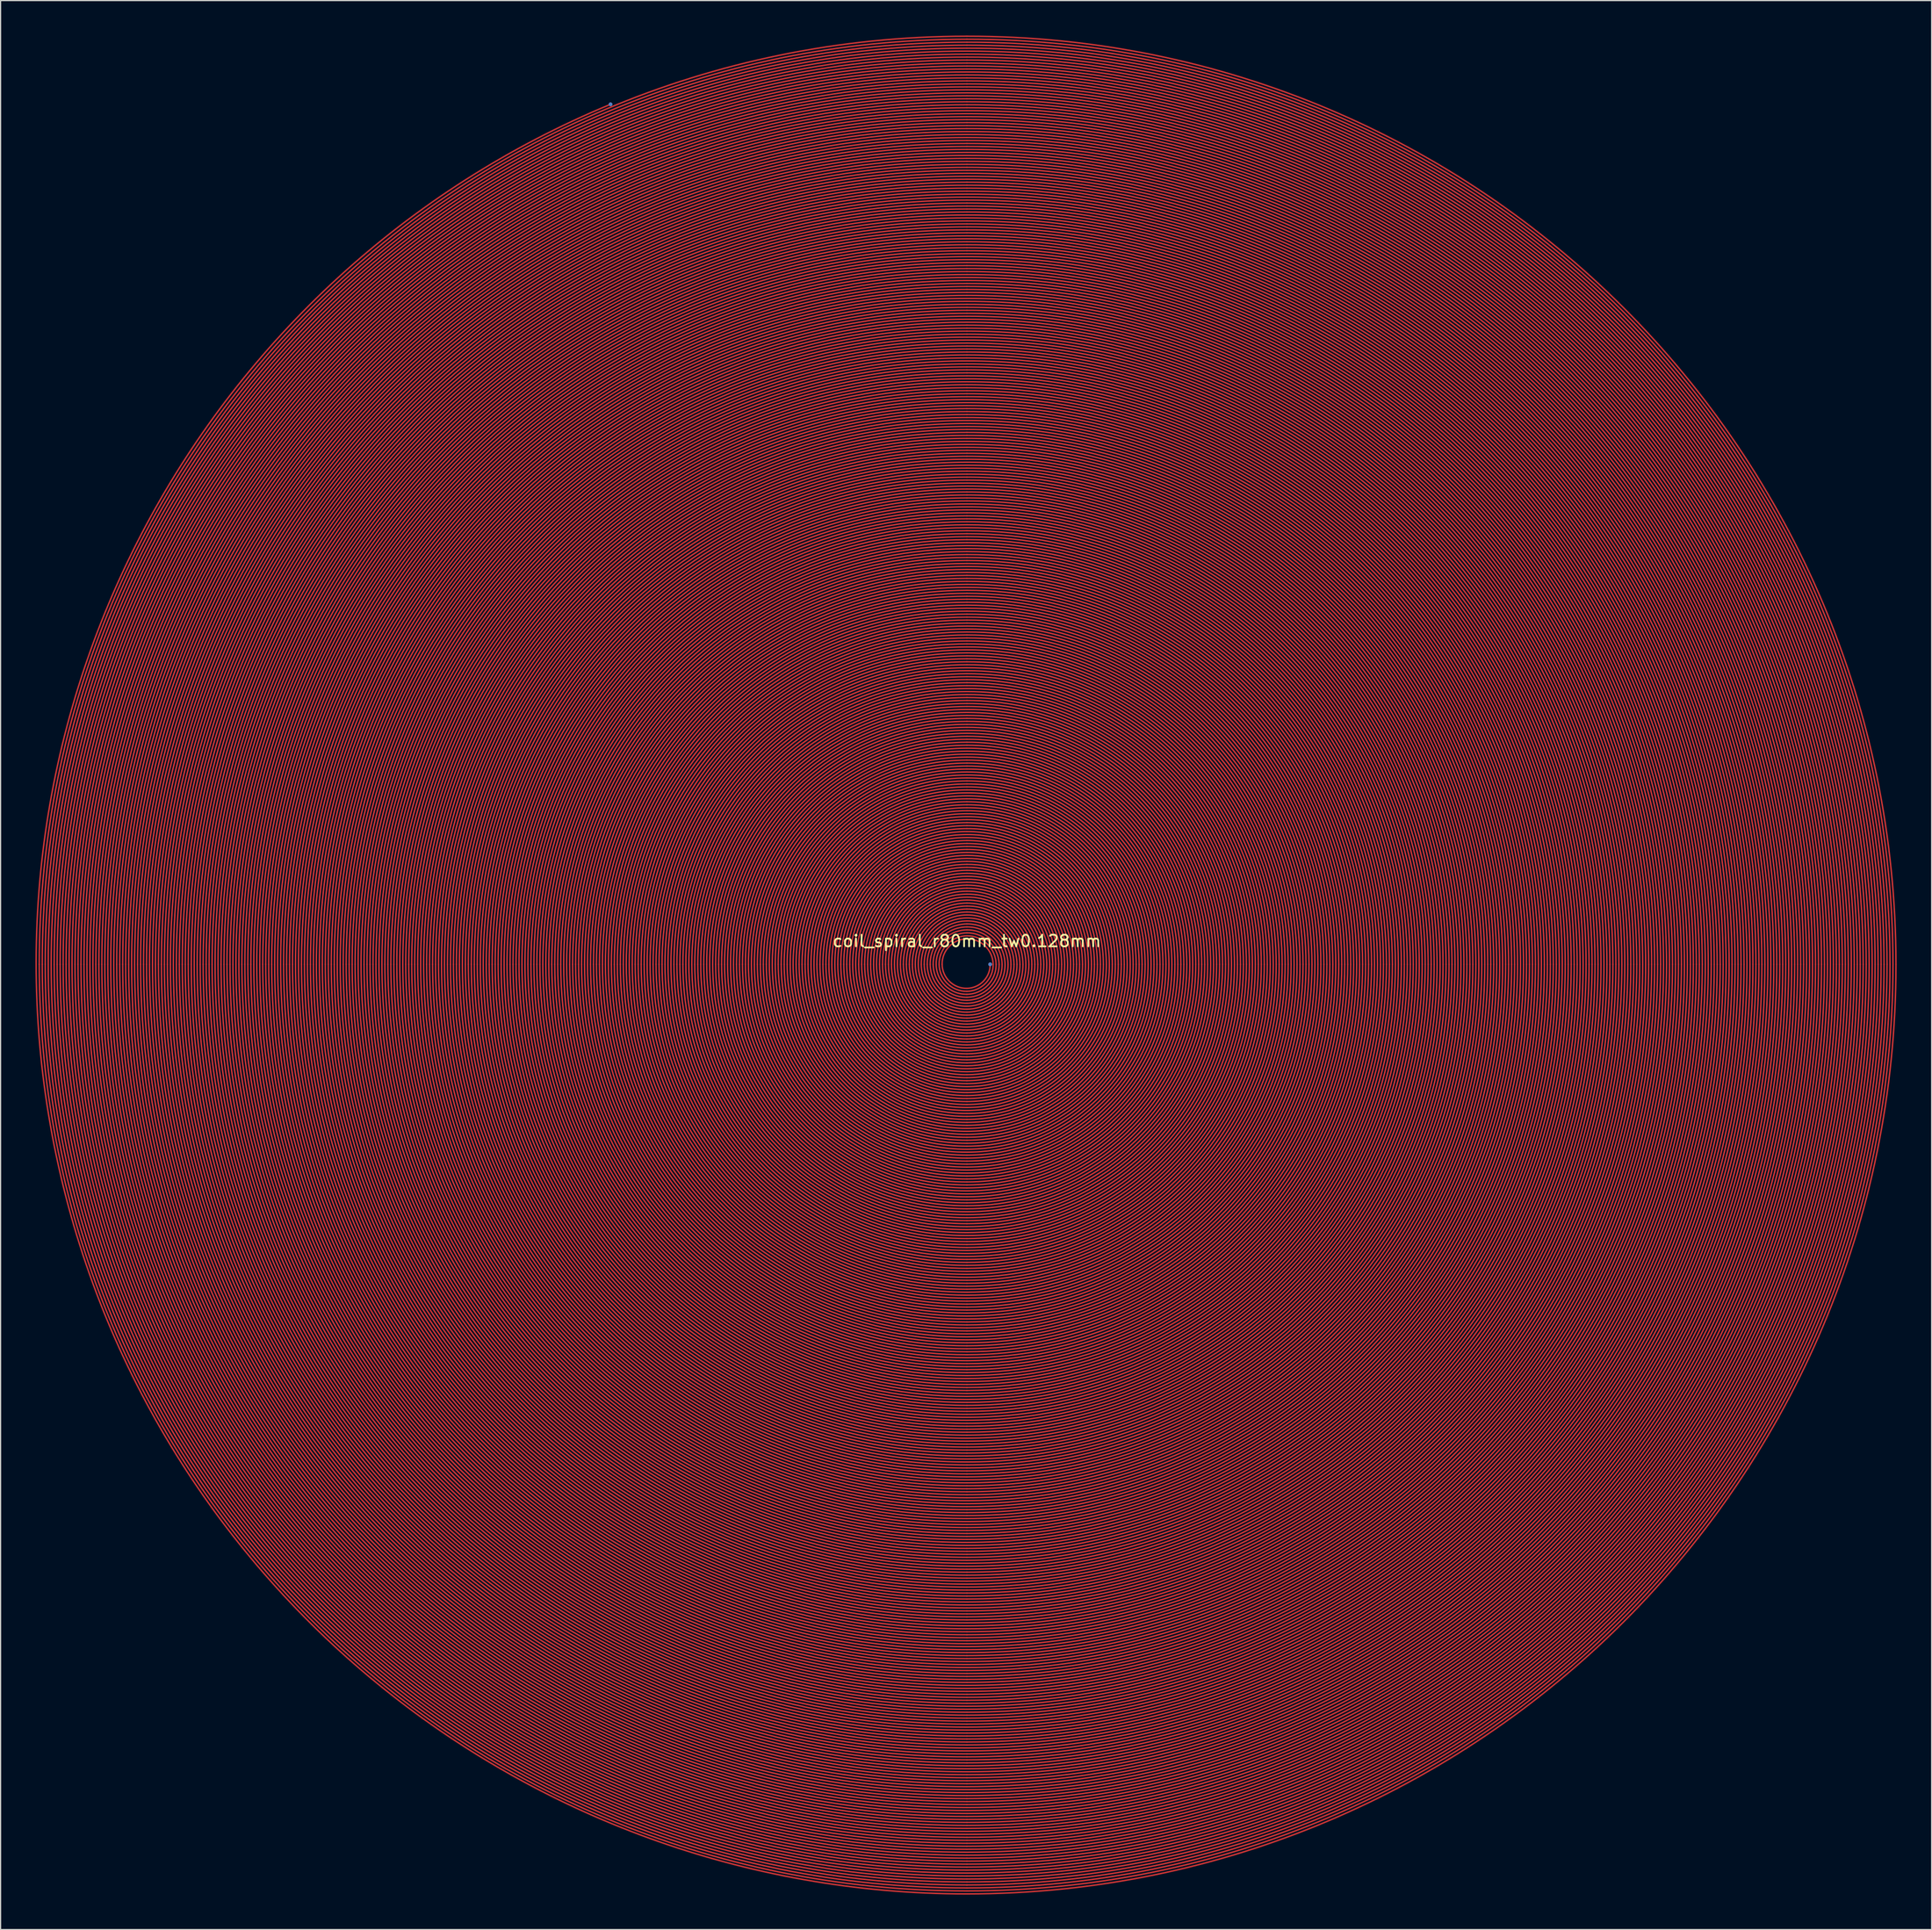
<source format=kicad_pcb>
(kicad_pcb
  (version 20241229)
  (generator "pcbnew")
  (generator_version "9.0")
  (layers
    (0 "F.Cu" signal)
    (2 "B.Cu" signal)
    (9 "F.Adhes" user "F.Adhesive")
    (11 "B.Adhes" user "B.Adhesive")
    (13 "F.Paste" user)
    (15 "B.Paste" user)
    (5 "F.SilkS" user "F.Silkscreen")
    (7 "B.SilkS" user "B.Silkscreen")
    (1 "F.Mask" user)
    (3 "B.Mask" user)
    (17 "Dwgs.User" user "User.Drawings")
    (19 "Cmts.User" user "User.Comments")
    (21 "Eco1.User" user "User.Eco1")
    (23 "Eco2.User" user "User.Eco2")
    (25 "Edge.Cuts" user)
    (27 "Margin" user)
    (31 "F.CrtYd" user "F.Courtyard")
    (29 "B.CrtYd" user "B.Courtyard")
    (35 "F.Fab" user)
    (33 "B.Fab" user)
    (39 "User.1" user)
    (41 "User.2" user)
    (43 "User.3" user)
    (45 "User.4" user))
  (footprint "coil_spiral_r80mm_tw0.128mm"
    (layer "F.Cu")
    (at 80.019 79.824)
    (property "Reference" "coil_spiral_r80mm_tw0.128mm" (at 0 -2 0) (layer "F.SilkS") (effects (font (size 1 1) (thickness 0.15))))
    (attr through_hole)
    (fp_arc (start -79.696 0) (mid -56.366841 -56.385586) (end 0 -79.759999) (stroke (width 0.128) (type solid)) (layer "F.Cu"))
    (fp_arc (start -79.44 0) (mid -56.185823 -56.204567) (end -0.000001 -79.504) (stroke (width 0.128) (type solid)) (layer "F.Cu"))
    (fp_arc (start -79.184 0) (mid -56.004803 -56.023548) (end 0 -79.248) (stroke (width 0.128) (type solid)) (layer "F.Cu"))
    (fp_arc (start -78.928 0) (mid -55.823784 -55.842529) (end 0 -78.992) (stroke (width 0.128) (type solid)) (layer "F.Cu"))
    (fp_arc (start -78.672 0) (mid -55.642764 -55.661509) (end 0 -78.736) (stroke (width 0.128) (type solid)) (layer "F.Cu"))
    (fp_arc (start -78.416 0) (mid -55.461745 -55.48049) (end -0.000001 -78.48) (stroke (width 0.128) (type solid)) (layer "F.Cu"))
    (fp_arc (start -78.16 0) (mid -55.280726 -55.29947) (end -0.000001 -78.224) (stroke (width 0.128) (type solid)) (layer "F.Cu"))
    (fp_arc (start -77.904 0) (mid -55.099707 -55.118451) (end -0.000001 -77.968) (stroke (width 0.128) (type solid)) (layer "F.Cu"))
    (fp_arc (start -77.648 0) (mid -54.918687 -54.937432) (end -0.000001 -77.712) (stroke (width 0.128) (type solid)) (layer "F.Cu"))
    (fp_arc (start -77.392 0) (mid -54.737668 -54.756413) (end 0 -77.456) (stroke (width 0.128) (type solid)) (layer "F.Cu"))
    (fp_arc (start -77.136 0) (mid -54.556648 -54.575393) (end 0 -77.2) (stroke (width 0.128) (type solid)) (layer "F.Cu"))
    (fp_arc (start -76.88 0) (mid -54.375629 -54.394374) (end 0 -76.944) (stroke (width 0.128) (type solid)) (layer "F.Cu"))
    (fp_arc (start -76.624 0) (mid -54.19461 -54.213355) (end 0 -76.688) (stroke (width 0.128) (type solid)) (layer "F.Cu"))
    (fp_arc (start -76.368 0) (mid -54.01359 -54.032335) (end 0 -76.432) (stroke (width 0.128) (type solid)) (layer "F.Cu"))
    (fp_arc (start -76.112 0) (mid -53.832571 -53.851316) (end 0 -76.176) (stroke (width 0.128) (type solid)) (layer "F.Cu"))
    (fp_arc (start -75.856 0) (mid -53.651551 -53.670297) (end 0.000001 -75.92) (stroke (width 0.128) (type solid)) (layer "F.Cu"))
    (fp_arc (start -75.6 0) (mid -53.470532 -53.489278) (end 0.000001 -75.664) (stroke (width 0.128) (type solid)) (layer "F.Cu"))
    (fp_arc (start -75.344 0) (mid -53.289512 -53.308258) (end 0.000001 -75.408) (stroke (width 0.128) (type solid)) (layer "F.Cu"))
    (fp_arc (start -75.088 0) (mid -53.108493 -53.127239) (end 0.000001 -75.152) (stroke (width 0.128) (type solid)) (layer "F.Cu"))
    (fp_arc (start -74.832 0) (mid -52.927475 -52.946219) (end -0.000001 -74.896) (stroke (width 0.128) (type solid)) (layer "F.Cu"))
    (fp_arc (start -74.576 0) (mid -52.746455 -52.7652) (end -0.000001 -74.64) (stroke (width 0.128) (type solid)) (layer "F.Cu"))
    (fp_arc (start -74.32 0) (mid -52.565436 -52.584181) (end 0 -74.384) (stroke (width 0.128) (type solid)) (layer "F.Cu"))
    (fp_arc (start -74.064 0) (mid -52.384416 -52.403162) (end 0 -74.128) (stroke (width 0.128) (type solid)) (layer "F.Cu"))
    (fp_arc (start -73.808 0) (mid -52.203397 -52.222142) (end 0 -73.872) (stroke (width 0.128) (type solid)) (layer "F.Cu"))
    (fp_arc (start -73.552 0) (mid -52.022378 -52.041123) (end -0.000001 -73.616) (stroke (width 0.128) (type solid)) (layer "F.Cu"))
    (fp_arc (start -73.296 0) (mid -51.841359 -51.860103) (end -0.000001 -73.36) (stroke (width 0.128) (type solid)) (layer "F.Cu"))
    (fp_arc (start -73.04 0) (mid -51.660339 -51.679084) (end 0 -73.104) (stroke (width 0.128) (type solid)) (layer "F.Cu"))
    (fp_arc (start -72.784 0) (mid -51.47932 -51.498065) (end 0 -72.848) (stroke (width 0.128) (type solid)) (layer "F.Cu"))
    (fp_arc (start -72.528 0) (mid -51.2983 -51.317046) (end 0 -72.592) (stroke (width 0.128) (type solid)) (layer "F.Cu"))
    (fp_arc (start -72.272 0) (mid -51.117281 -51.136026) (end 0 -72.336) (stroke (width 0.128) (type solid)) (layer "F.Cu"))
    (fp_arc (start -72.016 0) (mid -50.936262 -50.955007) (end 0 -72.08) (stroke (width 0.128) (type solid)) (layer "F.Cu"))
    (fp_arc (start -71.76 0) (mid -50.755242 -50.773988) (end 0 -71.824) (stroke (width 0.128) (type solid)) (layer "F.Cu"))
    (fp_arc (start -71.504 0) (mid -50.574223 -50.592969) (end 0.000001 -71.568) (stroke (width 0.128) (type solid)) (layer "F.Cu"))
    (fp_arc (start -71.248 0) (mid -50.393203 -50.411949) (end 0.000001 -71.312) (stroke (width 0.128) (type solid)) (layer "F.Cu"))
    (fp_arc (start -70.992 0) (mid -50.212184 -50.23093) (end 0.000001 -71.056) (stroke (width 0.128) (type solid)) (layer "F.Cu"))
    (fp_arc (start -70.736 0) (mid -50.031165 -50.049911) (end 0.000001 -70.8) (stroke (width 0.128) (type solid)) (layer "F.Cu"))
    (fp_arc (start -70.48 0) (mid -49.850147 -49.868891) (end -0.000002 -70.544) (stroke (width 0.128) (type solid)) (layer "F.Cu"))
    (fp_arc (start -70.224 0) (mid -49.669127 -49.687872) (end 0 -70.288) (stroke (width 0.128) (type solid)) (layer "F.Cu"))
    (fp_arc (start -69.968 0) (mid -49.488108 -49.506852) (end -0.000001 -70.032) (stroke (width 0.128) (type solid)) (layer "F.Cu"))
    (fp_arc (start -69.712 0) (mid -49.307088 -49.325833) (end -0.000001 -69.776) (stroke (width 0.128) (type solid)) (layer "F.Cu"))
    (fp_arc (start -69.456 0) (mid -49.126069 -49.144814) (end -0.000001 -69.52) (stroke (width 0.128) (type solid)) (layer "F.Cu"))
    (fp_arc (start -69.2 0) (mid -48.945049 -48.963795) (end 0 -69.264) (stroke (width 0.128) (type solid)) (layer "F.Cu"))
    (fp_arc (start -68.944 0) (mid -48.76403 -48.782775) (end 0 -69.008) (stroke (width 0.128) (type solid)) (layer "F.Cu"))
    (fp_arc (start -68.688 0) (mid -48.583011 -48.601756) (end 0 -68.752) (stroke (width 0.128) (type solid)) (layer "F.Cu"))
    (fp_arc (start -68.432 0) (mid -48.401991 -48.420737) (end 0 -68.496) (stroke (width 0.128) (type solid)) (layer "F.Cu"))
    (fp_arc (start -68.176 0) (mid -48.220972 -48.239717) (end 0 -68.24) (stroke (width 0.128) (type solid)) (layer "F.Cu"))
    (fp_arc (start -67.92 0) (mid -48.039952 -48.058698) (end 0.000001 -67.984) (stroke (width 0.128) (type solid)) (layer "F.Cu"))
    (fp_arc (start -67.664 0) (mid -47.858933 -47.877679) (end 0.000001 -67.728) (stroke (width 0.128) (type solid)) (layer "F.Cu"))
    (fp_arc (start -67.408 0) (mid -47.677914 -47.696659) (end 0 -67.472) (stroke (width 0.128) (type solid)) (layer "F.Cu"))
    (fp_arc (start -67.152 0) (mid -47.496895 -47.51564) (end 0 -67.216) (stroke (width 0.128) (type solid)) (layer "F.Cu"))
    (fp_arc (start -66.896 0) (mid -47.315875 -47.334621) (end 0.000001 -66.96) (stroke (width 0.128) (type solid)) (layer "F.Cu"))
    (fp_arc (start -66.64 0) (mid -47.134857 -47.153601) (end -0.000001 -66.704) (stroke (width 0.128) (type solid)) (layer "F.Cu"))
    (fp_arc (start -66.384 0) (mid -46.953837 -46.972582) (end -0.000001 -66.448) (stroke (width 0.128) (type solid)) (layer "F.Cu"))
    (fp_arc (start -66.128 0) (mid -46.772818 -46.791562) (end -0.000001 -66.192) (stroke (width 0.128) (type solid)) (layer "F.Cu"))
    (fp_arc (start -65.872 0) (mid -46.591798 -46.610543) (end 0 -65.936) (stroke (width 0.128) (type solid)) (layer "F.Cu"))
    (fp_arc (start -65.616 0) (mid -46.410779 -46.429524) (end 0 -65.68) (stroke (width 0.128) (type solid)) (layer "F.Cu"))
    (fp_arc (start -65.36 0) (mid -46.22976 -46.248505) (end 0 -65.424) (stroke (width 0.128) (type solid)) (layer "F.Cu"))
    (fp_arc (start -65.104 0) (mid -46.04874 -46.067485) (end 0 -65.168) (stroke (width 0.128) (type solid)) (layer "F.Cu"))
    (fp_arc (start -64.848 0) (mid -45.867721 -45.886466) (end 0.000001 -64.912) (stroke (width 0.128) (type solid)) (layer "F.Cu"))
    (fp_arc (start -64.592 0) (mid -45.686702 -45.705447) (end 0 -64.656) (stroke (width 0.128) (type solid)) (layer "F.Cu"))
    (fp_arc (start -64.336 0) (mid -45.505682 -45.524427) (end 0 -64.4) (stroke (width 0.128) (type solid)) (layer "F.Cu"))
    (fp_arc (start -64.08 0) (mid -45.324663 -45.343408) (end 0 -64.144) (stroke (width 0.128) (type solid)) (layer "F.Cu"))
    (fp_arc (start -63.824 0) (mid -45.143643 -45.162389) (end 0.000001 -63.888) (stroke (width 0.128) (type solid)) (layer "F.Cu"))
    (fp_arc (start -63.568 0) (mid -44.962624 -44.98137) (end 0.000001 -63.632) (stroke (width 0.128) (type solid)) (layer "F.Cu"))
    (fp_arc (start -63.312 0) (mid -44.781606 -44.80035) (end -0.000001 -63.376) (stroke (width 0.128) (type solid)) (layer "F.Cu"))
    (fp_arc (start -63.056 0) (mid -44.600586 -44.619331) (end 0 -63.12) (stroke (width 0.128) (type solid)) (layer "F.Cu"))
    (fp_arc (start -62.8 0) (mid -44.419567 -44.438311) (end -0.000001 -62.864) (stroke (width 0.128) (type solid)) (layer "F.Cu"))
    (fp_arc (start -62.544 0) (mid -44.238548 -44.257292) (end -0.000001 -62.608) (stroke (width 0.128) (type solid)) (layer "F.Cu"))
    (fp_arc (start -62.288 0) (mid -44.057528 -44.076273) (end -0.000001 -62.352) (stroke (width 0.128) (type solid)) (layer "F.Cu"))
    (fp_arc (start -62.032 0) (mid -43.876509 -43.895254) (end 0 -62.096) (stroke (width 0.128) (type solid)) (layer "F.Cu"))
    (fp_arc (start -61.776 0) (mid -43.695489 -43.714234) (end 0 -61.84) (stroke (width 0.128) (type solid)) (layer "F.Cu"))
    (fp_arc (start -61.52 0) (mid -43.51447 -43.533215) (end 0 -61.584) (stroke (width 0.128) (type solid)) (layer "F.Cu"))
    (fp_arc (start -61.264 0) (mid -43.33345 -43.352196) (end 0.000001 -61.328) (stroke (width 0.128) (type solid)) (layer "F.Cu"))
    (fp_arc (start -61.008 0) (mid -43.152431 -43.171176) (end 0 -61.072) (stroke (width 0.128) (type solid)) (layer "F.Cu"))
    (fp_arc (start -60.752 0) (mid -42.971412 -42.990157) (end 0 -60.816) (stroke (width 0.128) (type solid)) (layer "F.Cu"))
    (fp_arc (start -60.496 0) (mid -42.790392 -42.809138) (end 0.000001 -60.56) (stroke (width 0.128) (type solid)) (layer "F.Cu"))
    (fp_arc (start -60.24 0) (mid -42.609373 -42.628118) (end 0 -60.303999) (stroke (width 0.128) (type solid)) (layer "F.Cu"))
    (fp_arc (start -59.984 0) (mid -42.428355 -42.447099) (end -0.000001 -60.048) (stroke (width 0.128) (type solid)) (layer "F.Cu"))
    (fp_arc (start -59.728 0) (mid -42.247335 -42.26608) (end 0 -59.792) (stroke (width 0.128) (type solid)) (layer "F.Cu"))
    (fp_arc (start -59.472 0) (mid -42.066315 -42.085061) (end 0 -59.536) (stroke (width 0.128) (type solid)) (layer "F.Cu"))
    (fp_arc (start -59.216 0) (mid -41.885297 -41.904041) (end -0.000001 -59.28) (stroke (width 0.128) (type solid)) (layer "F.Cu"))
    (fp_arc (start -58.96 0) (mid -41.704277 -41.723022) (end 0 -59.024) (stroke (width 0.128) (type solid)) (layer "F.Cu"))
    (fp_arc (start -58.704 0) (mid -41.523257 -41.542003) (end 0 -58.768) (stroke (width 0.128) (type solid)) (layer "F.Cu"))
    (fp_arc (start -58.448 0) (mid -41.342238 -41.360983) (end 0 -58.512) (stroke (width 0.128) (type solid)) (layer "F.Cu"))
    (fp_arc (start -58.192 0) (mid -41.161218 -41.179964) (end 0.000001 -58.256) (stroke (width 0.128) (type solid)) (layer "F.Cu"))
    (fp_arc (start -57.936 0) (mid -40.980199 -40.998945) (end 0 -58) (stroke (width 0.128) (type solid)) (layer "F.Cu"))
    (fp_arc (start -57.68 0) (mid -40.79918 -40.817926) (end 0.000001 -57.744) (stroke (width 0.128) (type solid)) (layer "F.Cu"))
    (fp_arc (start -57.424 0) (mid -40.618161 -40.636906) (end -0.000001 -57.488) (stroke (width 0.128) (type solid)) (layer "F.Cu"))
    (fp_arc (start -57.168 0) (mid -40.437142 -40.455887) (end -0.000001 -57.232) (stroke (width 0.128) (type solid)) (layer "F.Cu"))
    (fp_arc (start -56.912 0) (mid -40.256122 -40.274868) (end 0 -56.976) (stroke (width 0.128) (type solid)) (layer "F.Cu"))
    (fp_arc (start -56.656 0) (mid -40.075103 -40.093848) (end 0 -56.72) (stroke (width 0.128) (type solid)) (layer "F.Cu"))
    (fp_arc (start -56.4 0) (mid -39.894084 -39.912829) (end -0.000001 -56.464) (stroke (width 0.128) (type solid)) (layer "F.Cu"))
    (fp_arc (start -56.144 0) (mid -39.713064 -39.73181) (end 0 -56.208) (stroke (width 0.128) (type solid)) (layer "F.Cu"))
    (fp_arc (start -55.888 0) (mid -39.532045 -39.55079) (end 0 -55.952) (stroke (width 0.128) (type solid)) (layer "F.Cu"))
    (fp_arc (start -55.632 0) (mid -39.351025 -39.369771) (end 0.000001 -55.696) (stroke (width 0.128) (type solid)) (layer "F.Cu"))
    (fp_arc (start -55.376 0) (mid -39.170006 -39.188752) (end 0 -55.44) (stroke (width 0.128) (type solid)) (layer "F.Cu"))
    (fp_arc (start -55.12 0) (mid -38.988987 -39.007733) (end 0.000001 -55.184) (stroke (width 0.128) (type solid)) (layer "F.Cu"))
    (fp_arc (start -54.864 0) (mid -38.807968 -38.826713) (end -0.000001 -54.928) (stroke (width 0.128) (type solid)) (layer "F.Cu"))
    (fp_arc (start -54.608 0) (mid -38.626949 -38.645693) (end -0.000001 -54.672) (stroke (width 0.128) (type solid)) (layer "F.Cu"))
    (fp_arc (start -54.352 0) (mid -38.445929 -38.464675) (end 0 -54.416) (stroke (width 0.128) (type solid)) (layer "F.Cu"))
    (fp_arc (start -54.096 0) (mid -38.26491 -38.283655) (end -0.000001 -54.16) (stroke (width 0.128) (type solid)) (layer "F.Cu"))
    (fp_arc (start -53.84 0) (mid -38.083891 -38.102636) (end 0 -53.904) (stroke (width 0.128) (type solid)) (layer "F.Cu"))
    (fp_arc (start -53.584 0) (mid -37.902871 -37.921617) (end 0 -53.648) (stroke (width 0.128) (type solid)) (layer "F.Cu"))
    (fp_arc (start -53.328 0) (mid -37.721852 -37.740598) (end 0.000001 -53.392) (stroke (width 0.128) (type solid)) (layer "F.Cu"))
    (fp_arc (start -53.072 0) (mid -37.540833 -37.559578) (end 0 -53.136) (stroke (width 0.128) (type solid)) (layer "F.Cu"))
    (fp_arc (start -52.816 0) (mid -37.359813 -37.378559) (end 0.000001 -52.88) (stroke (width 0.128) (type solid)) (layer "F.Cu"))
    (fp_arc (start -52.56 0) (mid -37.178794 -37.197539) (end 0 -52.623999) (stroke (width 0.128) (type solid)) (layer "F.Cu"))
    (fp_arc (start -52.304 0) (mid -36.997775 -37.01652) (end -0.000001 -52.368) (stroke (width 0.128) (type solid)) (layer "F.Cu"))
    (fp_arc (start -52.048 0) (mid -36.816756 -36.8355) (end -0.000001 -52.112) (stroke (width 0.128) (type solid)) (layer "F.Cu"))
    (fp_arc (start -51.792 0) (mid -36.635736 -36.654481) (end 0 -51.856) (stroke (width 0.128) (type solid)) (layer "F.Cu"))
    (fp_arc (start -51.536 0) (mid -36.454717 -36.473462) (end 0 -51.6) (stroke (width 0.128) (type solid)) (layer "F.Cu"))
    (fp_arc (start -51.28 0) (mid -36.273698 -36.292443) (end 0 -51.344) (stroke (width 0.128) (type solid)) (layer "F.Cu"))
    (fp_arc (start -51.024 0) (mid -36.092678 -36.111423) (end 0 -51.088) (stroke (width 0.128) (type solid)) (layer "F.Cu"))
    (fp_arc (start -50.768 0) (mid -35.911659 -35.930404) (end 0.000001 -50.832) (stroke (width 0.128) (type solid)) (layer "F.Cu"))
    (fp_arc (start -50.512 0) (mid -35.730639 -35.749385) (end 0.000001 -50.576) (stroke (width 0.128) (type solid)) (layer "F.Cu"))
    (fp_arc (start -50.256 0) (mid -35.549621 -35.568365) (end -0.000001 -50.32) (stroke (width 0.128) (type solid)) (layer "F.Cu"))
    (fp_arc (start -50 0) (mid -35.368601 -35.387346) (end 0 -50.064) (stroke (width 0.128) (type solid)) (layer "F.Cu"))
    (fp_arc (start -49.744 0) (mid -35.187582 -35.206327) (end 0 -49.808) (stroke (width 0.128) (type solid)) (layer "F.Cu"))
    (fp_arc (start -49.488 0) (mid -35.006563 -35.025308) (end 0 -49.552) (stroke (width 0.128) (type solid)) (layer "F.Cu"))
    (fp_arc (start -49.232 0) (mid -34.825543 -34.844288) (end 0 -49.296) (stroke (width 0.128) (type solid)) (layer "F.Cu"))
    (fp_arc (start -48.976 0) (mid -34.644524 -34.663269) (end 0 -49.04) (stroke (width 0.128) (type solid)) (layer "F.Cu"))
    (fp_arc (start -48.72 0) (mid -34.463504 -34.48225) (end 0.000001 -48.784) (stroke (width 0.128) (type solid)) (layer "F.Cu"))
    (fp_arc (start -48.464 0) (mid -34.282485 -34.30123) (end 0 -48.527999) (stroke (width 0.128) (type solid)) (layer "F.Cu"))
    (fp_arc (start -48.208 0) (mid -34.101467 -34.120211) (end -0.000001 -48.272) (stroke (width 0.128) (type solid)) (layer "F.Cu"))
    (fp_arc (start -47.952 0) (mid -33.920447 -33.939192) (end 0 -48.016) (stroke (width 0.128) (type solid)) (layer "F.Cu"))
    (fp_arc (start -47.696 0) (mid -33.739427 -33.758173) (end 0 -47.76) (stroke (width 0.128) (type solid)) (layer "F.Cu"))
    (fp_arc (start -47.44 0) (mid -33.558408 -33.577153) (end 0 -47.504) (stroke (width 0.128) (type solid)) (layer "F.Cu"))
    (fp_arc (start -47.184 0) (mid -33.377388 -33.396134) (end 0.000001 -47.248) (stroke (width 0.128) (type solid)) (layer "F.Cu"))
    (fp_arc (start -46.928 0) (mid -33.196369 -33.215115) (end 0 -46.992) (stroke (width 0.128) (type solid)) (layer "F.Cu"))
    (fp_arc (start -46.672 0) (mid -33.01535 -33.034096) (end 0.000001 -46.736) (stroke (width 0.128) (type solid)) (layer "F.Cu"))
    (fp_arc (start -46.416 0) (mid -32.834331 -32.853076) (end 0 -46.48) (stroke (width 0.128) (type solid)) (layer "F.Cu"))
    (fp_arc (start -46.16 0) (mid -32.653312 -32.672057) (end -0.000001 -46.224) (stroke (width 0.128) (type solid)) (layer "F.Cu"))
    (fp_arc (start -45.904 0) (mid -32.472292 -32.491038) (end 0 -45.968) (stroke (width 0.128) (type solid)) (layer "F.Cu"))
    (fp_arc (start -45.648 0) (mid -32.291273 -32.310018) (end 0 -45.712) (stroke (width 0.128) (type solid)) (layer "F.Cu"))
    (fp_arc (start -45.392 0) (mid -32.110253 -32.128999) (end 0.000001 -45.456) (stroke (width 0.128) (type solid)) (layer "F.Cu"))
    (fp_arc (start -45.136 0) (mid -31.929234 -31.94798) (end 0 -45.2) (stroke (width 0.128) (type solid)) (layer "F.Cu"))
    (fp_arc (start -44.88 0) (mid -31.748216 -31.76696) (end -0.000001 -44.944) (stroke (width 0.128) (type solid)) (layer "F.Cu"))
    (fp_arc (start -44.624 0) (mid -31.567196 -31.585941) (end -0.000001 -44.688) (stroke (width 0.128) (type solid)) (layer "F.Cu"))
    (fp_arc (start -44.368 0) (mid -31.386177 -31.404922) (end 0 -44.432) (stroke (width 0.128) (type solid)) (layer "F.Cu"))
    (fp_arc (start -44.112 0) (mid -31.205157 -31.223903) (end 0 -44.176) (stroke (width 0.128) (type solid)) (layer "F.Cu"))
    (fp_arc (start -43.856 0) (mid -31.024138 -31.042884) (end 0.000001 -43.92) (stroke (width 0.128) (type solid)) (layer "F.Cu"))
    (fp_arc (start -43.6 0) (mid -30.843119 -30.861864) (end 0 -43.664) (stroke (width 0.128) (type solid)) (layer "F.Cu"))
    (fp_arc (start -43.344 0) (mid -30.662099 -30.680844) (end 0 -43.407999) (stroke (width 0.128) (type solid)) (layer "F.Cu"))
    (fp_arc (start -43.088 0) (mid -30.481081 -30.499825) (end -0.000001 -43.152) (stroke (width 0.128) (type solid)) (layer "F.Cu"))
    (fp_arc (start -42.832 0) (mid -30.300061 -30.318806) (end 0 -42.896) (stroke (width 0.128) (type solid)) (layer "F.Cu"))
    (fp_arc (start -42.576 0) (mid -30.119042 -30.137787) (end 0 -42.64) (stroke (width 0.128) (type solid)) (layer "F.Cu"))
    (fp_arc (start -42.32 0) (mid -29.938022 -29.956767) (end 0 -42.384) (stroke (width 0.128) (type solid)) (layer "F.Cu"))
    (fp_arc (start -42.064 0) (mid -29.757003 -29.775749) (end 0.000001 -42.128) (stroke (width 0.128) (type solid)) (layer "F.Cu"))
    (fp_arc (start -41.808 0) (mid -29.575984 -29.594729) (end -0.000001 -41.872) (stroke (width 0.128) (type solid)) (layer "F.Cu"))
    (fp_arc (start -41.552 0) (mid -29.394965 -29.41371) (end 0 -41.616) (stroke (width 0.128) (type solid)) (layer "F.Cu"))
    (fp_arc (start -41.296 0) (mid -29.213945 -29.23269) (end 0 -41.36) (stroke (width 0.128) (type solid)) (layer "F.Cu"))
    (fp_arc (start -41.04 0) (mid -29.032926 -29.051671) (end 0 -41.104) (stroke (width 0.128) (type solid)) (layer "F.Cu"))
    (fp_arc (start -40.784 0) (mid -28.851906 -28.870652) (end 0.000001 -40.848) (stroke (width 0.128) (type solid)) (layer "F.Cu"))
    (fp_arc (start -40.528 0) (mid -28.670887 -28.689633) (end 0.000001 -40.592) (stroke (width 0.128) (type solid)) (layer "F.Cu"))
    (fp_arc (start -40.272 0) (mid -28.489869 -28.508613) (end -0.000001 -40.336) (stroke (width 0.128) (type solid)) (layer "F.Cu"))
    (fp_arc (start -40.016 0) (mid -28.308849 -28.327594) (end 0 -40.08) (stroke (width 0.128) (type solid)) (layer "F.Cu"))
    (fp_arc (start -39.76 0) (mid -28.12783 -28.146575) (end 0 -39.824) (stroke (width 0.128) (type solid)) (layer "F.Cu"))
    (fp_arc (start -39.504 0) (mid -27.94681 -27.965556) (end 0.000001 -39.568) (stroke (width 0.128) (type solid)) (layer "F.Cu"))
    (fp_arc (start -39.248 0) (mid -27.765791 -27.784536) (end 0.000001 -39.312) (stroke (width 0.128) (type solid)) (layer "F.Cu"))
    (fp_arc (start -38.992 0) (mid -27.584772 -27.603517) (end -0.000001 -39.056) (stroke (width 0.128) (type solid)) (layer "F.Cu"))
    (fp_arc (start -38.736 0) (mid -27.403753 -27.422498) (end 0 -38.8) (stroke (width 0.128) (type solid)) (layer "F.Cu"))
    (fp_arc (start -38.48 0) (mid -27.222733 -27.241479) (end 0.000001 -38.544) (stroke (width 0.128) (type solid)) (layer "F.Cu"))
    (fp_arc (start -38.224 0) (mid -27.041713 -27.060459) (end 0.000001 -38.288) (stroke (width 0.128) (type solid)) (layer "F.Cu"))
    (fp_arc (start -37.968 0) (mid -26.860695 -26.87944) (end -0.000001 -38.032) (stroke (width 0.128) (type solid)) (layer "F.Cu"))
    (fp_arc (start -37.712 0) (mid -26.679676 -26.69842) (end -0.000001 -37.776) (stroke (width 0.128) (type solid)) (layer "F.Cu"))
    (fp_arc (start -37.456 0) (mid -26.498656 -26.517401) (end 0 -37.52) (stroke (width 0.128) (type solid)) (layer "F.Cu"))
    (fp_arc (start -37.2 0) (mid -26.317637 -26.336382) (end 0 -37.264) (stroke (width 0.128) (type solid)) (layer "F.Cu"))
    (fp_arc (start -36.944 0) (mid -26.136617 -26.155363) (end 0.000001 -37.008) (stroke (width 0.128) (type solid)) (layer "F.Cu"))
    (fp_arc (start -36.688 0) (mid -25.955599 -25.974343) (end -0.000001 -36.752) (stroke (width 0.128) (type solid)) (layer "F.Cu"))
    (fp_arc (start -36.432 0) (mid -25.774579 -25.793324) (end 0 -36.496) (stroke (width 0.128) (type solid)) (layer "F.Cu"))
    (fp_arc (start -36.176 0) (mid -25.59356 -25.612305) (end 0 -36.24) (stroke (width 0.128) (type solid)) (layer "F.Cu"))
    (fp_arc (start -35.92 0) (mid -25.41254 -25.431286) (end 0.000001 -35.984) (stroke (width 0.128) (type solid)) (layer "F.Cu"))
    (fp_arc (start -35.664 0) (mid -25.231522 -25.250266) (end -0.000001 -35.728) (stroke (width 0.128) (type solid)) (layer "F.Cu"))
    (fp_arc (start -35.408 0) (mid -25.050502 -25.069247) (end 0 -35.472) (stroke (width 0.128) (type solid)) (layer "F.Cu"))
    (fp_arc (start -35.152 0) (mid -24.869483 -24.888228) (end 0 -35.216) (stroke (width 0.128) (type solid)) (layer "F.Cu"))
    (fp_arc (start -34.896 0) (mid -24.688463 -24.707209) (end 0.000001 -34.96) (stroke (width 0.128) (type solid)) (layer "F.Cu"))
    (fp_arc (start -34.64 0) (mid -24.507445 -24.526189) (end -0.000001 -34.704) (stroke (width 0.128) (type solid)) (layer "F.Cu"))
    (fp_arc (start -34.384 0) (mid -24.326425 -24.34517) (end 0 -34.448) (stroke (width 0.128) (type solid)) (layer "F.Cu"))
    (fp_arc (start -34.128 0) (mid -24.145406 -24.164151) (end 0 -34.192) (stroke (width 0.128) (type solid)) (layer "F.Cu"))
    (fp_arc (start -33.872 0) (mid -23.964386 -23.983132) (end 0.000001 -33.936) (stroke (width 0.128) (type solid)) (layer "F.Cu"))
    (fp_arc (start -33.616 0) (mid -23.783368 -23.802112) (end -0.000001 -33.68) (stroke (width 0.128) (type solid)) (layer "F.Cu"))
    (fp_arc (start -33.36 0) (mid -23.602348 -23.621093) (end 0 -33.424) (stroke (width 0.128) (type solid)) (layer "F.Cu"))
    (fp_arc (start -33.104 0) (mid -23.421328 -23.440074) (end 0.000001 -33.168) (stroke (width 0.128) (type solid)) (layer "F.Cu"))
    (fp_arc (start -32.848 0) (mid -23.24031 -23.259054) (end -0.000001 -32.912) (stroke (width 0.128) (type solid)) (layer "F.Cu"))
    (fp_arc (start -32.592 0) (mid -23.05929 -23.078035) (end 0 -32.656) (stroke (width 0.128) (type solid)) (layer "F.Cu"))
    (fp_arc (start -32.336 0) (mid -22.878271 -22.897016) (end 0 -32.4) (stroke (width 0.128) (type solid)) (layer "F.Cu"))
    (fp_arc (start -32.08 0) (mid -22.697251 -22.715996) (end 0 -32.143999) (stroke (width 0.128) (type solid)) (layer "F.Cu"))
    (fp_arc (start -31.824 0) (mid -22.516232 -22.534978) (end 0 -31.888) (stroke (width 0.128) (type solid)) (layer "F.Cu"))
    (fp_arc (start -31.568 0) (mid -22.335213 -22.353958) (end 0 -31.632) (stroke (width 0.128) (type solid)) (layer "F.Cu"))
    (fp_arc (start -31.312 0) (mid -22.154193 -22.172939) (end 0.000001 -31.376) (stroke (width 0.128) (type solid)) (layer "F.Cu"))
    (fp_arc (start -31.056 0) (mid -21.973175 -21.99192) (end 0 -31.12) (stroke (width 0.128) (type solid)) (layer "F.Cu"))
    (fp_arc (start -30.8 0) (mid -21.792155 -21.810901) (end 0 -30.864) (stroke (width 0.128) (type solid)) (layer "F.Cu"))
    (fp_arc (start -30.544 0) (mid -21.611136 -21.629882) (end 0.000001 -30.608) (stroke (width 0.128) (type solid)) (layer "F.Cu"))
    (fp_arc (start -30.288 0) (mid -21.430117 -21.448862) (end -0.000001 -30.352) (stroke (width 0.128) (type solid)) (layer "F.Cu"))
    (fp_arc (start -30.032 0) (mid -21.249098 -21.267843) (end 0 -30.096) (stroke (width 0.128) (type solid)) (layer "F.Cu"))
    (fp_arc (start -29.776 0) (mid -21.068078 -21.086823) (end 0 -29.839999) (stroke (width 0.128) (type solid)) (layer "F.Cu"))
    (fp_arc (start -29.52 0) (mid -20.887059 -20.905805) (end 0 -29.584) (stroke (width 0.128) (type solid)) (layer "F.Cu"))
    (fp_arc (start -29.264 0) (mid -20.70604 -20.724785) (end 0 -29.328) (stroke (width 0.128) (type solid)) (layer "F.Cu"))
    (fp_arc (start -29.008 0) (mid -20.525021 -20.543766) (end -0.000001 -29.072) (stroke (width 0.128) (type solid)) (layer "F.Cu"))
    (fp_arc (start -28.752 0) (mid -20.344002 -20.362747) (end 0 -28.816) (stroke (width 0.128) (type solid)) (layer "F.Cu"))
    (fp_arc (start -28.496 0) (mid -20.162982 -20.181728) (end 0.000001 -28.56) (stroke (width 0.128) (type solid)) (layer "F.Cu"))
    (fp_arc (start -28.24 0) (mid -19.981964 -20.000708) (end -0.000001 -28.304) (stroke (width 0.128) (type solid)) (layer "F.Cu"))
    (fp_arc (start -27.984 0) (mid -19.800944 -19.819689) (end 0 -28.048) (stroke (width 0.128) (type solid)) (layer "F.Cu"))
    (fp_arc (start -27.728 0) (mid -19.619925 -19.638669) (end 0 -27.791999) (stroke (width 0.128) (type solid)) (layer "F.Cu"))
    (fp_arc (start -27.472 0) (mid -19.438906 -19.457651) (end 0 -27.536) (stroke (width 0.128) (type solid)) (layer "F.Cu"))
    (fp_arc (start -27.216 0) (mid -19.257886 -19.276632) (end 0.000001 -27.28) (stroke (width 0.128) (type solid)) (layer "F.Cu"))
    (fp_arc (start -26.96 0) (mid -19.076868 -19.095612) (end -0.000001 -27.024) (stroke (width 0.128) (type solid)) (layer "F.Cu"))
    (fp_arc (start -26.704 0) (mid -18.895848 -18.914593) (end 0 -26.768) (stroke (width 0.128) (type solid)) (layer "F.Cu"))
    (fp_arc (start -26.448 0) (mid -18.714829 -18.733574) (end -0.000001 -26.512) (stroke (width 0.128) (type solid)) (layer "F.Cu"))
    (fp_arc (start -26.192 0) (mid -18.533809 -18.552555) (end 0 -26.256) (stroke (width 0.128) (type solid)) (layer "F.Cu"))
    (fp_arc (start -25.936 0) (mid -18.352791 -18.371535) (end -0.000001 -26) (stroke (width 0.128) (type solid)) (layer "F.Cu"))
    (fp_arc (start -25.68 0) (mid -18.171771 -18.190516) (end 0 -25.744) (stroke (width 0.128) (type solid)) (layer "F.Cu"))
    (fp_arc (start -25.424 0) (mid -17.990752 -18.009497) (end 0 -25.487999) (stroke (width 0.128) (type solid)) (layer "F.Cu"))
    (fp_arc (start -25.168 0) (mid -17.809733 -17.828478) (end 0 -25.232) (stroke (width 0.128) (type solid)) (layer "F.Cu"))
    (fp_arc (start -24.912 0) (mid -17.628713 -17.647458) (end 0 -24.975999) (stroke (width 0.128) (type solid)) (layer "F.Cu"))
    (fp_arc (start -24.656 0) (mid -17.447694 -17.466439) (end 0 -24.72) (stroke (width 0.128) (type solid)) (layer "F.Cu"))
    (fp_arc (start -24.4 0) (mid -17.266676 -17.28542) (end -0.000001 -24.464) (stroke (width 0.128) (type solid)) (layer "F.Cu"))
    (fp_arc (start -24.144 0) (mid -17.085656 -17.104401) (end 0 -24.208) (stroke (width 0.128) (type solid)) (layer "F.Cu"))
    (fp_arc (start -23.888 0) (mid -16.904637 -16.923382) (end 0 -23.952) (stroke (width 0.128) (type solid)) (layer "F.Cu"))
    (fp_arc (start -23.632 0) (mid -16.723618 -16.742363) (end 0 -23.696) (stroke (width 0.128) (type solid)) (layer "F.Cu"))
    (fp_arc (start -23.376 0) (mid -16.542599 -16.561344) (end 0 -23.44) (stroke (width 0.128) (type solid)) (layer "F.Cu"))
    (fp_arc (start -23.12 0) (mid -16.361579 -16.380325) (end 0.000001 -23.184) (stroke (width 0.128) (type solid)) (layer "F.Cu"))
    (fp_arc (start -22.864 0) (mid -16.18056 -16.199305) (end 0 -22.928) (stroke (width 0.128) (type solid)) (layer "F.Cu"))
    (fp_arc (start -22.608 0) (mid -15.999541 -16.018286) (end -0.000001 -22.672) (stroke (width 0.128) (type solid)) (layer "F.Cu"))
    (fp_arc (start -22.352 0) (mid -15.818521 -15.837267) (end 0.000001 -22.416) (stroke (width 0.128) (type solid)) (layer "F.Cu"))
    (fp_arc (start -22.096 0) (mid -15.637503 -15.656248) (end 0 -22.16) (stroke (width 0.128) (type solid)) (layer "F.Cu"))
    (fp_arc (start -21.84 0) (mid -15.456483 -15.475228) (end 0 -21.903999) (stroke (width 0.128) (type solid)) (layer "F.Cu"))
    (fp_arc (start -21.584 0) (mid -15.275464 -15.29421) (end 0 -21.648) (stroke (width 0.128) (type solid)) (layer "F.Cu"))
    (fp_arc (start -21.328 0) (mid -15.094445 -15.11319) (end 0 -21.392) (stroke (width 0.128) (type solid)) (layer "F.Cu"))
    (fp_arc (start -21.072 0) (mid -14.913426 -14.932171) (end 0 -21.135999) (stroke (width 0.128) (type solid)) (layer "F.Cu"))
    (fp_arc (start -20.816 0) (mid -14.732407 -14.751152) (end 0.000001 -20.88) (stroke (width 0.128) (type solid)) (layer "F.Cu"))
    (fp_arc (start -20.56 0) (mid -14.551388 -14.570133) (end 0 -20.624) (stroke (width 0.128) (type solid)) (layer "F.Cu"))
    (fp_arc (start -20.304 0) (mid -14.370369 -14.389114) (end 0 -20.368) (stroke (width 0.128) (type solid)) (layer "F.Cu"))
    (fp_arc (start -20.048 0) (mid -14.189349 -14.208094) (end 0 -20.111999) (stroke (width 0.128) (type solid)) (layer "F.Cu"))
    (fp_arc (start -19.792 0) (mid -14.00833 -14.027076) (end 0.000001 -19.856) (stroke (width 0.128) (type solid)) (layer "F.Cu"))
    (fp_arc (start -19.536 0) (mid -13.827311 -13.846057) (end 0 -19.6) (stroke (width 0.128) (type solid)) (layer "F.Cu"))
    (fp_arc (start -19.28 0) (mid -13.646292 -13.665038) (end 0 -19.344) (stroke (width 0.128) (type solid)) (layer "F.Cu"))
    (fp_arc (start -19.024 0) (mid -13.465273 -13.484019) (end 0 -19.088) (stroke (width 0.128) (type solid)) (layer "F.Cu"))
    (fp_arc (start -18.768 0) (mid -13.284254 -13.302999) (end 0 -18.832) (stroke (width 0.128) (type solid)) (layer "F.Cu"))
    (fp_arc (start -18.512 0) (mid -13.103236 -13.12198) (end -0.000001 -18.576) (stroke (width 0.128) (type solid)) (layer "F.Cu"))
    (fp_arc (start -18.256 0) (mid -12.922216 -12.940961) (end 0 -18.319999) (stroke (width 0.128) (type solid)) (layer "F.Cu"))
    (fp_arc (start -18 0) (mid -12.741197 -12.759942) (end 0 -18.063999) (stroke (width 0.128) (type solid)) (layer "F.Cu"))
    (fp_arc (start -17.744 0) (mid -12.560178 -12.578923) (end 0 -17.807999) (stroke (width 0.128) (type solid)) (layer "F.Cu"))
    (fp_arc (start -17.488 0) (mid -12.379159 -12.397904) (end 0 -17.551999) (stroke (width 0.128) (type solid)) (layer "F.Cu"))
    (fp_arc (start -17.232 0) (mid -12.19814 -12.216885) (end 0 -17.295999) (stroke (width 0.128) (type solid)) (layer "F.Cu"))
    (fp_arc (start -16.976 0) (mid -12.017121 -12.035866) (end -0.000001 -17.04) (stroke (width 0.128) (type solid)) (layer "F.Cu"))
    (fp_arc (start -16.72 0) (mid -11.836102 -11.854847) (end 0 -16.784) (stroke (width 0.128) (type solid)) (layer "F.Cu"))
    (fp_arc (start -16.464 0) (mid -11.655083 -11.673828) (end 0 -16.528) (stroke (width 0.128) (type solid)) (layer "F.Cu"))
    (fp_arc (start -16.208 0) (mid -11.474064 -11.492809) (end 0 -16.272) (stroke (width 0.128) (type solid)) (layer "F.Cu"))
    (fp_arc (start -15.952 0) (mid -11.293045 -11.31179) (end 0.000001 -16.016) (stroke (width 0.128) (type solid)) (layer "F.Cu"))
    (fp_arc (start -15.696 0) (mid -11.112026 -11.130771) (end 0 -15.759999) (stroke (width 0.128) (type solid)) (layer "F.Cu"))
    (fp_arc (start -15.44 0) (mid -10.931007 -10.949752) (end 0 -15.504) (stroke (width 0.128) (type solid)) (layer "F.Cu"))
    (fp_arc (start -15.184 0) (mid -10.749988 -10.768734) (end 0.000001 -15.248) (stroke (width 0.128) (type solid)) (layer "F.Cu"))
    (fp_arc (start -14.928 0) (mid -10.568969 -10.587714) (end 0 -14.991999) (stroke (width 0.128) (type solid)) (layer "F.Cu"))
    (fp_arc (start -14.672 0) (mid -10.38795 -10.406695) (end 0 -14.736) (stroke (width 0.128) (type solid)) (layer "F.Cu"))
    (fp_arc (start -14.416 0) (mid -10.206931 -10.225676) (end 0 -14.479999) (stroke (width 0.128) (type solid)) (layer "F.Cu"))
    (fp_arc (start -14.16 0) (mid -10.025912 -10.044658) (end 0 -14.224) (stroke (width 0.128) (type solid)) (layer "F.Cu"))
    (fp_arc (start -13.904 0) (mid -9.844893 -9.863638) (end 0 -13.967999) (stroke (width 0.128) (type solid)) (layer "F.Cu"))
    (fp_arc (start -13.648 0) (mid -9.663875 -9.68262) (end 0 -13.711999) (stroke (width 0.128) (type solid)) (layer "F.Cu"))
    (fp_arc (start -13.392 0) (mid -9.482856 -9.501601) (end 0 -13.456) (stroke (width 0.128) (type solid)) (layer "F.Cu"))
    (fp_arc (start -13.136 0) (mid -9.301837 -9.320582) (end 0 -13.2) (stroke (width 0.128) (type solid)) (layer "F.Cu"))
    (fp_arc (start -12.88 0) (mid -9.120818 -9.139563) (end 0.000001 -12.943999) (stroke (width 0.128) (type solid)) (layer "F.Cu"))
    (fp_arc (start -12.624 0) (mid -8.939799 -8.958544) (end 0 -12.687999) (stroke (width 0.128) (type solid)) (layer "F.Cu"))
    (fp_arc (start -12.368 0) (mid -8.758781 -8.777525) (end 0 -12.432) (stroke (width 0.128) (type solid)) (layer "F.Cu"))
    (fp_arc (start -12.112 0) (mid -8.577763 -8.596507) (end -0.000001 -12.176001) (stroke (width 0.128) (type solid)) (layer "F.Cu"))
    (fp_arc (start -11.856 0) (mid -8.396743 -8.415489) (end 0 -11.920001) (stroke (width 0.128) (type solid)) (layer "F.Cu"))
    (fp_arc (start -11.6 0) (mid -8.215725 -8.23447) (end 0 -11.664) (stroke (width 0.128) (type solid)) (layer "F.Cu"))
    (fp_arc (start -11.344 0) (mid -8.034706 -8.053451) (end 0 -11.408) (stroke (width 0.128) (type solid)) (layer "F.Cu"))
    (fp_arc (start -11.088 0) (mid -7.853688 -7.872433) (end 0 -11.152001) (stroke (width 0.128) (type solid)) (layer "F.Cu"))
    (fp_arc (start -10.832 0) (mid -7.672668 -7.691414) (end 0.000001 -10.896) (stroke (width 0.128) (type solid)) (layer "F.Cu"))
    (fp_arc (start -10.576 0) (mid -7.49165 -7.510395) (end 0 -10.64) (stroke (width 0.128) (type solid)) (layer "F.Cu"))
    (fp_arc (start -10.32 0) (mid -7.310632 -7.329377) (end 0 -10.384) (stroke (width 0.128) (type solid)) (layer "F.Cu"))
    (fp_arc (start -10.064 0) (mid -7.129613 -7.148358) (end 0 -10.128) (stroke (width 0.128) (type solid)) (layer "F.Cu"))
    (fp_arc (start -9.808 0) (mid -6.948595 -6.96734) (end 0 -9.872) (stroke (width 0.128) (type solid)) (layer "F.Cu"))
    (fp_arc (start -9.552 0) (mid -6.767577 -6.786322) (end 0 -9.616001) (stroke (width 0.128) (type solid)) (layer "F.Cu"))
    (fp_arc (start -9.296 0) (mid -6.586558 -6.605303) (end 0 -9.36) (stroke (width 0.128) (type solid)) (layer "F.Cu"))
    (fp_arc (start -9.04 0) (mid -6.405541 -6.424285) (end -0.000001 -9.104) (stroke (width 0.128) (type solid)) (layer "F.Cu"))
    (fp_arc (start -8.784 0) (mid -6.224522 -6.243267) (end -0.000001 -8.848) (stroke (width 0.128) (type solid)) (layer "F.Cu"))
    (fp_arc (start -8.528 0) (mid -6.043504 -6.062249) (end 0 -8.592) (stroke (width 0.128) (type solid)) (layer "F.Cu"))
    (fp_arc (start -8.272 0) (mid -5.862485 -5.881231) (end 0.000001 -8.336) (stroke (width 0.128) (type solid)) (layer "F.Cu"))
    (fp_arc (start -8.016 0) (mid -5.681468 -5.700213) (end 0 -8.08) (stroke (width 0.128) (type solid)) (layer "F.Cu"))
    (fp_arc (start -7.76 0) (mid -5.50045 -5.519195) (end 0 -7.824) (stroke (width 0.128) (type solid)) (layer "F.Cu"))
    (fp_arc (start -7.504 0) (mid -5.319432 -5.338177) (end 0 -7.567999) (stroke (width 0.128) (type solid)) (layer "F.Cu"))
    (fp_arc (start -7.248 0) (mid -5.138415 -5.157159) (end 0 -7.311999) (stroke (width 0.128) (type solid)) (layer "F.Cu"))
    (fp_arc (start -6.992 0) (mid -4.957397 -4.976142) (end 0 -7.056) (stroke (width 0.128) (type solid)) (layer "F.Cu"))
    (fp_arc (start -6.736 0) (mid -4.77638 -4.795125) (end 0 -6.800001) (stroke (width 0.128) (type solid)) (layer "F.Cu"))
    (fp_arc (start -6.48 0) (mid -4.595363 -4.614107) (end 0 -6.544) (stroke (width 0.128) (type solid)) (layer "F.Cu"))
    (fp_arc (start -6.224 0) (mid -4.414346 -4.43309) (end -0.000001 -6.288) (stroke (width 0.128) (type solid)) (layer "F.Cu"))
    (fp_arc (start -5.968 0) (mid -4.233329 -4.252073) (end 0 -6.032) (stroke (width 0.128) (type solid)) (layer "F.Cu"))
    (fp_arc (start -5.712 0) (mid -4.052312 -4.071057) (end 0 -5.776) (stroke (width 0.128) (type solid)) (layer "F.Cu"))
    (fp_arc (start -5.456 0) (mid -3.871296 -3.89004) (end -0.000001 -5.52) (stroke (width 0.128) (type solid)) (layer "F.Cu"))
    (fp_arc (start -5.2 0) (mid -3.69028 -3.709024) (end -0.000001 -5.264) (stroke (width 0.128) (type solid)) (layer "F.Cu"))
    (fp_arc (start -4.944 0) (mid -3.509264 -3.528008) (end 0 -5.008) (stroke (width 0.128) (type solid)) (layer "F.Cu"))
    (fp_arc (start -4.688 0) (mid -3.328249 -3.346993) (end 0 -4.752) (stroke (width 0.128) (type solid)) (layer "F.Cu"))
    (fp_arc (start -4.432 0) (mid -3.147234 -3.165978) (end 0 -4.496) (stroke (width 0.128) (type solid)) (layer "F.Cu"))
    (fp_arc (start -4.176 0) (mid -2.966219 -2.984963) (end 0 -4.239999) (stroke (width 0.128) (type solid)) (layer "F.Cu"))
    (fp_arc (start -3.92 0) (mid -2.785206 -2.803949) (end 0 -3.984) (stroke (width 0.128) (type solid)) (layer "F.Cu"))
    (fp_arc (start -3.664 0) (mid -2.604192 -2.622936) (end 0.000001 -3.728) (stroke (width 0.128) (type solid)) (layer "F.Cu"))
    (fp_arc (start -3.408 0) (mid -2.423181 -2.441924) (end -0.000001 -3.472) (stroke (width 0.128) (type solid)) (layer "F.Cu"))
    (fp_arc (start -3.152 0) (mid -2.24217 -2.260913) (end 0 -3.216) (stroke (width 0.128) (type solid)) (layer "F.Cu"))
    (fp_arc (start -2.896 0) (mid -2.061161 -2.079903) (end 0 -2.959999) (stroke (width 0.128) (type solid)) (layer "F.Cu"))
    (fp_arc (start -2.64 0) (mid -1.880154 -1.898896) (end 0 -2.704) (stroke (width 0.128) (type solid)) (layer "F.Cu"))
    (fp_arc (start -2.384 0) (mid -1.699149 -1.717891) (end 0 -2.448001) (stroke (width 0.128) (type solid)) (layer "F.Cu"))
    (fp_arc (start -2.128 0) (mid -1.518148 -1.536889) (end 0.000001 -2.192) (stroke (width 0.128) (type solid)) (layer "F.Cu"))
    (fp_arc (start 0 -79.76) (mid 56.430842 -56.412096) (end 79.824 0.000001) (stroke (width 0.128) (type solid)) (layer "F.Cu"))
    (fp_arc (start 0 -79.504) (mid 56.249822 -56.231077) (end 79.568 -0.000001) (stroke (width 0.128) (type solid)) (layer "F.Cu"))
    (fp_arc (start 0 -79.248) (mid 56.068803 -56.050058) (end 79.312 0) (stroke (width 0.128) (type solid)) (layer "F.Cu"))
    (fp_arc (start 0 -78.992) (mid 55.887784 -55.869038) (end 79.056 0) (stroke (width 0.128) (type solid)) (layer "F.Cu"))
    (fp_arc (start 0 -78.736) (mid 55.706764 -55.688019) (end 78.8 0) (stroke (width 0.128) (type solid)) (layer "F.Cu"))
    (fp_arc (start 0 -78.48) (mid 55.525745 -55.507) (end 78.544 0) (stroke (width 0.128) (type solid)) (layer "F.Cu"))
    (fp_arc (start 0 -78.224) (mid 55.344725 -55.325981) (end 78.288 -0.000001) (stroke (width 0.128) (type solid)) (layer "F.Cu"))
    (fp_arc (start 0 -77.968) (mid 55.163706 -55.144961) (end 78.032 -0.000001) (stroke (width 0.128) (type solid)) (layer "F.Cu"))
    (fp_arc (start 0 -77.712) (mid 54.982687 -54.963942) (end 77.776 -0.000001) (stroke (width 0.128) (type solid)) (layer "F.Cu"))
    (fp_arc (start 0 -77.456) (mid 54.801668 -54.782922) (end 77.52 0) (stroke (width 0.128) (type solid)) (layer "F.Cu"))
    (fp_arc (start 0 -77.2) (mid 54.620648 -54.601903) (end 77.264 0) (stroke (width 0.128) (type solid)) (layer "F.Cu"))
    (fp_arc (start 0 -76.944) (mid 54.439629 -54.420884) (end 77.008 0) (stroke (width 0.128) (type solid)) (layer "F.Cu"))
    (fp_arc (start 0 -76.688) (mid 54.25861 -54.239864) (end 76.752 0) (stroke (width 0.128) (type solid)) (layer "F.Cu"))
    (fp_arc (start 0 -76.432) (mid 54.07759 -54.058845) (end 76.496 0) (stroke (width 0.128) (type solid)) (layer "F.Cu"))
    (fp_arc (start 0 -76.176) (mid 53.896571 -53.877826) (end 76.24 0) (stroke (width 0.128) (type solid)) (layer "F.Cu"))
    (fp_arc (start 0 -75.92) (mid 53.715552 -53.696806) (end 75.984 0.000001) (stroke (width 0.128) (type solid)) (layer "F.Cu"))
    (fp_arc (start 0 -75.664) (mid 53.534533 -53.515787) (end 75.728 0.000001) (stroke (width 0.128) (type solid)) (layer "F.Cu"))
    (fp_arc (start 0 -75.408) (mid 53.353513 -53.334767) (end 75.472 0.000001) (stroke (width 0.128) (type solid)) (layer "F.Cu"))
    (fp_arc (start 0 -75.152) (mid 53.172494 -53.153748) (end 75.216 0.000001) (stroke (width 0.128) (type solid)) (layer "F.Cu"))
    (fp_arc (start 0 -74.896) (mid 52.991474 -52.972729) (end 74.959999 0) (stroke (width 0.128) (type solid)) (layer "F.Cu"))
    (fp_arc (start 0 -74.64) (mid 52.810455 -52.79171) (end 74.704 -0.000001) (stroke (width 0.128) (type solid)) (layer "F.Cu"))
    (fp_arc (start 0 -74.384) (mid 52.629436 -52.610691) (end 74.448 0) (stroke (width 0.128) (type solid)) (layer "F.Cu"))
    (fp_arc (start 0 -74.128) (mid 52.448416 -52.429671) (end 74.192 0) (stroke (width 0.128) (type solid)) (layer "F.Cu"))
    (fp_arc (start 0 -73.872) (mid 52.267397 -52.248652) (end 73.936 0) (stroke (width 0.128) (type solid)) (layer "F.Cu"))
    (fp_arc (start 0 -73.616) (mid 52.086377 -52.067633) (end 73.68 -0.000001) (stroke (width 0.128) (type solid)) (layer "F.Cu"))
    (fp_arc (start 0 -73.36) (mid 51.905358 -51.886614) (end 73.424 -0.000001) (stroke (width 0.128) (type solid)) (layer "F.Cu"))
    (fp_arc (start 0 -73.104) (mid 51.724339 -51.705594) (end 73.168 -0.000001) (stroke (width 0.128) (type solid)) (layer "F.Cu"))
    (fp_arc (start 0 -72.848) (mid 51.54332 -51.524575) (end 72.912 0) (stroke (width 0.128) (type solid)) (layer "F.Cu"))
    (fp_arc (start 0 -72.592) (mid 51.3623 -51.343555) (end 72.656 0) (stroke (width 0.128) (type solid)) (layer "F.Cu"))
    (fp_arc (start 0 -72.336) (mid 51.181281 -51.162536) (end 72.4 0) (stroke (width 0.128) (type solid)) (layer "F.Cu"))
    (fp_arc (start 0 -72.08) (mid 51.000262 -50.981517) (end 72.144 0) (stroke (width 0.128) (type solid)) (layer "F.Cu"))
    (fp_arc (start 0 -71.824) (mid 50.819242 -50.800497) (end 71.888 0) (stroke (width 0.128) (type solid)) (layer "F.Cu"))
    (fp_arc (start 0 -71.568) (mid 50.638223 -50.619478) (end 71.632 0.000001) (stroke (width 0.128) (type solid)) (layer "F.Cu"))
    (fp_arc (start 0 -71.312) (mid 50.457204 -50.438458) (end 71.376 0.000001) (stroke (width 0.128) (type solid)) (layer "F.Cu"))
    (fp_arc (start 0 -71.056) (mid 50.276185 -50.257439) (end 71.12 0.000001) (stroke (width 0.128) (type solid)) (layer "F.Cu"))
    (fp_arc (start 0 -70.8) (mid 50.095165 -50.07642) (end 70.864 0.000001) (stroke (width 0.128) (type solid)) (layer "F.Cu"))
    (fp_arc (start 0 -70.544) (mid 49.914145 -49.895402) (end 70.608 -0.000002) (stroke (width 0.128) (type solid)) (layer "F.Cu"))
    (fp_arc (start 0 -70.288) (mid 49.733127 -49.714382) (end 70.352 0) (stroke (width 0.128) (type solid)) (layer "F.Cu"))
    (fp_arc (start 0 -70.032) (mid 49.552107 -49.533363) (end 70.096 -0.000001) (stroke (width 0.128) (type solid)) (layer "F.Cu"))
    (fp_arc (start 0 -69.776) (mid 49.371088 -49.352343) (end 69.84 -0.000001) (stroke (width 0.128) (type solid)) (layer "F.Cu"))
    (fp_arc (start 0 -69.52) (mid 49.190068 -49.171324) (end 69.584 -0.000001) (stroke (width 0.128) (type solid)) (layer "F.Cu"))
    (fp_arc (start 0 -69.264) (mid 49.009049 -48.990305) (end 69.328 -0.000001) (stroke (width 0.128) (type solid)) (layer "F.Cu"))
    (fp_arc (start 0 -69.008) (mid 48.82803 -48.809285) (end 69.072 0) (stroke (width 0.128) (type solid)) (layer "F.Cu"))
    (fp_arc (start 0 -68.752) (mid 48.647011 -48.628266) (end 68.816 0) (stroke (width 0.128) (type solid)) (layer "F.Cu"))
    (fp_arc (start 0 -68.496) (mid 48.465991 -48.447246) (end 68.56 0) (stroke (width 0.128) (type solid)) (layer "F.Cu"))
    (fp_arc (start 0 -68.24) (mid 48.284972 -48.266227) (end 68.304 0) (stroke (width 0.128) (type solid)) (layer "F.Cu"))
    (fp_arc (start 0 -67.984) (mid 48.103953 -48.085207) (end 68.048 0.000001) (stroke (width 0.128) (type solid)) (layer "F.Cu"))
    (fp_arc (start 0 -67.728) (mid 47.922934 -47.904188) (end 67.792 0.000001) (stroke (width 0.128) (type solid)) (layer "F.Cu"))
    (fp_arc (start 0 -67.472) (mid 47.741914 -47.723168) (end 67.536 0.000001) (stroke (width 0.128) (type solid)) (layer "F.Cu"))
    (fp_arc (start 0 -67.216) (mid 47.560895 -47.54215) (end 67.28 0) (stroke (width 0.128) (type solid)) (layer "F.Cu"))
    (fp_arc (start 0 -66.96) (mid 47.379876 -47.36113) (end 67.024 0.000001) (stroke (width 0.128) (type solid)) (layer "F.Cu"))
    (fp_arc (start 0 -66.704) (mid 47.198856 -47.180111) (end 66.768 -0.000001) (stroke (width 0.128) (type solid)) (layer "F.Cu"))
    (fp_arc (start 0 -66.448) (mid 47.017837 -46.999092) (end 66.512 -0.000001) (stroke (width 0.128) (type solid)) (layer "F.Cu"))
    (fp_arc (start 0 -66.192) (mid 46.836817 -46.818073) (end 66.256 -0.000001) (stroke (width 0.128) (type solid)) (layer "F.Cu"))
    (fp_arc (start 0 -65.936) (mid 46.655798 -46.637053) (end 66 0) (stroke (width 0.128) (type solid)) (layer "F.Cu"))
    (fp_arc (start 0 -65.68) (mid 46.474779 -46.456034) (end 65.744 0) (stroke (width 0.128) (type solid)) (layer "F.Cu"))
    (fp_arc (start 0 -65.424) (mid 46.29376 -46.275014) (end 65.488 0) (stroke (width 0.128) (type solid)) (layer "F.Cu"))
    (fp_arc (start 0 -65.168) (mid 46.11274 -46.093995) (end 65.232 0) (stroke (width 0.128) (type solid)) (layer "F.Cu"))
    (fp_arc (start 0 -64.912) (mid 45.931721 -45.912975) (end 64.976 0.000001) (stroke (width 0.128) (type solid)) (layer "F.Cu"))
    (fp_arc (start 0 -64.656) (mid 45.750702 -45.731956) (end 64.72 0) (stroke (width 0.128) (type solid)) (layer "F.Cu"))
    (fp_arc (start 0 -64.4) (mid 45.569682 -45.550937) (end 64.464 0) (stroke (width 0.128) (type solid)) (layer "F.Cu"))
    (fp_arc (start 0 -64.144) (mid 45.388663 -45.369918) (end 64.208 0) (stroke (width 0.128) (type solid)) (layer "F.Cu"))
    (fp_arc (start 0 -63.888) (mid 45.207644 -45.188898) (end 63.952 0.000001) (stroke (width 0.128) (type solid)) (layer "F.Cu"))
    (fp_arc (start 0 -63.632) (mid 45.026625 -45.007879) (end 63.696 0.000001) (stroke (width 0.128) (type solid)) (layer "F.Cu"))
    (fp_arc (start 0 -63.376) (mid 44.845605 -44.82686) (end 63.439999 0) (stroke (width 0.128) (type solid)) (layer "F.Cu"))
    (fp_arc (start 0 -63.12) (mid 44.664586 -44.645841) (end 63.184 0) (stroke (width 0.128) (type solid)) (layer "F.Cu"))
    (fp_arc (start 0 -62.864) (mid 44.483567 -44.464821) (end 62.928 0) (stroke (width 0.128) (type solid)) (layer "F.Cu"))
    (fp_arc (start 0 -62.608) (mid 44.302547 -44.283802) (end 62.672 -0.000001) (stroke (width 0.128) (type solid)) (layer "F.Cu"))
    (fp_arc (start 0 -62.352) (mid 44.121528 -44.102783) (end 62.416 -0.000001) (stroke (width 0.128) (type solid)) (layer "F.Cu"))
    (fp_arc (start 0 -62.096) (mid 43.940509 -43.921763) (end 62.16 0) (stroke (width 0.128) (type solid)) (layer "F.Cu"))
    (fp_arc (start 0 -61.84) (mid 43.759489 -43.740744) (end 61.904 0) (stroke (width 0.128) (type solid)) (layer "F.Cu"))
    (fp_arc (start 0 -61.584) (mid 43.57847 -43.559725) (end 61.648 0) (stroke (width 0.128) (type solid)) (layer "F.Cu"))
    (fp_arc (start 0 -61.328) (mid 43.397451 -43.378705) (end 61.392 0.000001) (stroke (width 0.128) (type solid)) (layer "F.Cu"))
    (fp_arc (start 0 -61.072) (mid 43.216432 -43.197686) (end 61.136 0.000001) (stroke (width 0.128) (type solid)) (layer "F.Cu"))
    (fp_arc (start 0 -60.816) (mid 43.035412 -43.016667) (end 60.88 0) (stroke (width 0.128) (type solid)) (layer "F.Cu"))
    (fp_arc (start 0 -60.56) (mid 42.854393 -42.835647) (end 60.624 0.000001) (stroke (width 0.128) (type solid)) (layer "F.Cu"))
    (fp_arc (start 0 -60.304) (mid 42.673374 -42.654628) (end 60.368 0.000001) (stroke (width 0.128) (type solid)) (layer "F.Cu"))
    (fp_arc (start 0 -60.048) (mid 42.492354 -42.473609) (end 60.112 -0.000001) (stroke (width 0.128) (type solid)) (layer "F.Cu"))
    (fp_arc (start 0 -59.792) (mid 42.311335 -42.29259) (end 59.856 0) (stroke (width 0.128) (type solid)) (layer "F.Cu"))
    (fp_arc (start 0 -59.536) (mid 42.130315 -42.11157) (end 59.6 0) (stroke (width 0.128) (type solid)) (layer "F.Cu"))
    (fp_arc (start 0 -59.28) (mid 41.949296 -41.930551) (end 59.344 -0.000001) (stroke (width 0.128) (type solid)) (layer "F.Cu"))
    (fp_arc (start 0 -59.024) (mid 41.768277 -41.749532) (end 59.088 0) (stroke (width 0.128) (type solid)) (layer "F.Cu"))
    (fp_arc (start 0 -58.768) (mid 41.587257 -41.568512) (end 58.832 0) (stroke (width 0.128) (type solid)) (layer "F.Cu"))
    (fp_arc (start 0 -58.512) (mid 41.406238 -41.387493) (end 58.576 0) (stroke (width 0.128) (type solid)) (layer "F.Cu"))
    (fp_arc (start 0 -58.256) (mid 41.225219 -41.206473) (end 58.32 0.000001) (stroke (width 0.128) (type solid)) (layer "F.Cu"))
    (fp_arc (start 0 -58) (mid 41.0442 -41.025454) (end 58.064 0.000001) (stroke (width 0.128) (type solid)) (layer "F.Cu"))
    (fp_arc (start 0 -57.744) (mid 40.86318 -40.844435) (end 57.808 0) (stroke (width 0.128) (type solid)) (layer "F.Cu"))
    (fp_arc (start 0 -57.488) (mid 40.68216 -40.663416) (end 57.551999 0) (stroke (width 0.128) (type solid)) (layer "F.Cu"))
    (fp_arc (start 0 -57.232) (mid 40.501141 -40.482397) (end 57.296 -0.000001) (stroke (width 0.128) (type solid)) (layer "F.Cu"))
    (fp_arc (start 0 -56.976) (mid 40.320122 -40.301377) (end 57.04 0) (stroke (width 0.128) (type solid)) (layer "F.Cu"))
    (fp_arc (start 0 -56.72) (mid 40.139103 -40.120358) (end 56.784 0) (stroke (width 0.128) (type solid)) (layer "F.Cu"))
    (fp_arc (start 0 -56.464) (mid 39.958083 -39.939339) (end 56.528 -0.000001) (stroke (width 0.128) (type solid)) (layer "F.Cu"))
    (fp_arc (start 0 -56.208) (mid 39.777064 -39.758319) (end 56.272 0) (stroke (width 0.128) (type solid)) (layer "F.Cu"))
    (fp_arc (start 0 -55.952) (mid 39.596045 -39.5773) (end 56.016 0) (stroke (width 0.128) (type solid)) (layer "F.Cu"))
    (fp_arc (start 0 -55.696) (mid 39.415026 -39.39628) (end 55.76 0.000001) (stroke (width 0.128) (type solid)) (layer "F.Cu"))
    (fp_arc (start 0 -55.44) (mid 39.234007 -39.215261) (end 55.504 0.000001) (stroke (width 0.128) (type solid)) (layer "F.Cu"))
    (fp_arc (start 0 -55.184) (mid 39.052987 -39.034242) (end 55.248 0) (stroke (width 0.128) (type solid)) (layer "F.Cu"))
    (fp_arc (start 0 -54.928) (mid 38.871967 -38.853223) (end 54.991999 0) (stroke (width 0.128) (type solid)) (layer "F.Cu"))
    (fp_arc (start 0 -54.672) (mid 38.690948 -38.672204) (end 54.736 -0.000001) (stroke (width 0.128) (type solid)) (layer "F.Cu"))
    (fp_arc (start 0 -54.416) (mid 38.509929 -38.491184) (end 54.48 0) (stroke (width 0.128) (type solid)) (layer "F.Cu"))
    (fp_arc (start 0 -54.16) (mid 38.32891 -38.310165) (end 54.224 -0.000001) (stroke (width 0.128) (type solid)) (layer "F.Cu"))
    (fp_arc (start 0 -53.904) (mid 38.147891 -38.129146) (end 53.968 0) (stroke (width 0.128) (type solid)) (layer "F.Cu"))
    (fp_arc (start 0 -53.648) (mid 37.966871 -37.948126) (end 53.712 0) (stroke (width 0.128) (type solid)) (layer "F.Cu"))
    (fp_arc (start 0 -53.392) (mid 37.785852 -37.767106) (end 53.456 0.000001) (stroke (width 0.128) (type solid)) (layer "F.Cu"))
    (fp_arc (start 0 -53.136) (mid 37.604833 -37.586088) (end 53.2 0) (stroke (width 0.128) (type solid)) (layer "F.Cu"))
    (fp_arc (start 0 -52.88) (mid 37.423814 -37.405068) (end 52.944 0.000001) (stroke (width 0.128) (type solid)) (layer "F.Cu"))
    (fp_arc (start 0 -52.624) (mid 37.242794 -37.224048) (end 52.688 0.000001) (stroke (width 0.128) (type solid)) (layer "F.Cu"))
    (fp_arc (start 0 -52.368) (mid 37.061775 -37.04303) (end 52.432 0) (stroke (width 0.128) (type solid)) (layer "F.Cu"))
    (fp_arc (start 0 -52.112) (mid 36.880755 -36.862011) (end 52.176 -0.000001) (stroke (width 0.128) (type solid)) (layer "F.Cu"))
    (fp_arc (start 0 -51.856) (mid 36.699736 -36.680991) (end 51.92 0) (stroke (width 0.128) (type solid)) (layer "F.Cu"))
    (fp_arc (start 0 -51.6) (mid 36.518717 -36.499972) (end 51.664 0) (stroke (width 0.128) (type solid)) (layer "F.Cu"))
    (fp_arc (start 0 -51.344) (mid 36.337698 -36.318952) (end 51.408 0) (stroke (width 0.128) (type solid)) (layer "F.Cu"))
    (fp_arc (start 0 -51.088) (mid 36.156678 -36.137933) (end 51.152 0) (stroke (width 0.128) (type solid)) (layer "F.Cu"))
    (fp_arc (start 0 -50.832) (mid 35.975659 -35.956913) (end 50.896 0.000001) (stroke (width 0.128) (type solid)) (layer "F.Cu"))
    (fp_arc (start 0 -50.576) (mid 35.79464 -35.775894) (end 50.64 0.000001) (stroke (width 0.128) (type solid)) (layer "F.Cu"))
    (fp_arc (start 0 -50.32) (mid 35.61362 -35.594876) (end 50.384 -0.000001) (stroke (width 0.128) (type solid)) (layer "F.Cu"))
    (fp_arc (start 0 -50.064) (mid 35.432601 -35.413856) (end 50.128 -0.000001) (stroke (width 0.128) (type solid)) (layer "F.Cu"))
    (fp_arc (start 0 -49.808) (mid 35.251582 -35.232837) (end 49.872 0) (stroke (width 0.128) (type solid)) (layer "F.Cu"))
    (fp_arc (start 0 -49.552) (mid 35.070563 -35.051817) (end 49.616 0) (stroke (width 0.128) (type solid)) (layer "F.Cu"))
    (fp_arc (start 0 -49.296) (mid 34.889543 -34.870798) (end 49.36 0) (stroke (width 0.128) (type solid)) (layer "F.Cu"))
    (fp_arc (start 0 -49.04) (mid 34.708524 -34.689778) (end 49.104 0.000001) (stroke (width 0.128) (type solid)) (layer "F.Cu"))
    (fp_arc (start 0 -48.784) (mid 34.527505 -34.508759) (end 48.848 0) (stroke (width 0.128) (type solid)) (layer "F.Cu"))
    (fp_arc (start 0 -48.528) (mid 34.346486 -34.32774) (end 48.592 0.000001) (stroke (width 0.128) (type solid)) (layer "F.Cu"))
    (fp_arc (start 0 -48.272) (mid 34.165466 -34.146721) (end 48.336 -0.000001) (stroke (width 0.128) (type solid)) (layer "F.Cu"))
    (fp_arc (start 0 -48.016) (mid 33.984446 -33.965702) (end 48.08 -0.000001) (stroke (width 0.128) (type solid)) (layer "F.Cu"))
    (fp_arc (start 0 -47.76) (mid 33.803427 -33.784682) (end 47.824 0) (stroke (width 0.128) (type solid)) (layer "F.Cu"))
    (fp_arc (start 0 -47.504) (mid 33.622408 -33.603663) (end 47.568 0) (stroke (width 0.128) (type solid)) (layer "F.Cu"))
    (fp_arc (start 0 -47.248) (mid 33.441389 -33.422644) (end 47.312 0) (stroke (width 0.128) (type solid)) (layer "F.Cu"))
    (fp_arc (start 0 -46.992) (mid 33.26037 -33.241624) (end 47.056 0.000001) (stroke (width 0.128) (type solid)) (layer "F.Cu"))
    (fp_arc (start 0 -46.736) (mid 33.079351 -33.060605) (end 46.8 0.000001) (stroke (width 0.128) (type solid)) (layer "F.Cu"))
    (fp_arc (start 0 -46.48) (mid 32.898331 -32.879586) (end 46.544 -0.000001) (stroke (width 0.128) (type solid)) (layer "F.Cu"))
    (fp_arc (start 0 -46.224) (mid 32.717311 -32.698567) (end 46.288 -0.000001) (stroke (width 0.128) (type solid)) (layer "F.Cu"))
    (fp_arc (start 0 -45.968) (mid 32.536292 -32.517547) (end 46.032 0) (stroke (width 0.128) (type solid)) (layer "F.Cu"))
    (fp_arc (start 0 -45.712) (mid 32.355273 -32.336528) (end 45.776 0) (stroke (width 0.128) (type solid)) (layer "F.Cu"))
    (fp_arc (start 0 -45.456) (mid 32.174254 -32.155509) (end 45.52 0) (stroke (width 0.128) (type solid)) (layer "F.Cu"))
    (fp_arc (start 0 -45.2) (mid 31.993234 -31.974489) (end 45.264 0) (stroke (width 0.128) (type solid)) (layer "F.Cu"))
    (fp_arc (start 0 -44.944) (mid 31.812215 -31.79347) (end 45.007999 0) (stroke (width 0.128) (type solid)) (layer "F.Cu"))
    (fp_arc (start 0 -44.688) (mid 31.631196 -31.612451) (end 44.752 -0.000001) (stroke (width 0.128) (type solid)) (layer "F.Cu"))
    (fp_arc (start 0 -44.432) (mid 31.450177 -31.431432) (end 44.496 0) (stroke (width 0.128) (type solid)) (layer "F.Cu"))
    (fp_arc (start 0 -44.176) (mid 31.269157 -31.250412) (end 44.24 0) (stroke (width 0.128) (type solid)) (layer "F.Cu"))
    (fp_arc (start 0 -43.92) (mid 31.088138 -31.069393) (end 43.984 0) (stroke (width 0.128) (type solid)) (layer "F.Cu"))
    (fp_arc (start 0 -43.664) (mid 30.907119 -30.888374) (end 43.728 0) (stroke (width 0.128) (type solid)) (layer "F.Cu"))
    (fp_arc (start 0 -43.408) (mid 30.7261 -30.707354) (end 43.472 0.000001) (stroke (width 0.128) (type solid)) (layer "F.Cu"))
    (fp_arc (start 0 -43.152) (mid 30.54508 -30.526336) (end 43.216 -0.000001) (stroke (width 0.128) (type solid)) (layer "F.Cu"))
    (fp_arc (start 0 -42.896) (mid 30.364061 -30.345316) (end 42.96 0) (stroke (width 0.128) (type solid)) (layer "F.Cu"))
    (fp_arc (start 0 -42.64) (mid 30.183042 -30.164296) (end 42.704 0) (stroke (width 0.128) (type solid)) (layer "F.Cu"))
    (fp_arc (start 0 -42.384) (mid 30.002022 -29.983277) (end 42.448 0) (stroke (width 0.128) (type solid)) (layer "F.Cu"))
    (fp_arc (start 0 -42.128) (mid 29.821003 -29.802257) (end 42.192 0.000001) (stroke (width 0.128) (type solid)) (layer "F.Cu"))
    (fp_arc (start 0 -41.872) (mid 29.639983 -29.621238) (end 41.935999 0) (stroke (width 0.128) (type solid)) (layer "F.Cu"))
    (fp_arc (start 0 -41.616) (mid 29.458965 -29.440219) (end 41.68 0) (stroke (width 0.128) (type solid)) (layer "F.Cu"))
    (fp_arc (start 0 -41.36) (mid 29.277945 -29.2592) (end 41.424 0) (stroke (width 0.128) (type solid)) (layer "F.Cu"))
    (fp_arc (start 0 -41.104) (mid 29.096926 -29.078181) (end 41.168 0) (stroke (width 0.128) (type solid)) (layer "F.Cu"))
    (fp_arc (start 0 -40.848) (mid 28.915907 -28.897161) (end 40.912 0.000001) (stroke (width 0.128) (type solid)) (layer "F.Cu"))
    (fp_arc (start 0 -40.592) (mid 28.734888 -28.716142) (end 40.656 0.000001) (stroke (width 0.128) (type solid)) (layer "F.Cu"))
    (fp_arc (start 0 -40.336) (mid 28.553868 -28.535123) (end 40.4 -0.000001) (stroke (width 0.128) (type solid)) (layer "F.Cu"))
    (fp_arc (start 0 -40.08) (mid 28.372849 -28.354104) (end 40.144 0) (stroke (width 0.128) (type solid)) (layer "F.Cu"))
    (fp_arc (start 0 -39.824) (mid 28.19183 -28.173084) (end 39.888 0) (stroke (width 0.128) (type solid)) (layer "F.Cu"))
    (fp_arc (start 0 -39.568) (mid 28.01081 -27.992065) (end 39.632 0) (stroke (width 0.128) (type solid)) (layer "F.Cu"))
    (fp_arc (start 0 -39.312) (mid 27.829791 -27.811045) (end 39.376 0.000001) (stroke (width 0.128) (type solid)) (layer "F.Cu"))
    (fp_arc (start 0 -39.056) (mid 27.648771 -27.630027) (end 39.12 -0.000001) (stroke (width 0.128) (type solid)) (layer "F.Cu"))
    (fp_arc (start 0 -38.8) (mid 27.467753 -27.449007) (end 38.864 0) (stroke (width 0.128) (type solid)) (layer "F.Cu"))
    (fp_arc (start 0 -38.544) (mid 27.286733 -27.267988) (end 38.608 0) (stroke (width 0.128) (type solid)) (layer "F.Cu"))
    (fp_arc (start 0 -38.288) (mid 27.105714 -27.086969) (end 38.352 0) (stroke (width 0.128) (type solid)) (layer "F.Cu"))
    (fp_arc (start 0 -38.032) (mid 26.924694 -26.905949) (end 38.095999 0) (stroke (width 0.128) (type solid)) (layer "F.Cu"))
    (fp_arc (start 0 -37.776) (mid 26.743675 -26.724931) (end 37.84 -0.000001) (stroke (width 0.128) (type solid)) (layer "F.Cu"))
    (fp_arc (start 0 -37.52) (mid 26.562656 -26.543911) (end 37.584 0) (stroke (width 0.128) (type solid)) (layer "F.Cu"))
    (fp_arc (start 0 -37.264) (mid 26.381637 -26.362892) (end 37.328 0) (stroke (width 0.128) (type solid)) (layer "F.Cu"))
    (fp_arc (start 0 -37.008) (mid 26.200618 -26.181872) (end 37.072 0.000001) (stroke (width 0.128) (type solid)) (layer "F.Cu"))
    (fp_arc (start 0 -36.752) (mid 26.019598 -26.000854) (end 36.816 -0.000001) (stroke (width 0.128) (type solid)) (layer "F.Cu"))
    (fp_arc (start 0 -36.496) (mid 25.838579 -25.819834) (end 36.56 0) (stroke (width 0.128) (type solid)) (layer "F.Cu"))
    (fp_arc (start 0 -36.24) (mid 25.65756 -25.638815) (end 36.304 0) (stroke (width 0.128) (type solid)) (layer "F.Cu"))
    (fp_arc (start 0 -35.984) (mid 25.476541 -25.457795) (end 36.048 0.000001) (stroke (width 0.128) (type solid)) (layer "F.Cu"))
    (fp_arc (start 0 -35.728) (mid 25.295521 -25.276777) (end 35.792 -0.000001) (stroke (width 0.128) (type solid)) (layer "F.Cu"))
    (fp_arc (start 0 -35.472) (mid 25.114502 -25.095757) (end 35.536 -0.000001) (stroke (width 0.128) (type solid)) (layer "F.Cu"))
    (fp_arc (start 0 -35.216) (mid 24.933483 -24.914738) (end 35.28 0) (stroke (width 0.128) (type solid)) (layer "F.Cu"))
    (fp_arc (start 0 -34.96) (mid 24.752464 -24.733718) (end 35.024 0.000001) (stroke (width 0.128) (type solid)) (layer "F.Cu"))
    (fp_arc (start 0 -34.704) (mid 24.571444 -24.552699) (end 34.768 -0.000001) (stroke (width 0.128) (type solid)) (layer "F.Cu"))
    (fp_arc (start 0 -34.448) (mid 24.390425 -24.37168) (end 34.512 0) (stroke (width 0.128) (type solid)) (layer "F.Cu"))
    (fp_arc (start 0 -34.192) (mid 24.209406 -24.19066) (end 34.256 0) (stroke (width 0.128) (type solid)) (layer "F.Cu"))
    (fp_arc (start 0 -33.936) (mid 24.028387 -24.009641) (end 34 0.000001) (stroke (width 0.128) (type solid)) (layer "F.Cu"))
    (fp_arc (start 0 -33.68) (mid 23.847367 -23.828622) (end 33.744 0) (stroke (width 0.128) (type solid)) (layer "F.Cu"))
    (fp_arc (start 0 -33.424) (mid 23.666348 -23.647603) (end 33.488 0) (stroke (width 0.128) (type solid)) (layer "F.Cu"))
    (fp_arc (start 0 -33.168) (mid 23.485329 -23.466583) (end 33.232 0.000001) (stroke (width 0.128) (type solid)) (layer "F.Cu"))
    (fp_arc (start 0 -32.912) (mid 23.304309 -23.285564) (end 32.975999 0) (stroke (width 0.128) (type solid)) (layer "F.Cu"))
    (fp_arc (start 0 -32.656) (mid 23.12329 -23.104545) (end 32.72 0) (stroke (width 0.128) (type solid)) (layer "F.Cu"))
    (fp_arc (start 0 -32.4) (mid 22.942271 -22.923526) (end 32.464 0) (stroke (width 0.128) (type solid)) (layer "F.Cu"))
    (fp_arc (start 0 -32.144) (mid 22.761252 -22.742506) (end 32.208 0.000001) (stroke (width 0.128) (type solid)) (layer "F.Cu"))
    (fp_arc (start 0 -31.888) (mid 22.580232 -22.561488) (end 31.952 -0.000001) (stroke (width 0.128) (type solid)) (layer "F.Cu"))
    (fp_arc (start 0 -31.632) (mid 22.399213 -22.380468) (end 31.696 0) (stroke (width 0.128) (type solid)) (layer "F.Cu"))
    (fp_arc (start 0 -31.376) (mid 22.218194 -22.199448) (end 31.44 0.000001) (stroke (width 0.128) (type solid)) (layer "F.Cu"))
    (fp_arc (start 0 -31.12) (mid 22.037174 -22.01843) (end 31.184 -0.000001) (stroke (width 0.128) (type solid)) (layer "F.Cu"))
    (fp_arc (start 0 -30.864) (mid 21.856155 -21.83741) (end 30.928 0) (stroke (width 0.128) (type solid)) (layer "F.Cu"))
    (fp_arc (start 0 -30.608) (mid 21.675136 -21.656391) (end 30.672 0.000001) (stroke (width 0.128) (type solid)) (layer "F.Cu"))
    (fp_arc (start 0 -30.352) (mid 21.494117 -21.475372) (end 30.416 -0.000001) (stroke (width 0.128) (type solid)) (layer "F.Cu"))
    (fp_arc (start 0 -30.096) (mid 21.313098 -21.294353) (end 30.16 0) (stroke (width 0.128) (type solid)) (layer "F.Cu"))
    (fp_arc (start 0 -29.84) (mid 21.132079 -21.113333) (end 29.904 0.000001) (stroke (width 0.128) (type solid)) (layer "F.Cu"))
    (fp_arc (start 0 -29.584) (mid 20.951059 -20.932315) (end 29.648 -0.000001) (stroke (width 0.128) (type solid)) (layer "F.Cu"))
    (fp_arc (start 0 -29.328) (mid 20.77004 -20.751295) (end 29.392 0) (stroke (width 0.128) (type solid)) (layer "F.Cu"))
    (fp_arc (start 0 -29.072) (mid 20.58902 -20.570275) (end 29.135999 0) (stroke (width 0.128) (type solid)) (layer "F.Cu"))
    (fp_arc (start 0 -28.816) (mid 20.408002 -20.389256) (end 28.88 0) (stroke (width 0.128) (type solid)) (layer "F.Cu"))
    (fp_arc (start 0 -28.56) (mid 20.226982 -20.208237) (end 28.624 0) (stroke (width 0.128) (type solid)) (layer "F.Cu"))
    (fp_arc (start 0 -28.304) (mid 20.045963 -20.027218) (end 28.368 -0.000001) (stroke (width 0.128) (type solid)) (layer "F.Cu"))
    (fp_arc (start 0 -28.048) (mid 19.864944 -19.846199) (end 28.112 0) (stroke (width 0.128) (type solid)) (layer "F.Cu"))
    (fp_arc (start 0 -27.792) (mid 19.683925 -19.665179) (end 27.856 0.000001) (stroke (width 0.128) (type solid)) (layer "F.Cu"))
    (fp_arc (start 0 -27.536) (mid 19.502905 -19.484161) (end 27.6 -0.000001) (stroke (width 0.128) (type solid)) (layer "F.Cu"))
    (fp_arc (start 0 -27.28) (mid 19.321887 -19.303141) (end 27.344 0.000001) (stroke (width 0.128) (type solid)) (layer "F.Cu"))
    (fp_arc (start 0 -27.024) (mid 19.140867 -19.122122) (end 27.088 -0.000001) (stroke (width 0.128) (type solid)) (layer "F.Cu"))
    (fp_arc (start 0 -26.768) (mid 18.959848 -18.941103) (end 26.832 0) (stroke (width 0.128) (type solid)) (layer "F.Cu"))
    (fp_arc (start 0 -26.512) (mid 18.778828 -18.760084) (end 26.576 -0.000001) (stroke (width 0.128) (type solid)) (layer "F.Cu"))
    (fp_arc (start 0 -26.256) (mid 18.597809 -18.579064) (end 26.32 0) (stroke (width 0.128) (type solid)) (layer "F.Cu"))
    (fp_arc (start 0 -26) (mid 18.41679 -18.398045) (end 26.063999 0) (stroke (width 0.128) (type solid)) (layer "F.Cu"))
    (fp_arc (start 0 -25.744) (mid 18.235771 -18.217026) (end 25.808 0) (stroke (width 0.128) (type solid)) (layer "F.Cu"))
    (fp_arc (start 0 -25.488) (mid 18.054752 -18.036006) (end 25.552 0.000001) (stroke (width 0.128) (type solid)) (layer "F.Cu"))
    (fp_arc (start 0 -25.232) (mid 17.873733 -17.854988) (end 25.296 0) (stroke (width 0.128) (type solid)) (layer "F.Cu"))
    (fp_arc (start 0 -24.976) (mid 17.692714 -17.673968) (end 25.04 0.000001) (stroke (width 0.128) (type solid)) (layer "F.Cu"))
    (fp_arc (start 0 -24.72) (mid 17.511694 -17.492949) (end 24.784 0) (stroke (width 0.128) (type solid)) (layer "F.Cu"))
    (fp_arc (start 0 -24.464) (mid 17.330675 -17.31193) (end 24.527999 0) (stroke (width 0.128) (type solid)) (layer "F.Cu"))
    (fp_arc (start 0 -24.208) (mid 17.149656 -17.130911) (end 24.272 0) (stroke (width 0.128) (type solid)) (layer "F.Cu"))
    (fp_arc (start 0 -23.952) (mid 16.968636 -16.949891) (end 24.015999 0) (stroke (width 0.128) (type solid)) (layer "F.Cu"))
    (fp_arc (start 0 -23.696) (mid 16.787618 -16.768872) (end 23.76 0) (stroke (width 0.128) (type solid)) (layer "F.Cu"))
    (fp_arc (start 0 -23.44) (mid 16.606598 -16.587854) (end 23.504 -0.000001) (stroke (width 0.128) (type solid)) (layer "F.Cu"))
    (fp_arc (start 0 -23.184) (mid 16.42558 -16.406834) (end 23.248 0.000001) (stroke (width 0.128) (type solid)) (layer "F.Cu"))
    (fp_arc (start 0 -22.928) (mid 16.24456 -16.225815) (end 22.992 0) (stroke (width 0.128) (type solid)) (layer "F.Cu"))
    (fp_arc (start 0 -22.672) (mid 16.06354 -16.044796) (end 22.735999 0) (stroke (width 0.128) (type solid)) (layer "F.Cu"))
    (fp_arc (start 0 -22.416) (mid 15.882522 -15.863777) (end 22.48 0) (stroke (width 0.128) (type solid)) (layer "F.Cu"))
    (fp_arc (start 0 -22.16) (mid 15.701503 -15.682758) (end 22.224 0) (stroke (width 0.128) (type solid)) (layer "F.Cu"))
    (fp_arc (start 0 -21.904) (mid 15.520484 -15.501738) (end 21.968 0.000001) (stroke (width 0.128) (type solid)) (layer "F.Cu"))
    (fp_arc (start 0 -21.648) (mid 15.339464 -15.320719) (end 21.712 0) (stroke (width 0.128) (type solid)) (layer "F.Cu"))
    (fp_arc (start 0 -21.392) (mid 15.158445 -15.1397) (end 21.456 0) (stroke (width 0.128) (type solid)) (layer "F.Cu"))
    (fp_arc (start 0 -21.136) (mid 14.977426 -14.95868) (end 21.2 0.000001) (stroke (width 0.128) (type solid)) (layer "F.Cu"))
    (fp_arc (start 0 -20.88) (mid 14.796407 -14.777662) (end 20.944 0) (stroke (width 0.128) (type solid)) (layer "F.Cu"))
    (fp_arc (start 0 -20.624) (mid 14.615388 -14.596643) (end 20.688 0) (stroke (width 0.128) (type solid)) (layer "F.Cu"))
    (fp_arc (start 0 -20.368) (mid 14.434368 -14.415623) (end 20.431999 0) (stroke (width 0.128) (type solid)) (layer "F.Cu"))
    (fp_arc (start 0 -20.112) (mid 14.25335 -14.234604) (end 20.176 0.000001) (stroke (width 0.128) (type solid)) (layer "F.Cu"))
    (fp_arc (start 0 -19.856) (mid 14.07233 -14.053585) (end 19.92 0) (stroke (width 0.128) (type solid)) (layer "F.Cu"))
    (fp_arc (start 0 -19.6) (mid 13.891311 -13.872566) (end 19.664 0) (stroke (width 0.128) (type solid)) (layer "F.Cu"))
    (fp_arc (start 0 -19.344) (mid 13.710292 -13.691548) (end 19.408 -0.000001) (stroke (width 0.128) (type solid)) (layer "F.Cu"))
    (fp_arc (start 0 -19.088) (mid 13.529273 -13.510529) (end 19.152 -0.000001) (stroke (width 0.128) (type solid)) (layer "F.Cu"))
    (fp_arc (start 0 -18.832) (mid 13.348254 -13.329509) (end 18.895999 0) (stroke (width 0.128) (type solid)) (layer "F.Cu"))
    (fp_arc (start 0 -18.576) (mid 13.167235 -13.14849) (end 18.639999 0) (stroke (width 0.128) (type solid)) (layer "F.Cu"))
    (fp_arc (start 0 -18.32) (mid 12.986216 -12.96747) (end 18.384 0.000001) (stroke (width 0.128) (type solid)) (layer "F.Cu"))
    (fp_arc (start 0 -18.064) (mid 12.805197 -12.786451) (end 18.128 0.000001) (stroke (width 0.128) (type solid)) (layer "F.Cu"))
    (fp_arc (start 0 -17.808) (mid 12.624178 -12.605432) (end 17.872 0.000001) (stroke (width 0.128) (type solid)) (layer "F.Cu"))
    (fp_arc (start 0 -17.552) (mid 12.443159 -12.424413) (end 17.616 0.000001) (stroke (width 0.128) (type solid)) (layer "F.Cu"))
    (fp_arc (start 0 -17.296) (mid 12.26214 -12.243394) (end 17.36 0.000001) (stroke (width 0.128) (type solid)) (layer "F.Cu"))
    (fp_arc (start 0 -17.04) (mid 12.08112 -12.062376) (end 17.103999 0) (stroke (width 0.128) (type solid)) (layer "F.Cu"))
    (fp_arc (start 0 -16.784) (mid 11.900101 -11.881356) (end 16.847999 0) (stroke (width 0.128) (type solid)) (layer "F.Cu"))
    (fp_arc (start 0 -16.528) (mid 11.719082 -11.700337) (end 16.591999 0) (stroke (width 0.128) (type solid)) (layer "F.Cu"))
    (fp_arc (start 0 -16.272) (mid 11.538064 -11.519319) (end 16.336 0) (stroke (width 0.128) (type solid)) (layer "F.Cu"))
    (fp_arc (start 0 -16.016) (mid 11.357045 -11.3383) (end 16.08 0) (stroke (width 0.128) (type solid)) (layer "F.Cu"))
    (fp_arc (start 0 -15.76) (mid 11.176026 -11.15728) (end 15.824 0.000001) (stroke (width 0.128) (type solid)) (layer "F.Cu"))
    (fp_arc (start 0 -15.504) (mid 10.995006 -10.976262) (end 15.567999 0) (stroke (width 0.128) (type solid)) (layer "F.Cu"))
    (fp_arc (start 0 -15.248) (mid 10.813988 -10.795243) (end 15.312 0) (stroke (width 0.128) (type solid)) (layer "F.Cu"))
    (fp_arc (start 0 -14.992) (mid 10.632969 -10.614223) (end 15.056 0.000001) (stroke (width 0.128) (type solid)) (layer "F.Cu"))
    (fp_arc (start 0 -14.736) (mid 10.45195 -10.433205) (end 14.8 -0.000001) (stroke (width 0.128) (type solid)) (layer "F.Cu"))
    (fp_arc (start 0 -14.48) (mid 10.270931 -10.252186) (end 14.544 0) (stroke (width 0.128) (type solid)) (layer "F.Cu"))
    (fp_arc (start 0 -14.224) (mid 10.089912 -10.071168) (end 14.288 -0.000001) (stroke (width 0.128) (type solid)) (layer "F.Cu"))
    (fp_arc (start 0 -13.968) (mid 9.908894 -9.890148) (end 14.032 0.000001) (stroke (width 0.128) (type solid)) (layer "F.Cu"))
    (fp_arc (start 0 -13.712) (mid 9.727875 -9.70913) (end 13.776 0) (stroke (width 0.128) (type solid)) (layer "F.Cu"))
    (fp_arc (start 0 -13.456) (mid 9.546855 -9.52811) (end 13.519999 0) (stroke (width 0.128) (type solid)) (layer "F.Cu"))
    (fp_arc (start 0 -13.2) (mid 9.365837 -9.347092) (end 13.263999 0) (stroke (width 0.128) (type solid)) (layer "F.Cu"))
    (fp_arc (start 0 -12.944) (mid 9.184818 -9.166073) (end 13.008 0) (stroke (width 0.128) (type solid)) (layer "F.Cu"))
    (fp_arc (start 0 -12.688) (mid 9.003799 -8.985054) (end 12.752 0) (stroke (width 0.128) (type solid)) (layer "F.Cu"))
    (fp_arc (start 0 -12.432) (mid 8.822781 -8.804036) (end 12.496001 0) (stroke (width 0.128) (type solid)) (layer "F.Cu"))
    (fp_arc (start 0 -12.176) (mid 8.641761 -8.623017) (end 12.24 -0.000001) (stroke (width 0.128) (type solid)) (layer "F.Cu"))
    (fp_arc (start 0 -11.92) (mid 8.460743 -8.441998) (end 11.984 0) (stroke (width 0.128) (type solid)) (layer "F.Cu"))
    (fp_arc (start 0 -11.664) (mid 8.279724 -8.260979) (end 11.728 0) (stroke (width 0.128) (type solid)) (layer "F.Cu"))
    (fp_arc (start 0 -11.408) (mid 8.098706 -8.079961) (end 11.472001 0) (stroke (width 0.128) (type solid)) (layer "F.Cu"))
    (fp_arc (start 0 -11.152) (mid 7.917687 -7.898942) (end 11.216 0) (stroke (width 0.128) (type solid)) (layer "F.Cu"))
    (fp_arc (start 0 -10.896) (mid 7.736669 -7.717924) (end 10.960001 0) (stroke (width 0.128) (type solid)) (layer "F.Cu"))
    (fp_arc (start 0 -10.64) (mid 7.55565 -7.536905) (end 10.704 0.000001) (stroke (width 0.128) (type solid)) (layer "F.Cu"))
    (fp_arc (start 0 -10.384) (mid 7.374631 -7.355886) (end 10.448 0) (stroke (width 0.128) (type solid)) (layer "F.Cu"))
    (fp_arc (start 0 -10.128) (mid 7.193613 -7.174868) (end 10.192 0) (stroke (width 0.128) (type solid)) (layer "F.Cu"))
    (fp_arc (start 0 -9.872) (mid 7.012595 -6.993849) (end 9.936 0.000001) (stroke (width 0.128) (type solid)) (layer "F.Cu"))
    (fp_arc (start 0 -9.616) (mid 6.831576 -6.812832) (end 9.68 -0.000001) (stroke (width 0.128) (type solid)) (layer "F.Cu"))
    (fp_arc (start 0 -9.36) (mid 6.650558 -6.631813) (end 9.424 0) (stroke (width 0.128) (type solid)) (layer "F.Cu"))
    (fp_arc (start 0 -9.104) (mid 6.46954 -6.450795) (end 9.168 0) (stroke (width 0.128) (type solid)) (layer "F.Cu"))
    (fp_arc (start 0 -8.848) (mid 6.288521 -6.269777) (end 8.912 -0.000001) (stroke (width 0.128) (type solid)) (layer "F.Cu"))
    (fp_arc (start 0 -8.592) (mid 6.107503 -6.088758) (end 8.656 0) (stroke (width 0.128) (type solid)) (layer "F.Cu"))
    (fp_arc (start 0 -8.336) (mid 5.926485 -5.90774) (end 8.4 0) (stroke (width 0.128) (type solid)) (layer "F.Cu"))
    (fp_arc (start 0 -8.08) (mid 5.745467 -5.726723) (end 8.144 0) (stroke (width 0.128) (type solid)) (layer "F.Cu"))
    (fp_arc (start 0 -7.824) (mid 5.56445 -5.545705) (end 7.888 0) (stroke (width 0.128) (type solid)) (layer "F.Cu"))
    (fp_arc (start 0 -7.568) (mid 5.383432 -5.364687) (end 7.632 0) (stroke (width 0.128) (type solid)) (layer "F.Cu"))
    (fp_arc (start 0 -7.312) (mid 5.202414 -5.183669) (end 7.376 0) (stroke (width 0.128) (type solid)) (layer "F.Cu"))
    (fp_arc (start 0 -7.056) (mid 5.021397 -5.002652) (end 7.120001 0) (stroke (width 0.128) (type solid)) (layer "F.Cu"))
    (fp_arc (start 0 -6.8) (mid 4.840379 -4.821634) (end 6.864 0) (stroke (width 0.128) (type solid)) (layer "F.Cu"))
    (fp_arc (start 0 -6.544) (mid 4.659361 -4.640617) (end 6.608 0) (stroke (width 0.128) (type solid)) (layer "F.Cu"))
    (fp_arc (start 0 -6.288) (mid 4.478344 -4.4596) (end 6.352 -0.000001) (stroke (width 0.128) (type solid)) (layer "F.Cu"))
    (fp_arc (start 0 -6.032) (mid 4.297328 -4.278583) (end 6.096 0) (stroke (width 0.128) (type solid)) (layer "F.Cu"))
    (fp_arc (start 0 -5.776) (mid 4.116311 -4.097566) (end 5.84 0) (stroke (width 0.128) (type solid)) (layer "F.Cu"))
    (fp_arc (start 0 -5.52) (mid 3.935294 -3.91655) (end 5.584 0) (stroke (width 0.128) (type solid)) (layer "F.Cu"))
    (fp_arc (start 0 -5.264) (mid 3.754278 -3.735534) (end 5.328 0) (stroke (width 0.128) (type solid)) (layer "F.Cu"))
    (fp_arc (start 0 -5.008) (mid 3.573262 -3.554518) (end 5.072 -0.000001) (stroke (width 0.128) (type solid)) (layer "F.Cu"))
    (fp_arc (start 0 -4.752) (mid 3.392247 -3.373503) (end 4.816 0) (stroke (width 0.128) (type solid)) (layer "F.Cu"))
    (fp_arc (start 0 -4.496) (mid 3.211231 -3.192487) (end 4.56 0) (stroke (width 0.128) (type solid)) (layer "F.Cu"))
    (fp_arc (start 0 -4.24) (mid 3.030217 -3.011473) (end 4.304 0.000001) (stroke (width 0.128) (type solid)) (layer "F.Cu"))
    (fp_arc (start 0 -3.984) (mid 2.849203 -2.830459) (end 4.048 0.000001) (stroke (width 0.128) (type solid)) (layer "F.Cu"))
    (fp_arc (start 0 -3.728) (mid 2.66819 -2.649446) (end 3.792001 0) (stroke (width 0.128) (type solid)) (layer "F.Cu"))
    (fp_arc (start 0 -3.472) (mid 2.487177 -2.468434) (end 3.535999 0) (stroke (width 0.128) (type solid)) (layer "F.Cu"))
    (fp_arc (start 0 -3.216) (mid 2.306166 -2.287423) (end 3.28 0) (stroke (width 0.128) (type solid)) (layer "F.Cu"))
    (fp_arc (start 0 -2.96) (mid 2.125156 -2.106413) (end 3.024001 0) (stroke (width 0.128) (type solid)) (layer "F.Cu"))
    (fp_arc (start 0 -2.704) (mid 1.944147 -1.925405) (end 2.768 0) (stroke (width 0.128) (type solid)) (layer "F.Cu"))
    (fp_arc (start 0 -2.448) (mid 1.763141 -1.7444) (end 2.512 -0.000001) (stroke (width 0.128) (type solid)) (layer "F.Cu"))
    (fp_arc (start 0 -2.192) (mid 1.582138 -1.563398) (end 2.256 -0.000001) (stroke (width 0.128) (type solid)) (layer "F.Cu"))
    (fp_arc (start 0 2.064) (mid -1.491639 1.472898) (end -2.128 -0.000001) (stroke (width 0.128) (type solid)) (layer "F.Cu"))
    (fp_arc (start 0 2.32) (mid -1.67264 1.653898) (end -2.384 -0.000001) (stroke (width 0.128) (type solid)) (layer "F.Cu"))
    (fp_arc (start 0 2.576) (mid -1.853644 1.834902) (end -2.64 0) (stroke (width 0.128) (type solid)) (layer "F.Cu"))
    (fp_arc (start 0 2.832) (mid -2.034652 2.015909) (end -2.896001 0) (stroke (width 0.128) (type solid)) (layer "F.Cu"))
    (fp_arc (start 0 3.088) (mid -2.215661 2.196918) (end -3.152 0) (stroke (width 0.128) (type solid)) (layer "F.Cu"))
    (fp_arc (start 0 3.344) (mid -2.396671 2.377929) (end -3.408 0.000001) (stroke (width 0.128) (type solid)) (layer "F.Cu"))
    (fp_arc (start 0 3.6) (mid -2.577683 2.558939) (end -3.664 -0.000001) (stroke (width 0.128) (type solid)) (layer "F.Cu"))
    (fp_arc (start 0 3.856) (mid -2.758696 2.739952) (end -3.92 -0.000001) (stroke (width 0.128) (type solid)) (layer "F.Cu"))
    (fp_arc (start 0 4.112) (mid -2.93971 2.920966) (end -4.176 0) (stroke (width 0.128) (type solid)) (layer "F.Cu"))
    (fp_arc (start 0 4.368) (mid -3.120724 3.10198) (end -4.432 0) (stroke (width 0.128) (type solid)) (layer "F.Cu"))
    (fp_arc (start 0 4.624) (mid -3.301739 3.282995) (end -4.688001 0) (stroke (width 0.128) (type solid)) (layer "F.Cu"))
    (fp_arc (start 0 4.88) (mid -3.482754 3.46401) (end -4.944 0) (stroke (width 0.128) (type solid)) (layer "F.Cu"))
    (fp_arc (start 0 5.136) (mid -3.66377 3.645026) (end -5.2 0.000001) (stroke (width 0.128) (type solid)) (layer "F.Cu"))
    (fp_arc (start 0 5.392) (mid -3.844786 3.826042) (end -5.456001 0) (stroke (width 0.128) (type solid)) (layer "F.Cu"))
    (fp_arc (start 0 5.648) (mid -4.025802 4.007058) (end -5.711999 0) (stroke (width 0.128) (type solid)) (layer "F.Cu"))
    (fp_arc (start 0 5.904) (mid -4.206819 4.188075) (end -5.968 0) (stroke (width 0.128) (type solid)) (layer "F.Cu"))
    (fp_arc (start 0 6.16) (mid -4.387836 4.369092) (end -6.224 0.000001) (stroke (width 0.128) (type solid)) (layer "F.Cu"))
    (fp_arc (start 0 6.416) (mid -4.568853 4.550109) (end -6.48 0.000001) (stroke (width 0.128) (type solid)) (layer "F.Cu"))
    (fp_arc (start 0 6.672) (mid -4.74987 4.731125) (end -6.736 -0.000001) (stroke (width 0.128) (type solid)) (layer "F.Cu"))
    (fp_arc (start 0 6.928) (mid -4.930888 4.912143) (end -6.992001 0) (stroke (width 0.128) (type solid)) (layer "F.Cu"))
    (fp_arc (start 0 7.184) (mid -5.111905 5.093161) (end -7.248001 0) (stroke (width 0.128) (type solid)) (layer "F.Cu"))
    (fp_arc (start 0 7.44) (mid -5.292923 5.274178) (end -7.504 0) (stroke (width 0.128) (type solid)) (layer "F.Cu"))
    (fp_arc (start 0 7.696) (mid -5.47394 5.455196) (end -7.759999 0) (stroke (width 0.128) (type solid)) (layer "F.Cu"))
    (fp_arc (start 0 7.952) (mid -5.654959 5.636213) (end -8.016 -0.000001) (stroke (width 0.128) (type solid)) (layer "F.Cu"))
    (fp_arc (start 0 8.208) (mid -5.835976 5.817231) (end -8.271999 0) (stroke (width 0.128) (type solid)) (layer "F.Cu"))
    (fp_arc (start 0 8.464) (mid -6.016994 5.998249) (end -8.528 0) (stroke (width 0.128) (type solid)) (layer "F.Cu"))
    (fp_arc (start 0 8.72) (mid -6.198012 6.179268) (end -8.784 0.000001) (stroke (width 0.128) (type solid)) (layer "F.Cu"))
    (fp_arc (start 0 8.976) (mid -6.379031 6.360286) (end -9.04 0) (stroke (width 0.128) (type solid)) (layer "F.Cu"))
    (fp_arc (start 0 9.232) (mid -6.560049 6.541304) (end -9.296 0) (stroke (width 0.128) (type solid)) (layer "F.Cu"))
    (fp_arc (start 0 9.488) (mid -6.741067 6.722322) (end -9.552 -0.000001) (stroke (width 0.128) (type solid)) (layer "F.Cu"))
    (fp_arc (start 0 9.744) (mid -6.922085 6.90334) (end -9.808 0) (stroke (width 0.128) (type solid)) (layer "F.Cu"))
    (fp_arc (start 0 10) (mid -7.103103 7.084359) (end -10.064 0.000001) (stroke (width 0.128) (type solid)) (layer "F.Cu"))
    (fp_arc (start 0 10.256) (mid -7.284122 7.265378) (end -10.32 0.000001) (stroke (width 0.128) (type solid)) (layer "F.Cu"))
    (fp_arc (start 0 10.512) (mid -7.46514 7.446396) (end -10.576 0.000001) (stroke (width 0.128) (type solid)) (layer "F.Cu"))
    (fp_arc (start 0 10.768) (mid -7.646159 7.627414) (end -10.832 0) (stroke (width 0.128) (type solid)) (layer "F.Cu"))
    (fp_arc (start 0 11.024) (mid -7.827178 7.808432) (end -11.088 -0.000001) (stroke (width 0.128) (type solid)) (layer "F.Cu"))
    (fp_arc (start 0 11.28) (mid -8.008196 7.989451) (end -11.344 0) (stroke (width 0.128) (type solid)) (layer "F.Cu"))
    (fp_arc (start 0 11.536) (mid -8.189215 8.17047) (end -11.600001 0) (stroke (width 0.128) (type solid)) (layer "F.Cu"))
    (fp_arc (start 0 11.792) (mid -8.370233 8.351489) (end -11.856 0) (stroke (width 0.128) (type solid)) (layer "F.Cu"))
    (fp_arc (start 0 12.048) (mid -8.551252 8.532507) (end -12.112 0) (stroke (width 0.128) (type solid)) (layer "F.Cu"))
    (fp_arc (start 0 12.304) (mid -8.732271 8.713526) (end -12.368001 0) (stroke (width 0.128) (type solid)) (layer "F.Cu"))
    (fp_arc (start 0 12.56) (mid -8.91329 8.894545) (end -12.624 0) (stroke (width 0.128) (type solid)) (layer "F.Cu"))
    (fp_arc (start 0 12.816) (mid -9.094309 9.075564) (end -12.88 0) (stroke (width 0.128) (type solid)) (layer "F.Cu"))
    (fp_arc (start 0 13.072) (mid -9.275327 9.256582) (end -13.135999 0) (stroke (width 0.128) (type solid)) (layer "F.Cu"))
    (fp_arc (start 0 13.328) (mid -9.456346 9.437601) (end -13.391999 0) (stroke (width 0.128) (type solid)) (layer "F.Cu"))
    (fp_arc (start 0 13.584) (mid -9.637365 9.61862) (end -13.648 0) (stroke (width 0.128) (type solid)) (layer "F.Cu"))
    (fp_arc (start 0 13.84) (mid -9.818384 9.799639) (end -13.904 0) (stroke (width 0.128) (type solid)) (layer "F.Cu"))
    (fp_arc (start 0 14.096) (mid -9.999402 9.980658) (end -14.159999 0) (stroke (width 0.128) (type solid)) (layer "F.Cu"))
    (fp_arc (start 0 14.352) (mid -10.180422 10.161677) (end -14.416 0) (stroke (width 0.128) (type solid)) (layer "F.Cu"))
    (fp_arc (start 0 14.608) (mid -10.36144 10.342695) (end -14.671999 0) (stroke (width 0.128) (type solid)) (layer "F.Cu"))
    (fp_arc (start 0 14.864) (mid -10.54246 10.523714) (end -14.928 0) (stroke (width 0.128) (type solid)) (layer "F.Cu"))
    (fp_arc (start 0 15.12) (mid -10.723478 10.704733) (end -15.183999 0) (stroke (width 0.128) (type solid)) (layer "F.Cu"))
    (fp_arc (start 0 15.376) (mid -10.904498 10.885752) (end -15.44 -0.000001) (stroke (width 0.128) (type solid)) (layer "F.Cu"))
    (fp_arc (start 0 15.632) (mid -11.085516 11.066771) (end -15.696 0) (stroke (width 0.128) (type solid)) (layer "F.Cu"))
    (fp_arc (start 0 15.888) (mid -11.266535 11.24779) (end -15.951999 0) (stroke (width 0.128) (type solid)) (layer "F.Cu"))
    (fp_arc (start 0 16.144) (mid -11.447554 11.428809) (end -16.207999 0) (stroke (width 0.128) (type solid)) (layer "F.Cu"))
    (fp_arc (start 0 16.4) (mid -11.628574 11.609828) (end -16.464 -0.000001) (stroke (width 0.128) (type solid)) (layer "F.Cu"))
    (fp_arc (start 0 16.656) (mid -11.809592 11.790847) (end -16.72 0) (stroke (width 0.128) (type solid)) (layer "F.Cu"))
    (fp_arc (start 0 16.912) (mid -11.990611 11.971866) (end -16.976 0) (stroke (width 0.128) (type solid)) (layer "F.Cu"))
    (fp_arc (start 0 17.168) (mid -12.17163 12.152885) (end -17.232 0) (stroke (width 0.128) (type solid)) (layer "F.Cu"))
    (fp_arc (start 0 17.424) (mid -12.352649 12.333904) (end -17.488 0) (stroke (width 0.128) (type solid)) (layer "F.Cu"))
    (fp_arc (start 0 17.68) (mid -12.533668 12.514923) (end -17.744 0) (stroke (width 0.128) (type solid)) (layer "F.Cu"))
    (fp_arc (start 0 17.936) (mid -12.714688 12.695942) (end -18 0) (stroke (width 0.128) (type solid)) (layer "F.Cu"))
    (fp_arc (start 0 18.192) (mid -12.895706 12.876962) (end -18.256 0.000001) (stroke (width 0.128) (type solid)) (layer "F.Cu"))
    (fp_arc (start 0 18.448) (mid -13.076726 13.05798) (end -18.512 0) (stroke (width 0.128) (type solid)) (layer "F.Cu"))
    (fp_arc (start 0 18.704) (mid -13.257745 13.238999) (end -18.768 0) (stroke (width 0.128) (type solid)) (layer "F.Cu"))
    (fp_arc (start 0 18.96) (mid -13.438764 13.420019) (end -19.024 0) (stroke (width 0.128) (type solid)) (layer "F.Cu"))
    (fp_arc (start 0 19.216) (mid -13.619783 13.601038) (end -19.28 0) (stroke (width 0.128) (type solid)) (layer "F.Cu"))
    (fp_arc (start 0 19.472) (mid -13.800802 13.782056) (end -19.536 -0.000001) (stroke (width 0.128) (type solid)) (layer "F.Cu"))
    (fp_arc (start 0 19.728) (mid -13.98182 13.963076) (end -19.791999 0) (stroke (width 0.128) (type solid)) (layer "F.Cu"))
    (fp_arc (start 0 19.984) (mid -14.16284 14.144095) (end -20.048 0) (stroke (width 0.128) (type solid)) (layer "F.Cu"))
    (fp_arc (start 0 20.24) (mid -14.343859 14.325114) (end -20.304 0) (stroke (width 0.128) (type solid)) (layer "F.Cu"))
    (fp_arc (start 0 20.496) (mid -14.524878 14.506133) (end -20.56 0) (stroke (width 0.128) (type solid)) (layer "F.Cu"))
    (fp_arc (start 0 20.752) (mid -14.705897 14.687152) (end -20.815999 0) (stroke (width 0.128) (type solid)) (layer "F.Cu"))
    (fp_arc (start 0 21.008) (mid -14.886917 14.868171) (end -21.072 0) (stroke (width 0.128) (type solid)) (layer "F.Cu"))
    (fp_arc (start 0 21.264) (mid -15.067936 15.04919) (end -21.328 0) (stroke (width 0.128) (type solid)) (layer "F.Cu"))
    (fp_arc (start 0 21.52) (mid -15.248955 15.230209) (end -21.584 -0.000001) (stroke (width 0.128) (type solid)) (layer "F.Cu"))
    (fp_arc (start 0 21.776) (mid -15.429974 15.411229) (end -21.84 0.000001) (stroke (width 0.128) (type solid)) (layer "F.Cu"))
    (fp_arc (start 0 22.032) (mid -15.610993 15.592248) (end -22.096 0) (stroke (width 0.128) (type solid)) (layer "F.Cu"))
    (fp_arc (start 0 22.288) (mid -15.792012 15.773267) (end -22.352 -0.000001) (stroke (width 0.128) (type solid)) (layer "F.Cu"))
    (fp_arc (start 0 22.544) (mid -15.973031 15.954286) (end -22.608 0) (stroke (width 0.128) (type solid)) (layer "F.Cu"))
    (fp_arc (start 0 22.8) (mid -16.15405 16.135305) (end -22.864 0) (stroke (width 0.128) (type solid)) (layer "F.Cu"))
    (fp_arc (start 0 23.056) (mid -16.335069 16.316324) (end -23.119999 0) (stroke (width 0.128) (type solid)) (layer "F.Cu"))
    (fp_arc (start 0 23.312) (mid -16.516089 16.497344) (end -23.376 0) (stroke (width 0.128) (type solid)) (layer "F.Cu"))
    (fp_arc (start 0 23.568) (mid -16.697108 16.678362) (end -23.632 -0.000001) (stroke (width 0.128) (type solid)) (layer "F.Cu"))
    (fp_arc (start 0 23.824) (mid -16.878127 16.859382) (end -23.888 0) (stroke (width 0.128) (type solid)) (layer "F.Cu"))
    (fp_arc (start 0 24.08) (mid -17.059147 17.040401) (end -24.144 -0.000001) (stroke (width 0.128) (type solid)) (layer "F.Cu"))
    (fp_arc (start 0 24.336) (mid -17.240166 17.22142) (end -24.4 0) (stroke (width 0.128) (type solid)) (layer "F.Cu"))
    (fp_arc (start 0 24.592) (mid -17.421185 17.402439) (end -24.656 -0.000001) (stroke (width 0.128) (type solid)) (layer "F.Cu"))
    (fp_arc (start 0 24.848) (mid -17.602204 17.583459) (end -24.912 0.000001) (stroke (width 0.128) (type solid)) (layer "F.Cu"))
    (fp_arc (start 0 25.104) (mid -17.783223 17.764478) (end -25.168 0) (stroke (width 0.128) (type solid)) (layer "F.Cu"))
    (fp_arc (start 0 25.36) (mid -17.964242 17.945498) (end -25.424 0.000001) (stroke (width 0.128) (type solid)) (layer "F.Cu"))
    (fp_arc (start 0 25.616) (mid -18.145261 18.126516) (end -25.68 0) (stroke (width 0.128) (type solid)) (layer "F.Cu"))
    (fp_arc (start 0 25.872) (mid -18.32628 18.307536) (end -25.936 0.000001) (stroke (width 0.128) (type solid)) (layer "F.Cu"))
    (fp_arc (start 0 26.128) (mid -18.5073 18.488554) (end -26.192 -0.000001) (stroke (width 0.128) (type solid)) (layer "F.Cu"))
    (fp_arc (start 0 26.384) (mid -18.688319 18.669574) (end -26.448 0) (stroke (width 0.128) (type solid)) (layer "F.Cu"))
    (fp_arc (start 0 26.64) (mid -18.869339 18.850593) (end -26.704 -0.000001) (stroke (width 0.128) (type solid)) (layer "F.Cu"))
    (fp_arc (start 0 26.896) (mid -19.050357 19.031612) (end -26.96 0) (stroke (width 0.128) (type solid)) (layer "F.Cu"))
    (fp_arc (start 0 27.152) (mid -19.231376 19.212631) (end -27.215999 0) (stroke (width 0.128) (type solid)) (layer "F.Cu"))
    (fp_arc (start 0 27.408) (mid -19.412396 19.393651) (end -27.472 0) (stroke (width 0.128) (type solid)) (layer "F.Cu"))
    (fp_arc (start 0 27.664) (mid -19.593415 19.57467) (end -27.728 0.000001) (stroke (width 0.128) (type solid)) (layer "F.Cu"))
    (fp_arc (start 0 27.92) (mid -19.774434 19.755689) (end -27.984 0) (stroke (width 0.128) (type solid)) (layer "F.Cu"))
    (fp_arc (start 0 28.176) (mid -19.955454 19.936708) (end -28.24 0) (stroke (width 0.128) (type solid)) (layer "F.Cu"))
    (fp_arc (start 0 28.432) (mid -20.136473 20.117727) (end -28.496 -0.000001) (stroke (width 0.128) (type solid)) (layer "F.Cu"))
    (fp_arc (start 0 28.688) (mid -20.317492 20.298747) (end -28.752 0) (stroke (width 0.128) (type solid)) (layer "F.Cu"))
    (fp_arc (start 0 28.944) (mid -20.498511 20.479766) (end -29.008 0.000001) (stroke (width 0.128) (type solid)) (layer "F.Cu"))
    (fp_arc (start 0 29.2) (mid -20.679531 20.660785) (end -29.264 -0.000001) (stroke (width 0.128) (type solid)) (layer "F.Cu"))
    (fp_arc (start 0 29.456) (mid -20.86055 20.841805) (end -29.52 0) (stroke (width 0.128) (type solid)) (layer "F.Cu"))
    (fp_arc (start 0 29.712) (mid -21.041569 21.022824) (end -29.776 0.000001) (stroke (width 0.128) (type solid)) (layer "F.Cu"))
    (fp_arc (start 0 29.968) (mid -21.222588 21.203843) (end -30.032 0) (stroke (width 0.128) (type solid)) (layer "F.Cu"))
    (fp_arc (start 0 30.224) (mid -21.403607 21.384862) (end -30.288 0) (stroke (width 0.128) (type solid)) (layer "F.Cu"))
    (fp_arc (start 0 30.48) (mid -21.584626 21.565881) (end -30.543999 0) (stroke (width 0.128) (type solid)) (layer "F.Cu"))
    (fp_arc (start 0 30.736) (mid -21.765646 21.7469) (end -30.8 -0.000001) (stroke (width 0.128) (type solid)) (layer "F.Cu"))
    (fp_arc (start 0 30.992) (mid -21.946665 21.92792) (end -31.056 0) (stroke (width 0.128) (type solid)) (layer "F.Cu"))
    (fp_arc (start 0 31.248) (mid -22.127684 22.108939) (end -31.311999 0) (stroke (width 0.128) (type solid)) (layer "F.Cu"))
    (fp_arc (start 0 31.504) (mid -22.308703 22.289958) (end -31.568 0) (stroke (width 0.128) (type solid)) (layer "F.Cu"))
    (fp_arc (start 0 31.76) (mid -22.489723 22.470978) (end -31.824 0) (stroke (width 0.128) (type solid)) (layer "F.Cu"))
    (fp_arc (start 0 32.016) (mid -22.670742 22.651997) (end -32.08 0.000001) (stroke (width 0.128) (type solid)) (layer "F.Cu"))
    (fp_arc (start 0 32.272) (mid -22.851762 22.833016) (end -32.336 -0.000001) (stroke (width 0.128) (type solid)) (layer "F.Cu"))
    (fp_arc (start 0 32.528) (mid -23.032781 23.014035) (end -32.592 0) (stroke (width 0.128) (type solid)) (layer "F.Cu"))
    (fp_arc (start 0 32.784) (mid -23.2138 23.195055) (end -32.848 0) (stroke (width 0.128) (type solid)) (layer "F.Cu"))
    (fp_arc (start 0 33.04) (mid -23.394819 23.376073) (end -33.104 -0.000001) (stroke (width 0.128) (type solid)) (layer "F.Cu"))
    (fp_arc (start 0 33.296) (mid -23.575838 23.557093) (end -33.36 0) (stroke (width 0.128) (type solid)) (layer "F.Cu"))
    (fp_arc (start 0 33.552) (mid -23.756858 23.738112) (end -33.616 0) (stroke (width 0.128) (type solid)) (layer "F.Cu"))
    (fp_arc (start 0 33.808) (mid -23.937876 23.919131) (end -33.871999 0) (stroke (width 0.128) (type solid)) (layer "F.Cu"))
    (fp_arc (start 0 34.064) (mid -24.118896 24.10015) (end -34.128 -0.000001) (stroke (width 0.128) (type solid)) (layer "F.Cu"))
    (fp_arc (start 0 34.32) (mid -24.299915 24.28117) (end -34.384 0) (stroke (width 0.128) (type solid)) (layer "F.Cu"))
    (fp_arc (start 0 34.576) (mid -24.480934 24.46219) (end -34.64 0.000001) (stroke (width 0.128) (type solid)) (layer "F.Cu"))
    (fp_arc (start 0 34.832) (mid -24.661954 24.643208) (end -34.896 -0.000001) (stroke (width 0.128) (type solid)) (layer "F.Cu"))
    (fp_arc (start 0 35.088) (mid -24.842973 24.824228) (end -35.152 0) (stroke (width 0.128) (type solid)) (layer "F.Cu"))
    (fp_arc (start 0 35.344) (mid -25.023992 25.005247) (end -35.408 0) (stroke (width 0.128) (type solid)) (layer "F.Cu"))
    (fp_arc (start 0 35.6) (mid -25.205012 25.186267) (end -35.664 0) (stroke (width 0.128) (type solid)) (layer "F.Cu"))
    (fp_arc (start 0 35.856) (mid -25.386031 25.367285) (end -35.92 -0.000001) (stroke (width 0.128) (type solid)) (layer "F.Cu"))
    (fp_arc (start 0 36.112) (mid -25.56705 25.548305) (end -36.176 0) (stroke (width 0.128) (type solid)) (layer "F.Cu"))
    (fp_arc (start 0 36.368) (mid -25.748069 25.729324) (end -36.432 0) (stroke (width 0.128) (type solid)) (layer "F.Cu"))
    (fp_arc (start 0 36.624) (mid -25.929088 25.910344) (end -36.688 0.000001) (stroke (width 0.128) (type solid)) (layer "F.Cu"))
    (fp_arc (start 0 36.88) (mid -26.110107 26.091363) (end -36.943999 0) (stroke (width 0.128) (type solid)) (layer "F.Cu"))
    (fp_arc (start 0 37.136) (mid -26.291127 26.272382) (end -37.2 -0.000001) (stroke (width 0.128) (type solid)) (layer "F.Cu"))
    (fp_arc (start 0 37.392) (mid -26.472146 26.453401) (end -37.456 0) (stroke (width 0.128) (type solid)) (layer "F.Cu"))
    (fp_arc (start 0 37.648) (mid -26.653166 26.634421) (end -37.712 0) (stroke (width 0.128) (type solid)) (layer "F.Cu"))
    (fp_arc (start 0 37.904) (mid -26.834185 26.81544) (end -37.968 0.000001) (stroke (width 0.128) (type solid)) (layer "F.Cu"))
    (fp_arc (start 0 38.16) (mid -27.015205 26.996459) (end -38.224 -0.000001) (stroke (width 0.128) (type solid)) (layer "F.Cu"))
    (fp_arc (start 0 38.416) (mid -27.196223 27.177478) (end -38.48 0) (stroke (width 0.128) (type solid)) (layer "F.Cu"))
    (fp_arc (start 0 38.672) (mid -27.377243 27.358498) (end -38.736 0) (stroke (width 0.128) (type solid)) (layer "F.Cu"))
    (fp_arc (start 0 38.928) (mid -27.558262 27.539517) (end -38.992 0.000001) (stroke (width 0.128) (type solid)) (layer "F.Cu"))
    (fp_arc (start 0 39.184) (mid -27.739281 27.720536) (end -39.247999 0) (stroke (width 0.128) (type solid)) (layer "F.Cu"))
    (fp_arc (start 0 39.44) (mid -27.920301 27.901555) (end -39.504 -0.000001) (stroke (width 0.128) (type solid)) (layer "F.Cu"))
    (fp_arc (start 0 39.696) (mid -28.10132 28.082575) (end -39.76 0) (stroke (width 0.128) (type solid)) (layer "F.Cu"))
    (fp_arc (start 0 39.952) (mid -28.282339 28.263594) (end -40.016 0) (stroke (width 0.128) (type solid)) (layer "F.Cu"))
    (fp_arc (start 0 40.208) (mid -28.463358 28.444614) (end -40.272 0.000001) (stroke (width 0.128) (type solid)) (layer "F.Cu"))
    (fp_arc (start 0 40.464) (mid -28.644377 28.625632) (end -40.527999 0) (stroke (width 0.128) (type solid)) (layer "F.Cu"))
    (fp_arc (start 0 40.72) (mid -28.825397 28.806652) (end -40.784 0) (stroke (width 0.128) (type solid)) (layer "F.Cu"))
    (fp_arc (start 0 40.976) (mid -29.006416 28.987671) (end -41.04 0) (stroke (width 0.128) (type solid)) (layer "F.Cu"))
    (fp_arc (start 0 41.232) (mid -29.187436 29.16869) (end -41.296 0) (stroke (width 0.128) (type solid)) (layer "F.Cu"))
    (fp_arc (start 0 41.488) (mid -29.368455 29.34971) (end -41.552 0.000001) (stroke (width 0.128) (type solid)) (layer "F.Cu"))
    (fp_arc (start 0 41.744) (mid -29.549474 29.530729) (end -41.808 0.000001) (stroke (width 0.128) (type solid)) (layer "F.Cu"))
    (fp_arc (start 0 42) (mid -29.730494 29.711748) (end -42.064 -0.000001) (stroke (width 0.128) (type solid)) (layer "F.Cu"))
    (fp_arc (start 0 42.256) (mid -29.911513 29.892767) (end -42.32 0) (stroke (width 0.128) (type solid)) (layer "F.Cu"))
    (fp_arc (start 0 42.512) (mid -30.092532 30.073787) (end -42.576 0) (stroke (width 0.128) (type solid)) (layer "F.Cu"))
    (fp_arc (start 0 42.768) (mid -30.273551 30.254806) (end -42.832 0) (stroke (width 0.128) (type solid)) (layer "F.Cu"))
    (fp_arc (start 0 43.024) (mid -30.45457 30.435826) (end -43.088 0.000001) (stroke (width 0.128) (type solid)) (layer "F.Cu"))
    (fp_arc (start 0 43.28) (mid -30.63559 30.616845) (end -43.344 0.000001) (stroke (width 0.128) (type solid)) (layer "F.Cu"))
    (fp_arc (start 0 43.536) (mid -30.816609 30.797864) (end -43.6 -0.000001) (stroke (width 0.128) (type solid)) (layer "F.Cu"))
    (fp_arc (start 0 43.792) (mid -30.997629 30.978883) (end -43.856 -0.000001) (stroke (width 0.128) (type solid)) (layer "F.Cu"))
    (fp_arc (start 0 44.048) (mid -31.178648 31.159903) (end -44.112 0) (stroke (width 0.128) (type solid)) (layer "F.Cu"))
    (fp_arc (start 0 44.304) (mid -31.359667 31.340922) (end -44.368 0) (stroke (width 0.128) (type solid)) (layer "F.Cu"))
    (fp_arc (start 0 44.56) (mid -31.540686 31.521942) (end -44.624 0.000001) (stroke (width 0.128) (type solid)) (layer "F.Cu"))
    (fp_arc (start 0 44.816) (mid -31.721705 31.702961) (end -44.88 0.000001) (stroke (width 0.128) (type solid)) (layer "F.Cu"))
    (fp_arc (start 0 45.072) (mid -31.902725 31.883979) (end -45.136 -0.000001) (stroke (width 0.128) (type solid)) (layer "F.Cu"))
    (fp_arc (start 0 45.328) (mid -32.083744 32.064999) (end -45.392 -0.000001) (stroke (width 0.128) (type solid)) (layer "F.Cu"))
    (fp_arc (start 0 45.584) (mid -32.264763 32.246018) (end -45.648 0) (stroke (width 0.128) (type solid)) (layer "F.Cu"))
    (fp_arc (start 0 45.84) (mid -32.445783 32.427038) (end -45.904 0) (stroke (width 0.128) (type solid)) (layer "F.Cu"))
    (fp_arc (start 0 46.096) (mid -32.626802 32.608057) (end -46.16 0) (stroke (width 0.128) (type solid)) (layer "F.Cu"))
    (fp_arc (start 0 46.352) (mid -32.807821 32.789077) (end -46.416 0.000001) (stroke (width 0.128) (type solid)) (layer "F.Cu"))
    (fp_arc (start 0 46.608) (mid -32.98884 32.970095) (end -46.671999 0) (stroke (width 0.128) (type solid)) (layer "F.Cu"))
    (fp_arc (start 0 46.864) (mid -33.16986 33.151115) (end -46.928 0) (stroke (width 0.128) (type solid)) (layer "F.Cu"))
    (fp_arc (start 0 47.12) (mid -33.35088 33.332134) (end -47.184 -0.000001) (stroke (width 0.128) (type solid)) (layer "F.Cu"))
    (fp_arc (start 0 47.376) (mid -33.531898 33.513153) (end -47.44 0) (stroke (width 0.128) (type solid)) (layer "F.Cu"))
    (fp_arc (start 0 47.632) (mid -33.712918 33.694173) (end -47.696 0) (stroke (width 0.128) (type solid)) (layer "F.Cu"))
    (fp_arc (start 0 47.888) (mid -33.893937 33.875192) (end -47.952 0) (stroke (width 0.128) (type solid)) (layer "F.Cu"))
    (fp_arc (start 0 48.144) (mid -34.074956 34.056212) (end -48.208 0.000001) (stroke (width 0.128) (type solid)) (layer "F.Cu"))
    (fp_arc (start 0 48.4) (mid -34.255975 34.237231) (end -48.464 0.000001) (stroke (width 0.128) (type solid)) (layer "F.Cu"))
    (fp_arc (start 0 48.656) (mid -34.436995 34.418249) (end -48.72 -0.000001) (stroke (width 0.128) (type solid)) (layer "F.Cu"))
    (fp_arc (start 0 48.912) (mid -34.618014 34.599269) (end -48.976 0) (stroke (width 0.128) (type solid)) (layer "F.Cu"))
    (fp_arc (start 0 49.168) (mid -34.799034 34.780288) (end -49.232 -0.000001) (stroke (width 0.128) (type solid)) (layer "F.Cu"))
    (fp_arc (start 0 49.424) (mid -34.980053 34.961308) (end -49.488 0) (stroke (width 0.128) (type solid)) (layer "F.Cu"))
    (fp_arc (start 0 49.68) (mid -35.161072 35.142327) (end -49.744 0.000001) (stroke (width 0.128) (type solid)) (layer "F.Cu"))
    (fp_arc (start 0 49.936) (mid -35.342092 35.323346) (end -50 0) (stroke (width 0.128) (type solid)) (layer "F.Cu"))
    (fp_arc (start 0 50.192) (mid -35.523111 35.504366) (end -50.256 0.000001) (stroke (width 0.128) (type solid)) (layer "F.Cu"))
    (fp_arc (start 0 50.448) (mid -35.70413 35.685385) (end -50.511999 0) (stroke (width 0.128) (type solid)) (layer "F.Cu"))
    (fp_arc (start 0 50.704) (mid -35.88515 35.866404) (end -50.768 -0.000001) (stroke (width 0.128) (type solid)) (layer "F.Cu"))
    (fp_arc (start 0 50.96) (mid -36.066169 36.047423) (end -51.024 0) (stroke (width 0.128) (type solid)) (layer "F.Cu"))
    (fp_arc (start 0 51.216) (mid -36.247188 36.228443) (end -51.28 0) (stroke (width 0.128) (type solid)) (layer "F.Cu"))
    (fp_arc (start 0 51.472) (mid -36.428207 36.409462) (end -51.536 0) (stroke (width 0.128) (type solid)) (layer "F.Cu"))
    (fp_arc (start 0 51.728) (mid -36.609227 36.590481) (end -51.792 0) (stroke (width 0.128) (type solid)) (layer "F.Cu"))
    (fp_arc (start 0 51.984) (mid -36.790246 36.771501) (end -52.048 0.000001) (stroke (width 0.128) (type solid)) (layer "F.Cu"))
    (fp_arc (start 0 52.24) (mid -36.971265 36.95252) (end -52.304 0.000001) (stroke (width 0.128) (type solid)) (layer "F.Cu"))
    (fp_arc (start 0 52.496) (mid -37.152284 37.13354) (end -52.56 0.000001) (stroke (width 0.128) (type solid)) (layer "F.Cu"))
    (fp_arc (start 0 52.752) (mid -37.333304 37.314558) (end -52.816 -0.000001) (stroke (width 0.128) (type solid)) (layer "F.Cu"))
    (fp_arc (start 0 53.008) (mid -37.514323 37.495578) (end -53.072 0) (stroke (width 0.128) (type solid)) (layer "F.Cu"))
    (fp_arc (start 0 53.264) (mid -37.695343 37.676597) (end -53.328 -0.000001) (stroke (width 0.128) (type solid)) (layer "F.Cu"))
    (fp_arc (start 0 53.52) (mid -37.876362 37.857617) (end -53.584 0) (stroke (width 0.128) (type solid)) (layer "F.Cu"))
    (fp_arc (start 0 53.776) (mid -38.057381 38.038636) (end -53.84 0) (stroke (width 0.128) (type solid)) (layer "F.Cu"))
    (fp_arc (start 0 54.032) (mid -38.2384 38.219656) (end -54.096 0.000001) (stroke (width 0.128) (type solid)) (layer "F.Cu"))
    (fp_arc (start 0 54.288) (mid -38.41942 38.400675) (end -54.352 0) (stroke (width 0.128) (type solid)) (layer "F.Cu"))
    (fp_arc (start 0 54.544) (mid -38.600439 38.581694) (end -54.608 0) (stroke (width 0.128) (type solid)) (layer "F.Cu"))
    (fp_arc (start 0 54.8) (mid -38.781458 38.762714) (end -54.864 0.000001) (stroke (width 0.128) (type solid)) (layer "F.Cu"))
    (fp_arc (start 0 55.056) (mid -38.962478 38.943732) (end -55.12 -0.000001) (stroke (width 0.128) (type solid)) (layer "F.Cu"))
    (fp_arc (start 0 55.312) (mid -39.143497 39.124752) (end -55.376 0) (stroke (width 0.128) (type solid)) (layer "F.Cu"))
    (fp_arc (start 0 55.568) (mid -39.324516 39.305771) (end -55.632 -0.000001) (stroke (width 0.128) (type solid)) (layer "F.Cu"))
    (fp_arc (start 0 55.824) (mid -39.505535 39.48679) (end -55.888 0) (stroke (width 0.128) (type solid)) (layer "F.Cu"))
    (fp_arc (start 0 56.08) (mid -39.686555 39.66781) (end -56.144 0) (stroke (width 0.128) (type solid)) (layer "F.Cu"))
    (fp_arc (start 0 56.336) (mid -39.867574 39.848829) (end -56.4 0) (stroke (width 0.128) (type solid)) (layer "F.Cu"))
    (fp_arc (start 0 56.592) (mid -40.048593 40.029849) (end -56.656 0.000001) (stroke (width 0.128) (type solid)) (layer "F.Cu"))
    (fp_arc (start 0 56.848) (mid -40.229613 40.210868) (end -56.912 0) (stroke (width 0.128) (type solid)) (layer "F.Cu"))
    (fp_arc (start 0 57.104) (mid -40.410632 40.391887) (end -57.168 0.000001) (stroke (width 0.128) (type solid)) (layer "F.Cu"))
    (fp_arc (start 0 57.36) (mid -40.591651 40.572907) (end -57.424 0.000001) (stroke (width 0.128) (type solid)) (layer "F.Cu"))
    (fp_arc (start 0 57.616) (mid -40.772671 40.753925) (end -57.68 -0.000001) (stroke (width 0.128) (type solid)) (layer "F.Cu"))
    (fp_arc (start 0 57.872) (mid -40.95369 40.934945) (end -57.936 0) (stroke (width 0.128) (type solid)) (layer "F.Cu"))
    (fp_arc (start 0 58.128) (mid -41.134709 41.115964) (end -58.192 -0.000001) (stroke (width 0.128) (type solid)) (layer "F.Cu"))
    (fp_arc (start 0 58.384) (mid -41.315729 41.296983) (end -58.448 -0.000001) (stroke (width 0.128) (type solid)) (layer "F.Cu"))
    (fp_arc (start 0 58.64) (mid -41.496748 41.478003) (end -58.704 0) (stroke (width 0.128) (type solid)) (layer "F.Cu"))
    (fp_arc (start 0 58.896) (mid -41.677767 41.659022) (end -58.96 0) (stroke (width 0.128) (type solid)) (layer "F.Cu"))
    (fp_arc (start 0 59.152) (mid -41.858786 41.840042) (end -59.216 0.000001) (stroke (width 0.128) (type solid)) (layer "F.Cu"))
    (fp_arc (start 0 59.408) (mid -42.039805 42.021061) (end -59.472 0.000001) (stroke (width 0.128) (type solid)) (layer "F.Cu"))
    (fp_arc (start 0 59.664) (mid -42.220825 42.20208) (end -59.728 0) (stroke (width 0.128) (type solid)) (layer "F.Cu"))
    (fp_arc (start 0 59.92) (mid -42.401844 42.3831) (end -59.984 0.000001) (stroke (width 0.128) (type solid)) (layer "F.Cu"))
    (fp_arc (start 0 60.176) (mid -42.582863 42.564119) (end -60.24 0.000001) (stroke (width 0.128) (type solid)) (layer "F.Cu"))
    (fp_arc (start 0 60.432) (mid -42.763883 42.745137) (end -60.496 -0.000001) (stroke (width 0.128) (type solid)) (layer "F.Cu"))
    (fp_arc (start 0 60.688) (mid -42.944902 42.926157) (end -60.752 0) (stroke (width 0.128) (type solid)) (layer "F.Cu"))
    (fp_arc (start 0 60.944) (mid -43.125922 43.107176) (end -61.008 0) (stroke (width 0.128) (type solid)) (layer "F.Cu"))
    (fp_arc (start 0 61.2) (mid -43.306941 43.288195) (end -61.264 -0.000001) (stroke (width 0.128) (type solid)) (layer "F.Cu"))
    (fp_arc (start 0 61.456) (mid -43.48796 43.469215) (end -61.52 0) (stroke (width 0.128) (type solid)) (layer "F.Cu"))
    (fp_arc (start 0 61.712) (mid -43.66898 43.650234) (end -61.776 0) (stroke (width 0.128) (type solid)) (layer "F.Cu"))
    (fp_arc (start 0 61.968) (mid -43.849999 43.831254) (end -62.032 0) (stroke (width 0.128) (type solid)) (layer "F.Cu"))
    (fp_arc (start 0 62.224) (mid -44.031018 44.012273) (end -62.288 0) (stroke (width 0.128) (type solid)) (layer "F.Cu"))
    (fp_arc (start 0 62.48) (mid -44.212037 44.193293) (end -62.544 0.000001) (stroke (width 0.128) (type solid)) (layer "F.Cu"))
    (fp_arc (start 0 62.736) (mid -44.393057 44.374312) (end -62.8 0.000001) (stroke (width 0.128) (type solid)) (layer "F.Cu"))
    (fp_arc (start 0 62.992) (mid -44.574076 44.555331) (end -63.056 0) (stroke (width 0.128) (type solid)) (layer "F.Cu"))
    (fp_arc (start 0 63.248) (mid -44.755095 44.736351) (end -63.312 0.000001) (stroke (width 0.128) (type solid)) (layer "F.Cu"))
    (fp_arc (start 0 63.504) (mid -44.936115 44.917369) (end -63.568 -0.000001) (stroke (width 0.128) (type solid)) (layer "F.Cu"))
    (fp_arc (start 0 63.76) (mid -45.117134 45.098388) (end -63.824 -0.000001) (stroke (width 0.128) (type solid)) (layer "F.Cu"))
    (fp_arc (start 0 64.016) (mid -45.298154 45.279408) (end -64.08 -0.000001) (stroke (width 0.128) (type solid)) (layer "F.Cu"))
    (fp_arc (start 0 64.272) (mid -45.479173 45.460427) (end -64.336 0) (stroke (width 0.128) (type solid)) (layer "F.Cu"))
    (fp_arc (start 0 64.528) (mid -45.660192 45.641447) (end -64.592 0) (stroke (width 0.128) (type solid)) (layer "F.Cu"))
    (fp_arc (start 0 64.784) (mid -45.841211 45.822466) (end -64.848 0) (stroke (width 0.128) (type solid)) (layer "F.Cu"))
    (fp_arc (start 0 65.04) (mid -46.02223 46.003486) (end -65.104 0.000001) (stroke (width 0.128) (type solid)) (layer "F.Cu"))
    (fp_arc (start 0 65.296) (mid -46.20325 46.184505) (end -65.36 0) (stroke (width 0.128) (type solid)) (layer "F.Cu"))
    (fp_arc (start 0 65.552) (mid -46.384269 46.365524) (end -65.616 0) (stroke (width 0.128) (type solid)) (layer "F.Cu"))
    (fp_arc (start 0 65.808) (mid -46.565289 46.546543) (end -65.872 0) (stroke (width 0.128) (type solid)) (layer "F.Cu"))
    (fp_arc (start 0 66.064) (mid -46.746308 46.727563) (end -66.128 0.000001) (stroke (width 0.128) (type solid)) (layer "F.Cu"))
    (fp_arc (start 0 66.32) (mid -46.927327 46.908582) (end -66.384 0.000001) (stroke (width 0.128) (type solid)) (layer "F.Cu"))
    (fp_arc (start 0 66.576) (mid -47.108346 47.089602) (end -66.64 0.000001) (stroke (width 0.128) (type solid)) (layer "F.Cu"))
    (fp_arc (start 0 66.832) (mid -47.289366 47.27062) (end -66.896 -0.000001) (stroke (width 0.128) (type solid)) (layer "F.Cu"))
    (fp_arc (start 0 67.088) (mid -47.470385 47.45164) (end -67.152 0) (stroke (width 0.128) (type solid)) (layer "F.Cu"))
    (fp_arc (start 0 67.344) (mid -47.651404 47.632659) (end -67.408 0) (stroke (width 0.128) (type solid)) (layer "F.Cu"))
    (fp_arc (start 0 67.6) (mid -47.832424 47.813678) (end -67.664 -0.000001) (stroke (width 0.128) (type solid)) (layer "F.Cu"))
    (fp_arc (start 0 67.856) (mid -48.013443 47.994698) (end -67.92 -0.000001) (stroke (width 0.128) (type solid)) (layer "F.Cu"))
    (fp_arc (start 0 68.112) (mid -48.194463 48.175717) (end -68.176 -0.000001) (stroke (width 0.128) (type solid)) (layer "F.Cu"))
    (fp_arc (start 0 68.368) (mid -48.375482 48.356737) (end -68.432 0) (stroke (width 0.128) (type solid)) (layer "F.Cu"))
    (fp_arc (start 0 68.624) (mid -48.556501 48.537756) (end -68.688 0) (stroke (width 0.128) (type solid)) (layer "F.Cu"))
    (fp_arc (start 0 68.88) (mid -48.73752 48.718775) (end -68.944 0) (stroke (width 0.128) (type solid)) (layer "F.Cu"))
    (fp_arc (start 0 69.136) (mid -48.91854 48.899795) (end -69.2 0) (stroke (width 0.128) (type solid)) (layer "F.Cu"))
    (fp_arc (start 0 69.392) (mid -49.099559 49.080814) (end -69.456 0.000001) (stroke (width 0.128) (type solid)) (layer "F.Cu"))
    (fp_arc (start 0 69.648) (mid -49.280578 49.261834) (end -69.712 0.000001) (stroke (width 0.128) (type solid)) (layer "F.Cu"))
    (fp_arc (start 0 69.904) (mid -49.461597 49.442853) (end -69.968 0.000001) (stroke (width 0.128) (type solid)) (layer "F.Cu"))
    (fp_arc (start 0 70.16) (mid -49.642617 49.623872) (end -70.224 0) (stroke (width 0.128) (type solid)) (layer "F.Cu"))
    (fp_arc (start 0 70.416) (mid -49.823636 49.804891) (end -70.48 0) (stroke (width 0.128) (type solid)) (layer "F.Cu"))
    (fp_arc (start 0 70.672) (mid -50.004656 49.98591) (end -70.736 -0.000001) (stroke (width 0.128) (type solid)) (layer "F.Cu"))
    (fp_arc (start 0 70.928) (mid -50.185675 50.166929) (end -70.992 -0.000001) (stroke (width 0.128) (type solid)) (layer "F.Cu"))
    (fp_arc (start 0 71.184) (mid -50.366694 50.347949) (end -71.248 -0.000001) (stroke (width 0.128) (type solid)) (layer "F.Cu"))
    (fp_arc (start 0 71.44) (mid -50.547714 50.528968) (end -71.504 -0.000001) (stroke (width 0.128) (type solid)) (layer "F.Cu"))
    (fp_arc (start 0 71.696) (mid -50.728733 50.709987) (end -71.76 -0.000001) (stroke (width 0.128) (type solid)) (layer "F.Cu"))
    (fp_arc (start 0 71.952) (mid -50.909752 50.891007) (end -72.016 0) (stroke (width 0.128) (type solid)) (layer "F.Cu"))
    (fp_arc (start 0 72.208) (mid -51.090771 51.072026) (end -72.272 0) (stroke (width 0.128) (type solid)) (layer "F.Cu"))
    (fp_arc (start 0 72.464) (mid -51.271791 51.253046) (end -72.528 0) (stroke (width 0.128) (type solid)) (layer "F.Cu"))
    (fp_arc (start 0 72.72) (mid -51.45281 51.434065) (end -72.784 0) (stroke (width 0.128) (type solid)) (layer "F.Cu"))
    (fp_arc (start 0 72.976) (mid -51.633829 51.615084) (end -73.04 0) (stroke (width 0.128) (type solid)) (layer "F.Cu"))
    (fp_arc (start 0 73.232) (mid -51.814848 51.796104) (end -73.296 0.000001) (stroke (width 0.128) (type solid)) (layer "F.Cu"))
    (fp_arc (start 0 73.488) (mid -51.995868 51.977123) (end -73.552 0.000001) (stroke (width 0.128) (type solid)) (layer "F.Cu"))
    (fp_arc (start 0 73.744) (mid -52.176887 52.158143) (end -73.808 0.000001) (stroke (width 0.128) (type solid)) (layer "F.Cu"))
    (fp_arc (start 0 74) (mid -52.357907 52.339162) (end -74.064 0) (stroke (width 0.128) (type solid)) (layer "F.Cu"))
    (fp_arc (start 0 74.256) (mid -52.538926 52.520181) (end -74.32 0) (stroke (width 0.128) (type solid)) (layer "F.Cu"))
    (fp_arc (start 0 74.512) (mid -52.719945 52.701201) (end -74.576 0.000001) (stroke (width 0.128) (type solid)) (layer "F.Cu"))
    (fp_arc (start 0 74.768) (mid -52.900964 52.88222) (end -74.832 0.000001) (stroke (width 0.128) (type solid)) (layer "F.Cu"))
    (fp_arc (start 0 75.024) (mid -53.081984 53.063238) (end -75.088 -0.000001) (stroke (width 0.128) (type solid)) (layer "F.Cu"))
    (fp_arc (start 0 75.28) (mid -53.263004 53.244258) (end -75.344 -0.000001) (stroke (width 0.128) (type solid)) (layer "F.Cu"))
    (fp_arc (start 0 75.536) (mid -53.444023 53.425277) (end -75.6 -0.000001) (stroke (width 0.128) (type solid)) (layer "F.Cu"))
    (fp_arc (start 0 75.792) (mid -53.625042 53.606296) (end -75.856 -0.000001) (stroke (width 0.128) (type solid)) (layer "F.Cu"))
    (fp_arc (start 0 76.048) (mid -53.806061 53.787316) (end -76.112 0) (stroke (width 0.128) (type solid)) (layer "F.Cu"))
    (fp_arc (start 0 76.304) (mid -53.987081 53.968335) (end -76.368 0) (stroke (width 0.128) (type solid)) (layer "F.Cu"))
    (fp_arc (start 0 76.56) (mid -54.1681 54.149355) (end -76.624 0) (stroke (width 0.128) (type solid)) (layer "F.Cu"))
    (fp_arc (start 0 76.816) (mid -54.349119 54.330374) (end -76.88 0) (stroke (width 0.128) (type solid)) (layer "F.Cu"))
    (fp_arc (start 0 77.072) (mid -54.530139 54.511393) (end -77.136 0) (stroke (width 0.128) (type solid)) (layer "F.Cu"))
    (fp_arc (start 0 77.328) (mid -54.711158 54.692413) (end -77.392 0) (stroke (width 0.128) (type solid)) (layer "F.Cu"))
    (fp_arc (start 0 77.584) (mid -54.892178 54.873432) (end -77.648 -0.000001) (stroke (width 0.128) (type solid)) (layer "F.Cu"))
    (fp_arc (start 0 77.84) (mid -55.073196 55.054452) (end -77.904 0.000001) (stroke (width 0.128) (type solid)) (layer "F.Cu"))
    (fp_arc (start 0 78.096) (mid -55.254216 55.235471) (end -78.16 0.000001) (stroke (width 0.128) (type solid)) (layer "F.Cu"))
    (fp_arc (start 0 78.352) (mid -55.435235 55.41649) (end -78.416 0.000001) (stroke (width 0.128) (type solid)) (layer "F.Cu"))
    (fp_arc (start 0 78.608) (mid -55.616255 55.597509) (end -78.672 0) (stroke (width 0.128) (type solid)) (layer "F.Cu"))
    (fp_arc (start 0 78.864) (mid -55.797274 55.778529) (end -78.928 0) (stroke (width 0.128) (type solid)) (layer "F.Cu"))
    (fp_arc (start 0 79.12) (mid -55.978293 55.959548) (end -79.184 0) (stroke (width 0.128) (type solid)) (layer "F.Cu"))
    (fp_arc (start 0 79.376) (mid -56.159312 56.140568) (end -79.44 0.000002) (stroke (width 0.128) (type solid)) (layer "F.Cu"))
    (fp_arc (start 0 79.632) (mid -56.340332 56.321587) (end -79.696 0.000001) (stroke (width 0.128) (type solid)) (layer "F.Cu"))
    (fp_arc (start 0 79.888) (mid -78.416883 15.55123) (end -30.614675 -73.910362) (stroke (width 0.128) (type solid)) (layer "F.Cu"))
    (fp_arc (start 2 0) (mid 1.427649 1.446388) (end 0 2.063999) (stroke (width 0.128) (type solid)) (layer "F.Cu"))
    (fp_arc (start 2.256 0) (mid 1.608648 1.627388) (end 0 2.319999) (stroke (width 0.128) (type solid)) (layer "F.Cu"))
    (fp_arc (start 2.512 0) (mid 1.789652 1.808393) (end 0.000001 2.576) (stroke (width 0.128) (type solid)) (layer "F.Cu"))
    (fp_arc (start 2.768 0) (mid 1.970657 1.9894) (end -0.000001 2.832) (stroke (width 0.128) (type solid)) (layer "F.Cu"))
    (fp_arc (start 3.024 0) (mid 2.151665 2.170408) (end 0 3.087999) (stroke (width 0.128) (type solid)) (layer "F.Cu"))
    (fp_arc (start 3.28 0) (mid 2.332676 2.351418) (end 0.000001 3.344) (stroke (width 0.128) (type solid)) (layer "F.Cu"))
    (fp_arc (start 3.536 0) (mid 2.513686 2.53243) (end -0.000001 3.6) (stroke (width 0.128) (type solid)) (layer "F.Cu"))
    (fp_arc (start 3.792 0) (mid 2.694699 2.713442) (end 0 3.855999) (stroke (width 0.128) (type solid)) (layer "F.Cu"))
    (fp_arc (start 4.048 0) (mid 2.875713 2.894457) (end 0 4.112001) (stroke (width 0.128) (type solid)) (layer "F.Cu"))
    (fp_arc (start 4.304 0) (mid 3.056727 3.075471) (end 0 4.368) (stroke (width 0.128) (type solid)) (layer "F.Cu"))
    (fp_arc (start 4.56 0) (mid 3.237741 3.256485) (end 0 4.624) (stroke (width 0.128) (type solid)) (layer "F.Cu"))
    (fp_arc (start 4.816 0) (mid 3.418756 3.4375) (end 0 4.879999) (stroke (width 0.128) (type solid)) (layer "F.Cu"))
    (fp_arc (start 5.072 0) (mid 3.599772 3.618516) (end 0.000001 5.136) (stroke (width 0.128) (type solid)) (layer "F.Cu"))
    (fp_arc (start 5.328 0) (mid 3.780788 3.799532) (end 0 5.392) (stroke (width 0.128) (type solid)) (layer "F.Cu"))
    (fp_arc (start 5.584 0) (mid 3.961804 3.980549) (end 0 5.648001) (stroke (width 0.128) (type solid)) (layer "F.Cu"))
    (fp_arc (start 5.84 0) (mid 4.14282 4.161565) (end 0 5.903999) (stroke (width 0.128) (type solid)) (layer "F.Cu"))
    (fp_arc (start 6.096 0) (mid 4.323838 4.342581) (end 0.000001 6.16) (stroke (width 0.128) (type solid)) (layer "F.Cu"))
    (fp_arc (start 6.352 0) (mid 4.504855 4.523598) (end 0.000001 6.416) (stroke (width 0.128) (type solid)) (layer "F.Cu"))
    (fp_arc (start 6.608 0) (mid 4.685871 4.704616) (end 0 6.672) (stroke (width 0.128) (type solid)) (layer "F.Cu"))
    (fp_arc (start 6.864 0) (mid 4.866888 4.885633) (end 0 6.928) (stroke (width 0.128) (type solid)) (layer "F.Cu"))
    (fp_arc (start 7.12 0) (mid 5.047906 5.066651) (end 0 7.184) (stroke (width 0.128) (type solid)) (layer "F.Cu"))
    (fp_arc (start 7.376 0) (mid 5.228923 5.247668) (end 0 7.439999) (stroke (width 0.128) (type solid)) (layer "F.Cu"))
    (fp_arc (start 7.632 0) (mid 5.409942 5.428686) (end 0.000001 7.696) (stroke (width 0.128) (type solid)) (layer "F.Cu"))
    (fp_arc (start 7.888 0) (mid 5.590959 5.609703) (end 0 7.951999) (stroke (width 0.128) (type solid)) (layer "F.Cu"))
    (fp_arc (start 8.144 0) (mid 5.771977 5.790722) (end 0.000001 8.208) (stroke (width 0.128) (type solid)) (layer "F.Cu"))
    (fp_arc (start 8.4 0) (mid 5.952995 5.97174) (end 0 8.464) (stroke (width 0.128) (type solid)) (layer "F.Cu"))
    (fp_arc (start 8.656 0) (mid 6.134013 6.152758) (end 0 8.72) (stroke (width 0.128) (type solid)) (layer "F.Cu"))
    (fp_arc (start 8.912 0) (mid 6.315032 6.333776) (end 0.000001 8.976) (stroke (width 0.128) (type solid)) (layer "F.Cu"))
    (fp_arc (start 9.168 0) (mid 6.496049 6.514794) (end 0 9.232) (stroke (width 0.128) (type solid)) (layer "F.Cu"))
    (fp_arc (start 9.424 0) (mid 6.677067 6.695812) (end 0 9.488) (stroke (width 0.128) (type solid)) (layer "F.Cu"))
    (fp_arc (start 9.68 0) (mid 6.858086 6.876831) (end 0 9.744) (stroke (width 0.128) (type solid)) (layer "F.Cu"))
    (fp_arc (start 9.936 0) (mid 7.039104 7.05785) (end 0 10.000001) (stroke (width 0.128) (type solid)) (layer "F.Cu"))
    (fp_arc (start 10.192 0) (mid 7.220123 7.238868) (end 0 10.256001) (stroke (width 0.128) (type solid)) (layer "F.Cu"))
    (fp_arc (start 10.448 0) (mid 7.401141 7.419886) (end 0 10.512001) (stroke (width 0.128) (type solid)) (layer "F.Cu"))
    (fp_arc (start 10.704 0) (mid 7.58216 7.600905) (end 0 10.768001) (stroke (width 0.128) (type solid)) (layer "F.Cu"))
    (fp_arc (start 10.96 0) (mid 7.763178 7.781923) (end 0 11.024) (stroke (width 0.128) (type solid)) (layer "F.Cu"))
    (fp_arc (start 11.216 0) (mid 7.944197 7.962942) (end 0 11.280001) (stroke (width 0.128) (type solid)) (layer "F.Cu"))
    (fp_arc (start 11.472 0) (mid 8.125215 8.14396) (end 0 11.536) (stroke (width 0.128) (type solid)) (layer "F.Cu"))
    (fp_arc (start 11.728 0) (mid 8.306234 8.324979) (end 0 11.792001) (stroke (width 0.128) (type solid)) (layer "F.Cu"))
    (fp_arc (start 11.984 0) (mid 8.487253 8.505998) (end 0 12.048001) (stroke (width 0.128) (type solid)) (layer "F.Cu"))
    (fp_arc (start 12.24 0) (mid 8.668271 8.687016) (end -0.000001 12.304) (stroke (width 0.128) (type solid)) (layer "F.Cu"))
    (fp_arc (start 12.496 0) (mid 8.84929 8.868035) (end 0 12.56) (stroke (width 0.128) (type solid)) (layer "F.Cu"))
    (fp_arc (start 12.752 0) (mid 9.030309 9.049054) (end 0 12.815999) (stroke (width 0.128) (type solid)) (layer "F.Cu"))
    (fp_arc (start 13.008 0) (mid 9.211328 9.230073) (end 0 13.072) (stroke (width 0.128) (type solid)) (layer "F.Cu"))
    (fp_arc (start 13.264 0) (mid 9.392347 9.411092) (end 0 13.328) (stroke (width 0.128) (type solid)) (layer "F.Cu"))
    (fp_arc (start 13.52 0) (mid 9.573365 9.59211) (end 0 13.584) (stroke (width 0.128) (type solid)) (layer "F.Cu"))
    (fp_arc (start 13.776 0) (mid 9.754384 9.773129) (end 0 13.839999) (stroke (width 0.128) (type solid)) (layer "F.Cu"))
    (fp_arc (start 14.032 0) (mid 9.935403 9.954148) (end 0 14.096) (stroke (width 0.128) (type solid)) (layer "F.Cu"))
    (fp_arc (start 14.288 0) (mid 10.116422 10.135167) (end 0 14.351999) (stroke (width 0.128) (type solid)) (layer "F.Cu"))
    (fp_arc (start 14.544 0) (mid 10.297441 10.316186) (end 0 14.608) (stroke (width 0.128) (type solid)) (layer "F.Cu"))
    (fp_arc (start 14.8 0) (mid 10.47846 10.497204) (end 0 14.863999) (stroke (width 0.128) (type solid)) (layer "F.Cu"))
    (fp_arc (start 15.056 0) (mid 10.659479 10.678224) (end 0 15.12) (stroke (width 0.128) (type solid)) (layer "F.Cu"))
    (fp_arc (start 15.312 0) (mid 10.840497 10.859242) (end 0 15.375999) (stroke (width 0.128) (type solid)) (layer "F.Cu"))
    (fp_arc (start 15.568 0) (mid 11.021516 11.040262) (end 0 15.632) (stroke (width 0.128) (type solid)) (layer "F.Cu"))
    (fp_arc (start 15.824 0) (mid 11.202535 11.221281) (end 0 15.888) (stroke (width 0.128) (type solid)) (layer "F.Cu"))
    (fp_arc (start 16.08 0) (mid 11.383555 11.4023) (end 0 16.144) (stroke (width 0.128) (type solid)) (layer "F.Cu"))
    (fp_arc (start 16.336 0) (mid 11.564573 11.583318) (end 0 16.399999) (stroke (width 0.128) (type solid)) (layer "F.Cu"))
    (fp_arc (start 16.592 0) (mid 11.745592 11.764338) (end -0.000001 16.656) (stroke (width 0.128) (type solid)) (layer "F.Cu"))
    (fp_arc (start 16.848 0) (mid 11.926611 11.945357) (end 0 16.912) (stroke (width 0.128) (type solid)) (layer "F.Cu"))
    (fp_arc (start 17.104 0) (mid 12.10763 12.126376) (end 0 17.168) (stroke (width 0.128) (type solid)) (layer "F.Cu"))
    (fp_arc (start 17.36 0) (mid 12.288649 12.307395) (end 0 17.424) (stroke (width 0.128) (type solid)) (layer "F.Cu"))
    (fp_arc (start 17.616 0) (mid 12.469668 12.488414) (end 0 17.68) (stroke (width 0.128) (type solid)) (layer "F.Cu"))
    (fp_arc (start 17.872 0) (mid 12.650688 12.669433) (end 0 17.936) (stroke (width 0.128) (type solid)) (layer "F.Cu"))
    (fp_arc (start 18.128 0) (mid 12.831707 12.850452) (end 0 18.192) (stroke (width 0.128) (type solid)) (layer "F.Cu"))
    (fp_arc (start 18.384 0) (mid 13.012726 13.031471) (end 0 18.448) (stroke (width 0.128) (type solid)) (layer "F.Cu"))
    (fp_arc (start 18.64 0) (mid 13.193745 13.21249) (end 0 18.704) (stroke (width 0.128) (type solid)) (layer "F.Cu"))
    (fp_arc (start 18.896 0) (mid 13.374764 13.393509) (end 0 18.96) (stroke (width 0.128) (type solid)) (layer "F.Cu"))
    (fp_arc (start 19.152 0) (mid 13.555783 13.574528) (end 0 19.215999) (stroke (width 0.128) (type solid)) (layer "F.Cu"))
    (fp_arc (start 19.408 0) (mid 13.736802 13.755547) (end 0 19.471999) (stroke (width 0.128) (type solid)) (layer "F.Cu"))
    (fp_arc (start 19.664 0) (mid 13.917821 13.936566) (end 0.000001 19.728) (stroke (width 0.128) (type solid)) (layer "F.Cu"))
    (fp_arc (start 19.92 0) (mid 14.09884 14.117585) (end 0 19.984) (stroke (width 0.128) (type solid)) (layer "F.Cu"))
    (fp_arc (start 20.176 0) (mid 14.279859 14.298604) (end 0 20.24) (stroke (width 0.128) (type solid)) (layer "F.Cu"))
    (fp_arc (start 20.432 0) (mid 14.460878 14.479624) (end -0.000001 20.496) (stroke (width 0.128) (type solid)) (layer "F.Cu"))
    (fp_arc (start 20.688 0) (mid 14.641898 14.660642) (end 0.000001 20.752) (stroke (width 0.128) (type solid)) (layer "F.Cu"))
    (fp_arc (start 20.944 0) (mid 14.822917 14.841662) (end 0 21.008) (stroke (width 0.128) (type solid)) (layer "F.Cu"))
    (fp_arc (start 21.2 0) (mid 15.003936 15.022681) (end 0 21.264) (stroke (width 0.128) (type solid)) (layer "F.Cu"))
    (fp_arc (start 21.456 0) (mid 15.184955 15.203699) (end 0 21.519999) (stroke (width 0.128) (type solid)) (layer "F.Cu"))
    (fp_arc (start 21.712 0) (mid 15.365974 15.384719) (end 0 21.776) (stroke (width 0.128) (type solid)) (layer "F.Cu"))
    (fp_arc (start 21.968 0) (mid 15.546993 15.565739) (end -0.000001 22.032) (stroke (width 0.128) (type solid)) (layer "F.Cu"))
    (fp_arc (start 22.224 0) (mid 15.728012 15.746757) (end 0 22.287999) (stroke (width 0.128) (type solid)) (layer "F.Cu"))
    (fp_arc (start 22.48 0) (mid 15.909031 15.927777) (end 0 22.544) (stroke (width 0.128) (type solid)) (layer "F.Cu"))
    (fp_arc (start 22.736 0) (mid 16.09005 16.108796) (end 0 22.8) (stroke (width 0.128) (type solid)) (layer "F.Cu"))
    (fp_arc (start 22.992 0) (mid 16.27107 16.289815) (end 0.000001 23.056) (stroke (width 0.128) (type solid)) (layer "F.Cu"))
    (fp_arc (start 23.248 0) (mid 16.452089 16.470834) (end 0 23.312) (stroke (width 0.128) (type solid)) (layer "F.Cu"))
    (fp_arc (start 23.504 0) (mid 16.633108 16.651853) (end 0 23.567999) (stroke (width 0.128) (type solid)) (layer "F.Cu"))
    (fp_arc (start 23.76 0) (mid 16.814127 16.832872) (end 0 23.824) (stroke (width 0.128) (type solid)) (layer "F.Cu"))
    (fp_arc (start 24.016 0) (mid 16.995146 17.013892) (end -0.000001 24.08) (stroke (width 0.128) (type solid)) (layer "F.Cu"))
    (fp_arc (start 24.272 0) (mid 17.176166 17.194911) (end 0 24.336) (stroke (width 0.128) (type solid)) (layer "F.Cu"))
    (fp_arc (start 24.528 0) (mid 17.357184 17.37593) (end -0.000001 24.592) (stroke (width 0.128) (type solid)) (layer "F.Cu"))
    (fp_arc (start 24.784 0) (mid 17.538204 17.556949) (end 0 24.848) (stroke (width 0.128) (type solid)) (layer "F.Cu"))
    (fp_arc (start 25.04 0) (mid 17.719223 17.737968) (end 0 25.104) (stroke (width 0.128) (type solid)) (layer "F.Cu"))
    (fp_arc (start 25.296 0) (mid 17.900242 17.918988) (end 0 25.36) (stroke (width 0.128) (type solid)) (layer "F.Cu"))
    (fp_arc (start 25.552 0) (mid 18.081261 18.100007) (end 0 25.616) (stroke (width 0.128) (type solid)) (layer "F.Cu"))
    (fp_arc (start 25.808 0) (mid 18.262281 18.281026) (end 0 25.872) (stroke (width 0.128) (type solid)) (layer "F.Cu"))
    (fp_arc (start 26.064 0) (mid 18.443299 18.462045) (end -0.000001 26.128) (stroke (width 0.128) (type solid)) (layer "F.Cu"))
    (fp_arc (start 26.32 0) (mid 18.624319 18.643064) (end 0 26.384) (stroke (width 0.128) (type solid)) (layer "F.Cu"))
    (fp_arc (start 26.576 0) (mid 18.805338 18.824083) (end 0 26.639999) (stroke (width 0.128) (type solid)) (layer "F.Cu"))
    (fp_arc (start 26.832 0) (mid 18.986357 19.005103) (end 0 26.896) (stroke (width 0.128) (type solid)) (layer "F.Cu"))
    (fp_arc (start 27.088 0) (mid 19.167377 19.186122) (end 0.000001 27.152) (stroke (width 0.128) (type solid)) (layer "F.Cu"))
    (fp_arc (start 27.344 0) (mid 19.348396 19.367141) (end 0 27.408) (stroke (width 0.128) (type solid)) (layer "F.Cu"))
    (fp_arc (start 27.6 0) (mid 19.529415 19.54816) (end 0 27.664) (stroke (width 0.128) (type solid)) (layer "F.Cu"))
    (fp_arc (start 27.856 0) (mid 19.710434 19.72918) (end -0.000001 27.92) (stroke (width 0.128) (type solid)) (layer "F.Cu"))
    (fp_arc (start 28.112 0) (mid 19.891454 19.910199) (end 0 28.176) (stroke (width 0.128) (type solid)) (layer "F.Cu"))
    (fp_arc (start 28.368 0) (mid 20.072473 20.091217) (end 0 28.431999) (stroke (width 0.128) (type solid)) (layer "F.Cu"))
    (fp_arc (start 28.624 0) (mid 20.253492 20.272237) (end 0 28.688) (stroke (width 0.128) (type solid)) (layer "F.Cu"))
    (fp_arc (start 28.88 0) (mid 20.434512 20.453256) (end 0.000001 28.944) (stroke (width 0.128) (type solid)) (layer "F.Cu"))
    (fp_arc (start 29.136 0) (mid 20.61553 20.634276) (end -0.000001 29.2) (stroke (width 0.128) (type solid)) (layer "F.Cu"))
    (fp_arc (start 29.392 0) (mid 20.79655 20.815295) (end 0 29.456) (stroke (width 0.128) (type solid)) (layer "F.Cu"))
    (fp_arc (start 29.648 0) (mid 20.977569 20.996314) (end 0.000001 29.712) (stroke (width 0.128) (type solid)) (layer "F.Cu"))
    (fp_arc (start 29.904 0) (mid 21.158588 21.177334) (end -0.000001 29.968) (stroke (width 0.128) (type solid)) (layer "F.Cu"))
    (fp_arc (start 30.16 0) (mid 21.339607 21.358353) (end 0 30.224) (stroke (width 0.128) (type solid)) (layer "F.Cu"))
    (fp_arc (start 30.416 0) (mid 21.520627 21.539372) (end 0.000001 30.48) (stroke (width 0.128) (type solid)) (layer "F.Cu"))
    (fp_arc (start 30.672 0) (mid 21.701646 21.720391) (end 0 30.736) (stroke (width 0.128) (type solid)) (layer "F.Cu"))
    (fp_arc (start 30.928 0) (mid 21.882665 21.90141) (end 0 30.992) (stroke (width 0.128) (type solid)) (layer "F.Cu"))
    (fp_arc (start 31.184 0) (mid 22.063685 22.082429) (end 0.000001 31.248) (stroke (width 0.128) (type solid)) (layer "F.Cu"))
    (fp_arc (start 31.44 0) (mid 22.244703 22.263449) (end -0.000001 31.504) (stroke (width 0.128) (type solid)) (layer "F.Cu"))
    (fp_arc (start 31.696 0) (mid 22.425723 22.444468) (end 0 31.76) (stroke (width 0.128) (type solid)) (layer "F.Cu"))
    (fp_arc (start 31.952 0) (mid 22.606743 22.625487) (end 0.000001 32.016) (stroke (width 0.128) (type solid)) (layer "F.Cu"))
    (fp_arc (start 32.208 0) (mid 22.787761 22.806507) (end -0.000001 32.272) (stroke (width 0.128) (type solid)) (layer "F.Cu"))
    (fp_arc (start 32.464 0) (mid 22.968781 22.987526) (end 0 32.528) (stroke (width 0.128) (type solid)) (layer "F.Cu"))
    (fp_arc (start 32.72 0) (mid 23.1498 23.168545) (end 0.000001 32.784) (stroke (width 0.128) (type solid)) (layer "F.Cu"))
    (fp_arc (start 32.976 0) (mid 23.330819 23.349564) (end -0.000001 33.04) (stroke (width 0.128) (type solid)) (layer "F.Cu"))
    (fp_arc (start 33.232 0) (mid 23.511838 23.530583) (end 0 33.296) (stroke (width 0.128) (type solid)) (layer "F.Cu"))
    (fp_arc (start 33.488 0) (mid 23.692858 23.711603) (end 0 33.552) (stroke (width 0.128) (type solid)) (layer "F.Cu"))
    (fp_arc (start 33.744 0) (mid 23.873877 23.892622) (end 0.000001 33.808) (stroke (width 0.128) (type solid)) (layer "F.Cu"))
    (fp_arc (start 34 0) (mid 24.054896 24.073641) (end 0 34.064) (stroke (width 0.128) (type solid)) (layer "F.Cu"))
    (fp_arc (start 34.256 0) (mid 24.235915 24.25466) (end 0 34.32) (stroke (width 0.128) (type solid)) (layer "F.Cu"))
    (fp_arc (start 34.512 0) (mid 24.416935 24.43568) (end 0 34.576) (stroke (width 0.128) (type solid)) (layer "F.Cu"))
    (fp_arc (start 34.768 0) (mid 24.597954 24.616698) (end 0 34.831999) (stroke (width 0.128) (type solid)) (layer "F.Cu"))
    (fp_arc (start 35.024 0) (mid 24.778973 24.797718) (end 0 35.088) (stroke (width 0.128) (type solid)) (layer "F.Cu"))
    (fp_arc (start 35.28 0) (mid 24.959992 24.978738) (end 0 35.344) (stroke (width 0.128) (type solid)) (layer "F.Cu"))
    (fp_arc (start 35.536 0) (mid 25.141012 25.159757) (end 0 35.6) (stroke (width 0.128) (type solid)) (layer "F.Cu"))
    (fp_arc (start 35.792 0) (mid 25.322031 25.340776) (end 0 35.855999) (stroke (width 0.128) (type solid)) (layer "F.Cu"))
    (fp_arc (start 36.048 0) (mid 25.50305 25.521796) (end -0.000001 36.112) (stroke (width 0.128) (type solid)) (layer "F.Cu"))
    (fp_arc (start 36.304 0) (mid 25.684069 25.702815) (end 0 36.368) (stroke (width 0.128) (type solid)) (layer "F.Cu"))
    (fp_arc (start 36.56 0) (mid 25.865089 25.883834) (end 0 36.624) (stroke (width 0.128) (type solid)) (layer "F.Cu"))
    (fp_arc (start 36.816 0) (mid 26.046108 26.064853) (end 0.000001 36.88) (stroke (width 0.128) (type solid)) (layer "F.Cu"))
    (fp_arc (start 37.072 0) (mid 26.227127 26.245873) (end -0.000001 37.136) (stroke (width 0.128) (type solid)) (layer "F.Cu"))
    (fp_arc (start 37.328 0) (mid 26.408146 26.426892) (end 0 37.392) (stroke (width 0.128) (type solid)) (layer "F.Cu"))
    (fp_arc (start 37.584 0) (mid 26.589166 26.607911) (end 0 37.648) (stroke (width 0.128) (type solid)) (layer "F.Cu"))
    (fp_arc (start 37.84 0) (mid 26.770185 26.78893) (end 0.000001 37.904) (stroke (width 0.128) (type solid)) (layer "F.Cu"))
    (fp_arc (start 38.096 0) (mid 26.951204 26.96995) (end -0.000001 38.16) (stroke (width 0.128) (type solid)) (layer "F.Cu"))
    (fp_arc (start 38.352 0) (mid 27.132223 27.150969) (end 0 38.416) (stroke (width 0.128) (type solid)) (layer "F.Cu"))
    (fp_arc (start 38.608 0) (mid 27.313243 27.331988) (end 0 38.672) (stroke (width 0.128) (type solid)) (layer "F.Cu"))
    (fp_arc (start 38.864 0) (mid 27.494262 27.513007) (end 0 38.928) (stroke (width 0.128) (type solid)) (layer "F.Cu"))
    (fp_arc (start 39.12 0) (mid 27.675282 27.694026) (end 0.000001 39.184) (stroke (width 0.128) (type solid)) (layer "F.Cu"))
    (fp_arc (start 39.376 0) (mid 27.8563 27.875046) (end -0.000001 39.44) (stroke (width 0.128) (type solid)) (layer "F.Cu"))
    (fp_arc (start 39.632 0) (mid 28.03732 28.056065) (end 0 39.696) (stroke (width 0.128) (type solid)) (layer "F.Cu"))
    (fp_arc (start 39.888 0) (mid 28.218339 28.237084) (end 0 39.952) (stroke (width 0.128) (type solid)) (layer "F.Cu"))
    (fp_arc (start 40.144 0) (mid 28.399359 28.418104) (end 0 40.208) (stroke (width 0.128) (type solid)) (layer "F.Cu"))
    (fp_arc (start 40.4 0) (mid 28.580378 28.599123) (end 0.000001 40.464) (stroke (width 0.128) (type solid)) (layer "F.Cu"))
    (fp_arc (start 40.656 0) (mid 28.761397 28.780142) (end -0.000001 40.72) (stroke (width 0.128) (type solid)) (layer "F.Cu"))
    (fp_arc (start 40.912 0) (mid 28.942416 28.961161) (end 0 40.976) (stroke (width 0.128) (type solid)) (layer "F.Cu"))
    (fp_arc (start 41.168 0) (mid 29.123436 29.142181) (end 0 41.232) (stroke (width 0.128) (type solid)) (layer "F.Cu"))
    (fp_arc (start 41.424 0) (mid 29.304455 29.3232) (end 0.000001 41.488) (stroke (width 0.128) (type solid)) (layer "F.Cu"))
    (fp_arc (start 41.68 0) (mid 29.485475 29.504219) (end 0.000001 41.744) (stroke (width 0.128) (type solid)) (layer "F.Cu"))
    (fp_arc (start 41.936 0) (mid 29.666493 29.685239) (end -0.000001 42) (stroke (width 0.128) (type solid)) (layer "F.Cu"))
    (fp_arc (start 42.192 0) (mid 29.847513 29.866258) (end 0 42.256) (stroke (width 0.128) (type solid)) (layer "F.Cu"))
    (fp_arc (start 42.448 0) (mid 30.028532 30.047277) (end 0 42.512) (stroke (width 0.128) (type solid)) (layer "F.Cu"))
    (fp_arc (start 42.704 0) (mid 30.209551 30.228296) (end 0 42.768) (stroke (width 0.128) (type solid)) (layer "F.Cu"))
    (fp_arc (start 42.96 0) (mid 30.390571 30.409316) (end 0 43.024) (stroke (width 0.128) (type solid)) (layer "F.Cu"))
    (fp_arc (start 43.216 0) (mid 30.57159 30.590335) (end 0.000001 43.28) (stroke (width 0.128) (type solid)) (layer "F.Cu"))
    (fp_arc (start 43.472 0) (mid 30.752609 30.771355) (end -0.000001 43.536) (stroke (width 0.128) (type solid)) (layer "F.Cu"))
    (fp_arc (start 43.728 0) (mid 30.933628 30.952374) (end -0.000001 43.792) (stroke (width 0.128) (type solid)) (layer "F.Cu"))
    (fp_arc (start 43.984 0) (mid 31.114648 31.133393) (end 0 44.048) (stroke (width 0.128) (type solid)) (layer "F.Cu"))
    (fp_arc (start 44.24 0) (mid 31.295667 31.314412) (end 0 44.304) (stroke (width 0.128) (type solid)) (layer "F.Cu"))
    (fp_arc (start 44.496 0) (mid 31.476687 31.495431) (end 0.000001 44.56) (stroke (width 0.128) (type solid)) (layer "F.Cu"))
    (fp_arc (start 44.752 0) (mid 31.657706 31.676451) (end 0.000001 44.816) (stroke (width 0.128) (type solid)) (layer "F.Cu"))
    (fp_arc (start 45.008 0) (mid 31.838724 31.85747) (end -0.000001 45.072) (stroke (width 0.128) (type solid)) (layer "F.Cu"))
    (fp_arc (start 45.264 0) (mid 32.019744 32.03849) (end -0.000001 45.328) (stroke (width 0.128) (type solid)) (layer "F.Cu"))
    (fp_arc (start 45.52 0) (mid 32.200763 32.219509) (end 0 45.584) (stroke (width 0.128) (type solid)) (layer "F.Cu"))
    (fp_arc (start 45.776 0) (mid 32.381783 32.400528) (end 0 45.84) (stroke (width 0.128) (type solid)) (layer "F.Cu"))
    (fp_arc (start 46.032 0) (mid 32.562802 32.581547) (end 0 46.096) (stroke (width 0.128) (type solid)) (layer "F.Cu"))
    (fp_arc (start 46.288 0) (mid 32.743822 32.762566) (end 0.000001 46.352) (stroke (width 0.128) (type solid)) (layer "F.Cu"))
    (fp_arc (start 46.544 0) (mid 32.924841 32.943586) (end 0.000001 46.608) (stroke (width 0.128) (type solid)) (layer "F.Cu"))
    (fp_arc (start 46.8 0) (mid 33.105859 33.124605) (end -0.000001 46.864) (stroke (width 0.128) (type solid)) (layer "F.Cu"))
    (fp_arc (start 47.056 0) (mid 33.286879 33.305625) (end -0.000001 47.12) (stroke (width 0.128) (type solid)) (layer "F.Cu"))
    (fp_arc (start 47.312 0) (mid 33.467898 33.486644) (end 0 47.376) (stroke (width 0.128) (type solid)) (layer "F.Cu"))
    (fp_arc (start 47.568 0) (mid 33.648918 33.667663) (end 0 47.632) (stroke (width 0.128) (type solid)) (layer "F.Cu"))
    (fp_arc (start 47.824 0) (mid 33.829937 33.848682) (end 0 47.888) (stroke (width 0.128) (type solid)) (layer "F.Cu"))
    (fp_arc (start 48.08 0) (mid 34.010957 34.029701) (end 0.000001 48.144) (stroke (width 0.128) (type solid)) (layer "F.Cu"))
    (fp_arc (start 48.336 0) (mid 34.191976 34.210721) (end 0.000001 48.4) (stroke (width 0.128) (type solid)) (layer "F.Cu"))
    (fp_arc (start 48.592 0) (mid 34.372995 34.39174) (end -0.000001 48.656) (stroke (width 0.128) (type solid)) (layer "F.Cu"))
    (fp_arc (start 48.848 0) (mid 34.554014 34.572759) (end 0 48.912) (stroke (width 0.128) (type solid)) (layer "F.Cu"))
    (fp_arc (start 49.104 0) (mid 34.735033 34.753779) (end -0.000001 49.168) (stroke (width 0.128) (type solid)) (layer "F.Cu"))
    (fp_arc (start 49.36 0) (mid 34.916053 34.934798) (end 0 49.424) (stroke (width 0.128) (type solid)) (layer "F.Cu"))
    (fp_arc (start 49.616 0) (mid 35.097073 35.115817) (end 0.000001 49.68) (stroke (width 0.128) (type solid)) (layer "F.Cu"))
    (fp_arc (start 49.872 0) (mid 35.278092 35.296837) (end 0 49.936) (stroke (width 0.128) (type solid)) (layer "F.Cu"))
    (fp_arc (start 50.128 0) (mid 35.459111 35.477856) (end 0.000001 50.192) (stroke (width 0.128) (type solid)) (layer "F.Cu"))
    (fp_arc (start 50.384 0) (mid 35.640131 35.658875) (end 0.000001 50.448) (stroke (width 0.128) (type solid)) (layer "F.Cu"))
    (fp_arc (start 50.64 0) (mid 35.821149 35.839895) (end -0.000001 50.704) (stroke (width 0.128) (type solid)) (layer "F.Cu"))
    (fp_arc (start 50.896 0) (mid 36.002168 36.020914) (end -0.000001 50.96) (stroke (width 0.128) (type solid)) (layer "F.Cu"))
    (fp_arc (start 51.152 0) (mid 36.183188 36.201933) (end 0 51.216) (stroke (width 0.128) (type solid)) (layer "F.Cu"))
    (fp_arc (start 51.408 0) (mid 36.364207 36.382952) (end 0 51.472) (stroke (width 0.128) (type solid)) (layer "F.Cu"))
    (fp_arc (start 51.664 0) (mid 36.545227 36.563972) (end 0 51.728) (stroke (width 0.128) (type solid)) (layer "F.Cu"))
    (fp_arc (start 51.92 0) (mid 36.726246 36.744991) (end 0.000001 51.984) (stroke (width 0.128) (type solid)) (layer "F.Cu"))
    (fp_arc (start 52.176 0) (mid 36.907266 36.92601) (end 0.000001 52.24) (stroke (width 0.128) (type solid)) (layer "F.Cu"))
    (fp_arc (start 52.432 0) (mid 37.088285 37.107029) (end 0.000001 52.496) (stroke (width 0.128) (type solid)) (layer "F.Cu"))
    (fp_arc (start 52.688 0) (mid 37.269303 37.288049) (end -0.000001 52.752) (stroke (width 0.128) (type solid)) (layer "F.Cu"))
    (fp_arc (start 52.944 0) (mid 37.450323 37.469068) (end 0 53.008) (stroke (width 0.128) (type solid)) (layer "F.Cu"))
    (fp_arc (start 53.2 0) (mid 37.631342 37.650088) (end 0 53.264) (stroke (width 0.128) (type solid)) (layer "F.Cu"))
    (fp_arc (start 53.456 0) (mid 37.812361 37.831107) (end -0.000001 53.52) (stroke (width 0.128) (type solid)) (layer "F.Cu"))
    (fp_arc (start 53.712 0) (mid 37.993381 38.012126) (end 0 53.776) (stroke (width 0.128) (type solid)) (layer "F.Cu"))
    (fp_arc (start 53.968 0) (mid 38.1744 38.193146) (end 0 54.032) (stroke (width 0.128) (type solid)) (layer "F.Cu"))
    (fp_arc (start 54.224 0) (mid 38.35542 38.374164) (end 0.000001 54.288) (stroke (width 0.128) (type solid)) (layer "F.Cu"))
    (fp_arc (start 54.48 0) (mid 38.536439 38.555184) (end 0 54.544) (stroke (width 0.128) (type solid)) (layer "F.Cu"))
    (fp_arc (start 54.736 0) (mid 38.717459 38.736203) (end 0.000001 54.8) (stroke (width 0.128) (type solid)) (layer "F.Cu"))
    (fp_arc (start 54.992 0) (mid 38.898477 38.917223) (end -0.000001 55.056) (stroke (width 0.128) (type solid)) (layer "F.Cu"))
    (fp_arc (start 55.248 0) (mid 39.079497 39.098242) (end 0 55.312) (stroke (width 0.128) (type solid)) (layer "F.Cu"))
    (fp_arc (start 55.504 0) (mid 39.260516 39.279262) (end -0.000001 55.568) (stroke (width 0.128) (type solid)) (layer "F.Cu"))
    (fp_arc (start 55.76 0) (mid 39.441535 39.460281) (end -0.000001 55.824) (stroke (width 0.128) (type solid)) (layer "F.Cu"))
    (fp_arc (start 56.016 0) (mid 39.622555 39.6413) (end 0 56.08) (stroke (width 0.128) (type solid)) (layer "F.Cu"))
    (fp_arc (start 56.272 0) (mid 39.803574 39.822319) (end 0 56.336) (stroke (width 0.128) (type solid)) (layer "F.Cu"))
    (fp_arc (start 56.528 0) (mid 39.984594 40.003338) (end 0.000001 56.592) (stroke (width 0.128) (type solid)) (layer "F.Cu"))
    (fp_arc (start 56.784 0) (mid 40.165613 40.184358) (end 0 56.848) (stroke (width 0.128) (type solid)) (layer "F.Cu"))
    (fp_arc (start 57.04 0) (mid 40.346632 40.365377) (end 0.000001 57.104) (stroke (width 0.128) (type solid)) (layer "F.Cu"))
    (fp_arc (start 57.296 0) (mid 40.527652 40.546396) (end 0.000001 57.36) (stroke (width 0.128) (type solid)) (layer "F.Cu"))
    (fp_arc (start 57.552 0) (mid 40.70867 40.727416) (end -0.000001 57.616) (stroke (width 0.128) (type solid)) (layer "F.Cu"))
    (fp_arc (start 57.808 0) (mid 40.88969 40.908435) (end 0 57.872) (stroke (width 0.128) (type solid)) (layer "F.Cu"))
    (fp_arc (start 58.064 0) (mid 41.070709 41.089455) (end -0.000001 58.128) (stroke (width 0.128) (type solid)) (layer "F.Cu"))
    (fp_arc (start 58.32 0) (mid 41.251728 41.270474) (end -0.000001 58.384) (stroke (width 0.128) (type solid)) (layer "F.Cu"))
    (fp_arc (start 58.576 0) (mid 41.432748 41.451493) (end 0 58.64) (stroke (width 0.128) (type solid)) (layer "F.Cu"))
    (fp_arc (start 58.832 0) (mid 41.613767 41.632512) (end 0 58.896) (stroke (width 0.128) (type solid)) (layer "F.Cu"))
    (fp_arc (start 59.088 0) (mid 41.794786 41.813532) (end 0 59.152) (stroke (width 0.128) (type solid)) (layer "F.Cu"))
    (fp_arc (start 59.344 0) (mid 41.975806 41.994551) (end 0.000001 59.408) (stroke (width 0.128) (type solid)) (layer "F.Cu"))
    (fp_arc (start 59.6 0) (mid 42.156825 42.17557) (end 0 59.664) (stroke (width 0.128) (type solid)) (layer "F.Cu"))
    (fp_arc (start 59.856 0) (mid 42.337845 42.356589) (end 0.000001 59.92) (stroke (width 0.128) (type solid)) (layer "F.Cu"))
    (fp_arc (start 60.112 0) (mid 42.518864 42.537609) (end 0.000001 60.176) (stroke (width 0.128) (type solid)) (layer "F.Cu"))
    (fp_arc (start 60.368 0) (mid 42.699883 42.718628) (end -0.000001 60.432) (stroke (width 0.128) (type solid)) (layer "F.Cu"))
    (fp_arc (start 60.624 0) (mid 42.880902 42.899647) (end 0 60.688) (stroke (width 0.128) (type solid)) (layer "F.Cu"))
    (fp_arc (start 60.88 0) (mid 43.061922 43.080667) (end 0 60.944) (stroke (width 0.128) (type solid)) (layer "F.Cu"))
    (fp_arc (start 61.136 0) (mid 43.242941 43.261686) (end -0.000001 61.2) (stroke (width 0.128) (type solid)) (layer "F.Cu"))
    (fp_arc (start 61.392 0) (mid 43.42396 43.442706) (end -0.000001 61.456) (stroke (width 0.128) (type solid)) (layer "F.Cu"))
    (fp_arc (start 61.648 0) (mid 43.60498 43.623725) (end 0 61.712) (stroke (width 0.128) (type solid)) (layer "F.Cu"))
    (fp_arc (start 61.904 0) (mid 43.785999 43.804744) (end 0 61.968) (stroke (width 0.128) (type solid)) (layer "F.Cu"))
    (fp_arc (start 62.16 0) (mid 43.967018 43.985763) (end 0 62.224) (stroke (width 0.128) (type solid)) (layer "F.Cu"))
    (fp_arc (start 62.416 0) (mid 44.148038 44.166782) (end 0.000001 62.48) (stroke (width 0.128) (type solid)) (layer "F.Cu"))
    (fp_arc (start 62.672 0) (mid 44.329057 44.347802) (end 0.000001 62.736) (stroke (width 0.128) (type solid)) (layer "F.Cu"))
    (fp_arc (start 62.928 0) (mid 44.510076 44.528821) (end 0 62.992) (stroke (width 0.128) (type solid)) (layer "F.Cu"))
    (fp_arc (start 63.184 0) (mid 44.691096 44.70984) (end 0.000001 63.248) (stroke (width 0.128) (type solid)) (layer "F.Cu"))
    (fp_arc (start 63.44 0) (mid 44.872114 44.89086) (end -0.000001 63.504) (stroke (width 0.128) (type solid)) (layer "F.Cu"))
    (fp_arc (start 63.696 0) (mid 45.053134 45.071879) (end -0.000001 63.76) (stroke (width 0.128) (type solid)) (layer "F.Cu"))
    (fp_arc (start 63.952 0) (mid 45.234153 45.252899) (end -0.000001 64.016) (stroke (width 0.128) (type solid)) (layer "F.Cu"))
    (fp_arc (start 64.208 0) (mid 45.415173 45.433918) (end 0 64.272) (stroke (width 0.128) (type solid)) (layer "F.Cu"))
    (fp_arc (start 64.464 0) (mid 45.596192 45.614937) (end 0 64.528) (stroke (width 0.128) (type solid)) (layer "F.Cu"))
    (fp_arc (start 64.72 0) (mid 45.777211 45.795956) (end 0 64.784) (stroke (width 0.128) (type solid)) (layer "F.Cu"))
    (fp_arc (start 64.976 0) (mid 45.95823 45.976976) (end -0.000001 65.04) (stroke (width 0.128) (type solid)) (layer "F.Cu"))
    (fp_arc (start 65.232 0) (mid 46.13925 46.157995) (end 0 65.296) (stroke (width 0.128) (type solid)) (layer "F.Cu"))
    (fp_arc (start 65.488 0) (mid 46.320269 46.339014) (end 0 65.552) (stroke (width 0.128) (type solid)) (layer "F.Cu"))
    (fp_arc (start 65.744 0) (mid 46.501289 46.520034) (end 0 65.808) (stroke (width 0.128) (type solid)) (layer "F.Cu"))
    (fp_arc (start 66 0) (mid 46.682308 46.701053) (end 0.000001 66.064) (stroke (width 0.128) (type solid)) (layer "F.Cu"))
    (fp_arc (start 66.256 0) (mid 46.863328 46.882072) (end 0.000001 66.32) (stroke (width 0.128) (type solid)) (layer "F.Cu"))
    (fp_arc (start 66.512 0) (mid 47.044347 47.063091) (end 0.000001 66.576) (stroke (width 0.128) (type solid)) (layer "F.Cu"))
    (fp_arc (start 66.768 0) (mid 47.225366 47.24411) (end 0 66.831999) (stroke (width 0.128) (type solid)) (layer "F.Cu"))
    (fp_arc (start 67.024 0) (mid 47.406385 47.425131) (end -0.000001 67.088) (stroke (width 0.128) (type solid)) (layer "F.Cu"))
    (fp_arc (start 67.28 0) (mid 47.587404 47.60615) (end 0 67.344) (stroke (width 0.128) (type solid)) (layer "F.Cu"))
    (fp_arc (start 67.536 0) (mid 47.768423 47.787169) (end -0.000001 67.6) (stroke (width 0.128) (type solid)) (layer "F.Cu"))
    (fp_arc (start 67.792 0) (mid 47.949443 47.968189) (end -0.000001 67.856) (stroke (width 0.128) (type solid)) (layer "F.Cu"))
    (fp_arc (start 68.048 0) (mid 48.130462 48.149208) (end -0.000001 68.112) (stroke (width 0.128) (type solid)) (layer "F.Cu"))
    (fp_arc (start 68.304 0) (mid 48.311482 48.330227) (end 0 68.368) (stroke (width 0.128) (type solid)) (layer "F.Cu"))
    (fp_arc (start 68.56 0) (mid 48.492501 48.511246) (end 0 68.624) (stroke (width 0.128) (type solid)) (layer "F.Cu"))
    (fp_arc (start 68.816 0) (mid 48.67352 48.692266) (end 0 68.88) (stroke (width 0.128) (type solid)) (layer "F.Cu"))
    (fp_arc (start 69.072 0) (mid 48.85454 48.873285) (end 0 69.136) (stroke (width 0.128) (type solid)) (layer "F.Cu"))
    (fp_arc (start 69.328 0) (mid 49.035559 49.054304) (end 0.000001 69.392) (stroke (width 0.128) (type solid)) (layer "F.Cu"))
    (fp_arc (start 69.584 0) (mid 49.216579 49.235323) (end 0.000001 69.648) (stroke (width 0.128) (type solid)) (layer "F.Cu"))
    (fp_arc (start 69.84 0) (mid 49.397598 49.416343) (end 0.000001 69.904) (stroke (width 0.128) (type solid)) (layer "F.Cu"))
    (fp_arc (start 70.096 0) (mid 49.578617 49.597362) (end 0.000001 70.16) (stroke (width 0.128) (type solid)) (layer "F.Cu"))
    (fp_arc (start 70.352 0) (mid 49.759636 49.778382) (end 0 70.416) (stroke (width 0.128) (type solid)) (layer "F.Cu"))
    (fp_arc (start 70.608 0) (mid 49.940655 49.9594) (end 0 70.671999) (stroke (width 0.128) (type solid)) (layer "F.Cu"))
    (fp_arc (start 70.864 0) (mid 50.121674 50.14042) (end -0.000001 70.928) (stroke (width 0.128) (type solid)) (layer "F.Cu"))
    (fp_arc (start 71.12 0) (mid 50.302694 50.32144) (end -0.000001 71.184) (stroke (width 0.128) (type solid)) (layer "F.Cu"))
    (fp_arc (start 71.376 0) (mid 50.483713 50.502459) (end -0.000001 71.44) (stroke (width 0.128) (type solid)) (layer "F.Cu"))
    (fp_arc (start 71.632 0) (mid 50.664732 50.683478) (end -0.000001 71.696) (stroke (width 0.128) (type solid)) (layer "F.Cu"))
    (fp_arc (start 71.888 0) (mid 50.845752 50.864497) (end 0 71.952) (stroke (width 0.128) (type solid)) (layer "F.Cu"))
    (fp_arc (start 72.144 0) (mid 51.026771 51.045517) (end 0 72.208) (stroke (width 0.128) (type solid)) (layer "F.Cu"))
    (fp_arc (start 72.4 0) (mid 51.207791 51.226536) (end 0 72.464) (stroke (width 0.128) (type solid)) (layer "F.Cu"))
    (fp_arc (start 72.656 0) (mid 51.38881 51.407555) (end 0 72.72) (stroke (width 0.128) (type solid)) (layer "F.Cu"))
    (fp_arc (start 72.912 0) (mid 51.569829 51.588575) (end 0 72.976) (stroke (width 0.128) (type solid)) (layer "F.Cu"))
    (fp_arc (start 73.168 0) (mid 51.750849 51.769594) (end 0.000001 73.232) (stroke (width 0.128) (type solid)) (layer "F.Cu"))
    (fp_arc (start 73.424 0) (mid 51.931868 51.950613) (end 0.000001 73.488) (stroke (width 0.128) (type solid)) (layer "F.Cu"))
    (fp_arc (start 73.68 0) (mid 52.112888 52.131632) (end 0.000001 73.744) (stroke (width 0.128) (type solid)) (layer "F.Cu"))
    (fp_arc (start 73.936 0) (mid 52.293907 52.312652) (end 0 74) (stroke (width 0.128) (type solid)) (layer "F.Cu"))
    (fp_arc (start 74.192 0) (mid 52.474926 52.493671) (end 0 74.256) (stroke (width 0.128) (type solid)) (layer "F.Cu"))
    (fp_arc (start 74.448 0) (mid 52.655945 52.674691) (end 0 74.512) (stroke (width 0.128) (type solid)) (layer "F.Cu"))
    (fp_arc (start 74.704 0) (mid 52.836965 52.85571) (end 0.000001 74.768) (stroke (width 0.128) (type solid)) (layer "F.Cu"))
    (fp_arc (start 74.96 0) (mid 53.017983 53.036729) (end -0.000001 75.024) (stroke (width 0.128) (type solid)) (layer "F.Cu"))
    (fp_arc (start 75.216 0) (mid 53.199003 53.217749) (end -0.000001 75.28) (stroke (width 0.128) (type solid)) (layer "F.Cu"))
    (fp_arc (start 75.472 0) (mid 53.380022 53.398768) (end -0.000001 75.536) (stroke (width 0.128) (type solid)) (layer "F.Cu"))
    (fp_arc (start 75.728 0) (mid 53.561041 53.579787) (end -0.000001 75.792) (stroke (width 0.128) (type solid)) (layer "F.Cu"))
    (fp_arc (start 75.984 0) (mid 53.742061 53.760807) (end -0.000001 76.048) (stroke (width 0.128) (type solid)) (layer "F.Cu"))
    (fp_arc (start 76.24 0) (mid 53.923081 53.941826) (end 0 76.304) (stroke (width 0.128) (type solid)) (layer "F.Cu"))
    (fp_arc (start 76.496 0) (mid 54.1041 54.122845) (end 0 76.56) (stroke (width 0.128) (type solid)) (layer "F.Cu"))
    (fp_arc (start 76.752 0) (mid 54.285119 54.303864) (end 0 76.816) (stroke (width 0.128) (type solid)) (layer "F.Cu"))
    (fp_arc (start 77.008 0) (mid 54.466139 54.484884) (end 0 77.072) (stroke (width 0.128) (type solid)) (layer "F.Cu"))
    (fp_arc (start 77.264 0) (mid 54.647158 54.665903) (end 0 77.328) (stroke (width 0.128) (type solid)) (layer "F.Cu"))
    (fp_arc (start 77.52 0) (mid 54.828177 54.846922) (end 0 77.584) (stroke (width 0.128) (type solid)) (layer "F.Cu"))
    (fp_arc (start 77.776 0) (mid 55.009197 55.027941) (end 0.000001 77.84) (stroke (width 0.128) (type solid)) (layer "F.Cu"))
    (fp_arc (start 78.032 0) (mid 55.190216 55.208961) (end 0.000001 78.096) (stroke (width 0.128) (type solid)) (layer "F.Cu"))
    (fp_arc (start 78.288 0) (mid 55.371236 55.38998) (end 0.000001 78.352) (stroke (width 0.128) (type solid)) (layer "F.Cu"))
    (fp_arc (start 78.544 0) (mid 55.552255 55.571) (end 0 78.608) (stroke (width 0.128) (type solid)) (layer "F.Cu"))
    (fp_arc (start 78.8 0) (mid 55.733274 55.752019) (end 0 78.864) (stroke (width 0.128) (type solid)) (layer "F.Cu"))
    (fp_arc (start 79.056 0) (mid 55.914293 55.933038) (end 0 79.12) (stroke (width 0.128) (type solid)) (layer "F.Cu"))
    (fp_arc (start 79.312 0) (mid 56.095313 56.114057) (end 0.000002 79.376) (stroke (width 0.128) (type solid)) (layer "F.Cu"))
    (fp_arc (start 79.568 0) (mid 56.276332 56.295077) (end 0.000001 79.632) (stroke (width 0.128) (type solid)) (layer "F.Cu"))
    (fp_arc (start 79.824 0) (mid 56.457351 56.476096) (end -0.000001 79.888) (stroke (width 0.128) (type solid)) (layer "F.Cu"))
    (pad "1" connect circle (at 2 0) (size 0.327 0.327) (layers "*.Cu" "*.Mask"))
    (pad "2" connect circle (at -30.615 -73.91) (size 0.327 0.327) (layers "*.Cu" "*.Mask")))
  (gr_rect
    (start -3 -3)
    (end 162.907 162.776)
    (stroke (width 0.1) (type default))
    (fill no)
    (layer "Edge.Cuts")))
</source>
